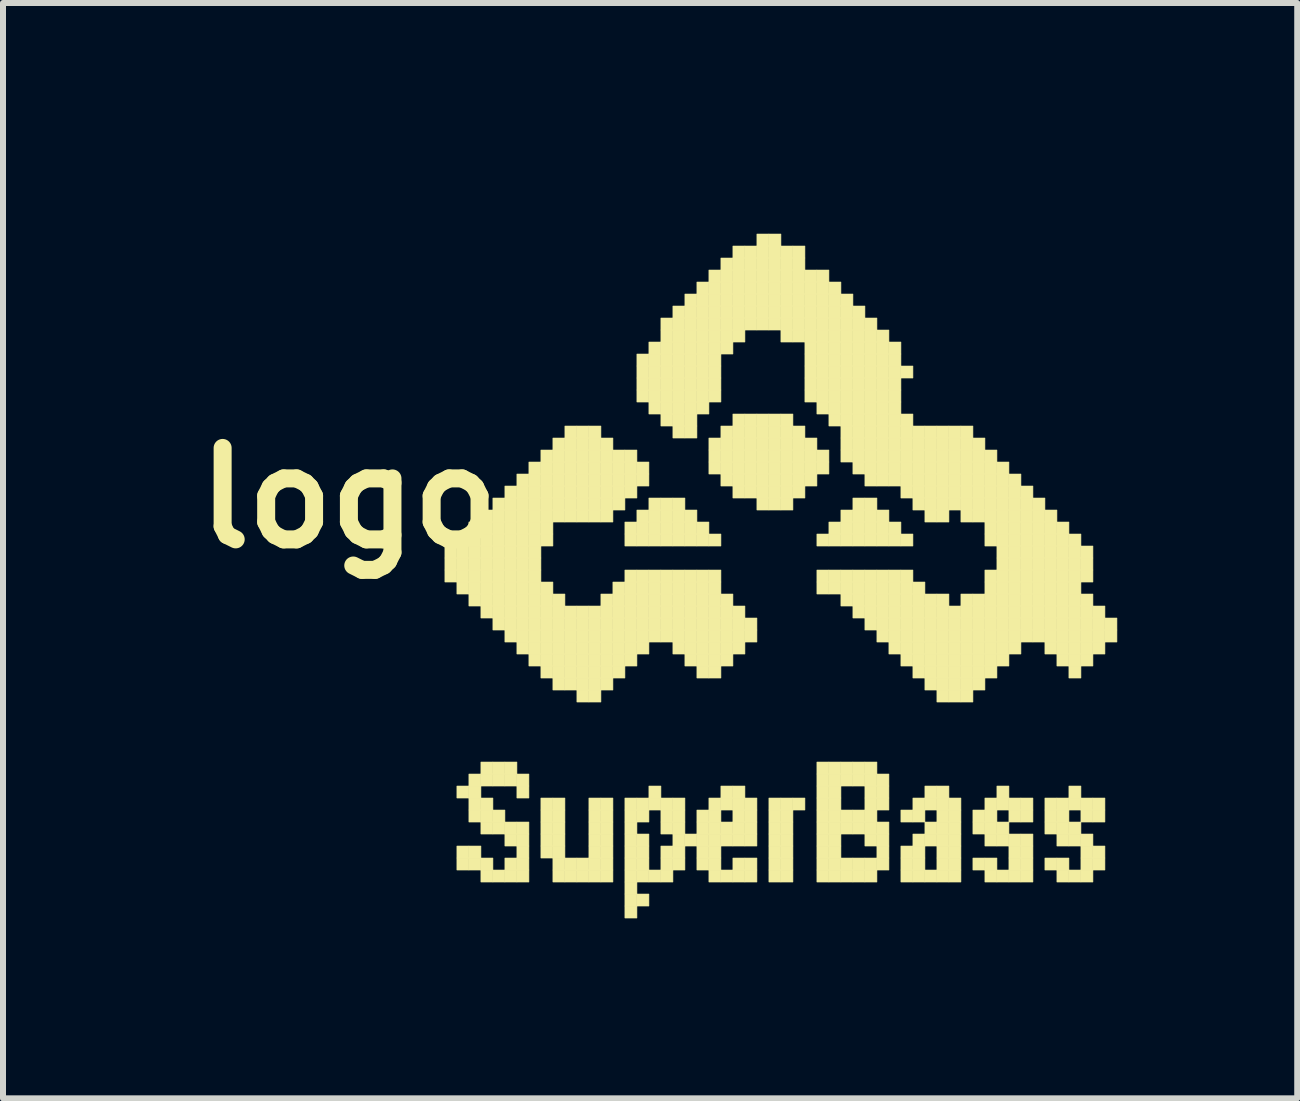
<source format=kicad_pcb>
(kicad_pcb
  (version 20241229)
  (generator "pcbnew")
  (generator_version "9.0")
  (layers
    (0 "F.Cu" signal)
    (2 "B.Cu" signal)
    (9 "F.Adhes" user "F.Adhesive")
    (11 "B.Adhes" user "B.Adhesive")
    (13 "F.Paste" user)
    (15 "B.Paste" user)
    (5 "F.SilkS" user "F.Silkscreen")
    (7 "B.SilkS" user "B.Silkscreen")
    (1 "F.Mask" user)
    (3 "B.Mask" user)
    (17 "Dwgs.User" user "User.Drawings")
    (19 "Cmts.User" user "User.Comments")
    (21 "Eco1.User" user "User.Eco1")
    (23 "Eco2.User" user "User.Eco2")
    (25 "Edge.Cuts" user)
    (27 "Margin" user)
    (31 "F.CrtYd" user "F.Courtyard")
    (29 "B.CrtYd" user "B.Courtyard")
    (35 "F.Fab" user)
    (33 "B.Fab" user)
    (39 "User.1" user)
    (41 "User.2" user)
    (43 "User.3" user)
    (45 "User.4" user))
  (footprint "logo"
    (layer "F.Cu")
    (at 2.765 0.25)
    (property "Reference" "logo" (at 0 5 0) (layer "F.SilkS") (effects (font (size 1.524 1.524) (thickness 0.3))))
    (attr through_hole)
    (fp_poly (pts (xy 1.6 5.8) (xy 1.8 5.8) (xy 1.8 6) (xy 1.6 6) (xy 1.6 5.8)) (stroke (width 0.01) (type solid)) (fill yes) (layer "F.SilkS"))
    (fp_poly (pts (xy 1.6 6) (xy 1.8 6) (xy 1.8 6.2) (xy 1.6 6.2) (xy 1.6 6)) (stroke (width 0.01) (type solid)) (fill yes) (layer "F.SilkS"))
    (fp_poly (pts (xy 1.6 6.2) (xy 1.8 6.2) (xy 1.8 6.4) (xy 1.6 6.4) (xy 1.6 6.2)) (stroke (width 0.01) (type solid)) (fill yes) (layer "F.SilkS"))
    (fp_poly (pts (xy 1.8 5.6) (xy 2 5.6) (xy 2 5.8) (xy 1.8 5.8) (xy 1.8 5.6)) (stroke (width 0.01) (type solid)) (fill yes) (layer "F.SilkS"))
    (fp_poly (pts (xy 1.8 5.8) (xy 2 5.8) (xy 2 6) (xy 1.8 6) (xy 1.8 5.8)) (stroke (width 0.01) (type solid)) (fill yes) (layer "F.SilkS"))
    (fp_poly (pts (xy 1.8 6) (xy 2 6) (xy 2 6.2) (xy 1.8 6.2) (xy 1.8 6)) (stroke (width 0.01) (type solid)) (fill yes) (layer "F.SilkS"))
    (fp_poly (pts (xy 1.8 6.2) (xy 2 6.2) (xy 2 6.4) (xy 1.8 6.4) (xy 1.8 6.2)) (stroke (width 0.01) (type solid)) (fill yes) (layer "F.SilkS"))
    (fp_poly (pts (xy 1.8 6.4) (xy 2 6.4) (xy 2 6.6) (xy 1.8 6.6) (xy 1.8 6.4)) (stroke (width 0.01) (type solid)) (fill yes) (layer "F.SilkS"))
    (fp_poly (pts (xy 1.8 9.8) (xy 2 9.8) (xy 2 10) (xy 1.8 10) (xy 1.8 9.8)) (stroke (width 0.01) (type solid)) (fill yes) (layer "F.SilkS"))
    (fp_poly (pts (xy 1.8 10.8) (xy 2 10.8) (xy 2 11) (xy 1.8 11) (xy 1.8 10.8)) (stroke (width 0.01) (type solid)) (fill yes) (layer "F.SilkS"))
    (fp_poly (pts (xy 1.8 11) (xy 2 11) (xy 2 11.2) (xy 1.8 11.2) (xy 1.8 11)) (stroke (width 0.01) (type solid)) (fill yes) (layer "F.SilkS"))
    (fp_poly (pts (xy 2 5.4) (xy 2.2 5.4) (xy 2.2 5.6) (xy 2 5.6) (xy 2 5.4)) (stroke (width 0.01) (type solid)) (fill yes) (layer "F.SilkS"))
    (fp_poly (pts (xy 2 5.6) (xy 2.2 5.6) (xy 2.2 5.8) (xy 2 5.8) (xy 2 5.6)) (stroke (width 0.01) (type solid)) (fill yes) (layer "F.SilkS"))
    (fp_poly (pts (xy 2 5.8) (xy 2.2 5.8) (xy 2.2 6) (xy 2 6) (xy 2 5.8)) (stroke (width 0.01) (type solid)) (fill yes) (layer "F.SilkS"))
    (fp_poly (pts (xy 2 6) (xy 2.2 6) (xy 2.2 6.2) (xy 2 6.2) (xy 2 6)) (stroke (width 0.01) (type solid)) (fill yes) (layer "F.SilkS"))
    (fp_poly (pts (xy 2 6.2) (xy 2.2 6.2) (xy 2.2 6.4) (xy 2 6.4) (xy 2 6.2)) (stroke (width 0.01) (type solid)) (fill yes) (layer "F.SilkS"))
    (fp_poly (pts (xy 2 6.4) (xy 2.2 6.4) (xy 2.2 6.6) (xy 2 6.6) (xy 2 6.4)) (stroke (width 0.01) (type solid)) (fill yes) (layer "F.SilkS"))
    (fp_poly (pts (xy 2 6.6) (xy 2.2 6.6) (xy 2.2 6.8) (xy 2 6.8) (xy 2 6.6)) (stroke (width 0.01) (type solid)) (fill yes) (layer "F.SilkS"))
    (fp_poly (pts (xy 2 9.6) (xy 2.2 9.6) (xy 2.2 9.8) (xy 2 9.8) (xy 2 9.6)) (stroke (width 0.01) (type solid)) (fill yes) (layer "F.SilkS"))
    (fp_poly (pts (xy 2 9.8) (xy 2.2 9.8) (xy 2.2 10) (xy 2 10) (xy 2 9.8)) (stroke (width 0.01) (type solid)) (fill yes) (layer "F.SilkS"))
    (fp_poly (pts (xy 2 10) (xy 2.2 10) (xy 2.2 10.2) (xy 2 10.2) (xy 2 10)) (stroke (width 0.01) (type solid)) (fill yes) (layer "F.SilkS"))
    (fp_poly (pts (xy 2 10.2) (xy 2.2 10.2) (xy 2.2 10.4) (xy 2 10.4) (xy 2 10.2)) (stroke (width 0.01) (type solid)) (fill yes) (layer "F.SilkS"))
    (fp_poly (pts (xy 2 10.8) (xy 2.2 10.8) (xy 2.2 11) (xy 2 11) (xy 2 10.8)) (stroke (width 0.01) (type solid)) (fill yes) (layer "F.SilkS"))
    (fp_poly (pts (xy 2 11) (xy 2.2 11) (xy 2.2 11.2) (xy 2 11.2) (xy 2 11)) (stroke (width 0.01) (type solid)) (fill yes) (layer "F.SilkS"))
    (fp_poly (pts (xy 2.2 5.2) (xy 2.4 5.2) (xy 2.4 5.4) (xy 2.2 5.4) (xy 2.2 5.2)) (stroke (width 0.01) (type solid)) (fill yes) (layer "F.SilkS"))
    (fp_poly (pts (xy 2.2 5.4) (xy 2.4 5.4) (xy 2.4 5.6) (xy 2.2 5.6) (xy 2.2 5.4)) (stroke (width 0.01) (type solid)) (fill yes) (layer "F.SilkS"))
    (fp_poly (pts (xy 2.2 5.6) (xy 2.4 5.6) (xy 2.4 5.8) (xy 2.2 5.8) (xy 2.2 5.6)) (stroke (width 0.01) (type solid)) (fill yes) (layer "F.SilkS"))
    (fp_poly (pts (xy 2.2 5.8) (xy 2.4 5.8) (xy 2.4 6) (xy 2.2 6) (xy 2.2 5.8)) (stroke (width 0.01) (type solid)) (fill yes) (layer "F.SilkS"))
    (fp_poly (pts (xy 2.2 6) (xy 2.4 6) (xy 2.4 6.2) (xy 2.2 6.2) (xy 2.2 6)) (stroke (width 0.01) (type solid)) (fill yes) (layer "F.SilkS"))
    (fp_poly (pts (xy 2.2 6.2) (xy 2.4 6.2) (xy 2.4 6.4) (xy 2.2 6.4) (xy 2.2 6.2)) (stroke (width 0.01) (type solid)) (fill yes) (layer "F.SilkS"))
    (fp_poly (pts (xy 2.2 6.4) (xy 2.4 6.4) (xy 2.4 6.6) (xy 2.2 6.6) (xy 2.2 6.4)) (stroke (width 0.01) (type solid)) (fill yes) (layer "F.SilkS"))
    (fp_poly (pts (xy 2.2 6.6) (xy 2.4 6.6) (xy 2.4 6.8) (xy 2.2 6.8) (xy 2.2 6.6)) (stroke (width 0.01) (type solid)) (fill yes) (layer "F.SilkS"))
    (fp_poly (pts (xy 2.2 6.8) (xy 2.4 6.8) (xy 2.4 7) (xy 2.2 7) (xy 2.2 6.8)) (stroke (width 0.01) (type solid)) (fill yes) (layer "F.SilkS"))
    (fp_poly (pts (xy 2.2 9.4) (xy 2.4 9.4) (xy 2.4 9.6) (xy 2.2 9.6) (xy 2.2 9.4)) (stroke (width 0.01) (type solid)) (fill yes) (layer "F.SilkS"))
    (fp_poly (pts (xy 2.2 9.6) (xy 2.4 9.6) (xy 2.4 9.8) (xy 2.2 9.8) (xy 2.2 9.6)) (stroke (width 0.01) (type solid)) (fill yes) (layer "F.SilkS"))
    (fp_poly (pts (xy 2.2 10) (xy 2.4 10) (xy 2.4 10.2) (xy 2.2 10.2) (xy 2.2 10)) (stroke (width 0.01) (type solid)) (fill yes) (layer "F.SilkS"))
    (fp_poly (pts (xy 2.2 10.2) (xy 2.4 10.2) (xy 2.4 10.4) (xy 2.2 10.4) (xy 2.2 10.2)) (stroke (width 0.01) (type solid)) (fill yes) (layer "F.SilkS"))
    (fp_poly (pts (xy 2.2 10.4) (xy 2.4 10.4) (xy 2.4 10.6) (xy 2.2 10.6) (xy 2.2 10.4)) (stroke (width 0.01) (type solid)) (fill yes) (layer "F.SilkS"))
    (fp_poly (pts (xy 2.2 11) (xy 2.4 11) (xy 2.4 11.2) (xy 2.2 11.2) (xy 2.2 11)) (stroke (width 0.01) (type solid)) (fill yes) (layer "F.SilkS"))
    (fp_poly (pts (xy 2.2 11.2) (xy 2.4 11.2) (xy 2.4 11.4) (xy 2.2 11.4) (xy 2.2 11.2)) (stroke (width 0.01) (type solid)) (fill yes) (layer "F.SilkS"))
    (fp_poly (pts (xy 2.4 5) (xy 2.6 5) (xy 2.6 5.2) (xy 2.4 5.2) (xy 2.4 5)) (stroke (width 0.01) (type solid)) (fill yes) (layer "F.SilkS"))
    (fp_poly (pts (xy 2.4 5.2) (xy 2.6 5.2) (xy 2.6 5.4) (xy 2.4 5.4) (xy 2.4 5.2)) (stroke (width 0.01) (type solid)) (fill yes) (layer "F.SilkS"))
    (fp_poly (pts (xy 2.4 5.4) (xy 2.6 5.4) (xy 2.6 5.6) (xy 2.4 5.6) (xy 2.4 5.4)) (stroke (width 0.01) (type solid)) (fill yes) (layer "F.SilkS"))
    (fp_poly (pts (xy 2.4 5.6) (xy 2.6 5.6) (xy 2.6 5.8) (xy 2.4 5.8) (xy 2.4 5.6)) (stroke (width 0.01) (type solid)) (fill yes) (layer "F.SilkS"))
    (fp_poly (pts (xy 2.4 5.8) (xy 2.6 5.8) (xy 2.6 6) (xy 2.4 6) (xy 2.4 5.8)) (stroke (width 0.01) (type solid)) (fill yes) (layer "F.SilkS"))
    (fp_poly (pts (xy 2.4 6) (xy 2.6 6) (xy 2.6 6.2) (xy 2.4 6.2) (xy 2.4 6)) (stroke (width 0.01) (type solid)) (fill yes) (layer "F.SilkS"))
    (fp_poly (pts (xy 2.4 6.2) (xy 2.6 6.2) (xy 2.6 6.4) (xy 2.4 6.4) (xy 2.4 6.2)) (stroke (width 0.01) (type solid)) (fill yes) (layer "F.SilkS"))
    (fp_poly (pts (xy 2.4 6.4) (xy 2.6 6.4) (xy 2.6 6.6) (xy 2.4 6.6) (xy 2.4 6.4)) (stroke (width 0.01) (type solid)) (fill yes) (layer "F.SilkS"))
    (fp_poly (pts (xy 2.4 6.6) (xy 2.6 6.6) (xy 2.6 6.8) (xy 2.4 6.8) (xy 2.4 6.6)) (stroke (width 0.01) (type solid)) (fill yes) (layer "F.SilkS"))
    (fp_poly (pts (xy 2.4 6.8) (xy 2.6 6.8) (xy 2.6 7) (xy 2.4 7) (xy 2.4 6.8)) (stroke (width 0.01) (type solid)) (fill yes) (layer "F.SilkS"))
    (fp_poly (pts (xy 2.4 7) (xy 2.6 7) (xy 2.6 7.2) (xy 2.4 7.2) (xy 2.4 7)) (stroke (width 0.01) (type solid)) (fill yes) (layer "F.SilkS"))
    (fp_poly (pts (xy 2.4 9.4) (xy 2.6 9.4) (xy 2.6 9.6) (xy 2.4 9.6) (xy 2.4 9.4)) (stroke (width 0.01) (type solid)) (fill yes) (layer "F.SilkS"))
    (fp_poly (pts (xy 2.4 9.6) (xy 2.6 9.6) (xy 2.6 9.8) (xy 2.4 9.8) (xy 2.4 9.6)) (stroke (width 0.01) (type solid)) (fill yes) (layer "F.SilkS"))
    (fp_poly (pts (xy 2.4 10.2) (xy 2.6 10.2) (xy 2.6 10.4) (xy 2.4 10.4) (xy 2.4 10.2)) (stroke (width 0.01) (type solid)) (fill yes) (layer "F.SilkS"))
    (fp_poly (pts (xy 2.4 10.4) (xy 2.6 10.4) (xy 2.6 10.6) (xy 2.4 10.6) (xy 2.4 10.4)) (stroke (width 0.01) (type solid)) (fill yes) (layer "F.SilkS"))
    (fp_poly (pts (xy 2.4 11.2) (xy 2.6 11.2) (xy 2.6 11.4) (xy 2.4 11.4) (xy 2.4 11.2)) (stroke (width 0.01) (type solid)) (fill yes) (layer "F.SilkS"))
    (fp_poly (pts (xy 2.6 4.8) (xy 2.8 4.8) (xy 2.8 5) (xy 2.6 5) (xy 2.6 4.8)) (stroke (width 0.01) (type solid)) (fill yes) (layer "F.SilkS"))
    (fp_poly (pts (xy 2.6 5) (xy 2.8 5) (xy 2.8 5.2) (xy 2.6 5.2) (xy 2.6 5)) (stroke (width 0.01) (type solid)) (fill yes) (layer "F.SilkS"))
    (fp_poly (pts (xy 2.6 5.2) (xy 2.8 5.2) (xy 2.8 5.4) (xy 2.6 5.4) (xy 2.6 5.2)) (stroke (width 0.01) (type solid)) (fill yes) (layer "F.SilkS"))
    (fp_poly (pts (xy 2.6 5.4) (xy 2.8 5.4) (xy 2.8 5.6) (xy 2.6 5.6) (xy 2.6 5.4)) (stroke (width 0.01) (type solid)) (fill yes) (layer "F.SilkS"))
    (fp_poly (pts (xy 2.6 5.6) (xy 2.8 5.6) (xy 2.8 5.8) (xy 2.6 5.8) (xy 2.6 5.6)) (stroke (width 0.01) (type solid)) (fill yes) (layer "F.SilkS"))
    (fp_poly (pts (xy 2.6 5.8) (xy 2.8 5.8) (xy 2.8 6) (xy 2.6 6) (xy 2.6 5.8)) (stroke (width 0.01) (type solid)) (fill yes) (layer "F.SilkS"))
    (fp_poly (pts (xy 2.6 6) (xy 2.8 6) (xy 2.8 6.2) (xy 2.6 6.2) (xy 2.6 6)) (stroke (width 0.01) (type solid)) (fill yes) (layer "F.SilkS"))
    (fp_poly (pts (xy 2.6 6.2) (xy 2.8 6.2) (xy 2.8 6.4) (xy 2.6 6.4) (xy 2.6 6.2)) (stroke (width 0.01) (type solid)) (fill yes) (layer "F.SilkS"))
    (fp_poly (pts (xy 2.6 6.4) (xy 2.8 6.4) (xy 2.8 6.6) (xy 2.6 6.6) (xy 2.6 6.4)) (stroke (width 0.01) (type solid)) (fill yes) (layer "F.SilkS"))
    (fp_poly (pts (xy 2.6 6.6) (xy 2.8 6.6) (xy 2.8 6.8) (xy 2.6 6.8) (xy 2.6 6.6)) (stroke (width 0.01) (type solid)) (fill yes) (layer "F.SilkS"))
    (fp_poly (pts (xy 2.6 6.8) (xy 2.8 6.8) (xy 2.8 7) (xy 2.6 7) (xy 2.6 6.8)) (stroke (width 0.01) (type solid)) (fill yes) (layer "F.SilkS"))
    (fp_poly (pts (xy 2.6 7) (xy 2.8 7) (xy 2.8 7.2) (xy 2.6 7.2) (xy 2.6 7)) (stroke (width 0.01) (type solid)) (fill yes) (layer "F.SilkS"))
    (fp_poly (pts (xy 2.6 7.2) (xy 2.8 7.2) (xy 2.8 7.4) (xy 2.6 7.4) (xy 2.6 7.2)) (stroke (width 0.01) (type solid)) (fill yes) (layer "F.SilkS"))
    (fp_poly (pts (xy 2.6 9.4) (xy 2.8 9.4) (xy 2.8 9.6) (xy 2.6 9.6) (xy 2.6 9.4)) (stroke (width 0.01) (type solid)) (fill yes) (layer "F.SilkS"))
    (fp_poly (pts (xy 2.6 9.6) (xy 2.8 9.6) (xy 2.8 9.8) (xy 2.6 9.8) (xy 2.6 9.6)) (stroke (width 0.01) (type solid)) (fill yes) (layer "F.SilkS"))
    (fp_poly (pts (xy 2.6 10.4) (xy 2.8 10.4) (xy 2.8 10.6) (xy 2.6 10.6) (xy 2.6 10.4)) (stroke (width 0.01) (type solid)) (fill yes) (layer "F.SilkS"))
    (fp_poly (pts (xy 2.6 10.6) (xy 2.8 10.6) (xy 2.8 10.8) (xy 2.6 10.8) (xy 2.6 10.6)) (stroke (width 0.01) (type solid)) (fill yes) (layer "F.SilkS"))
    (fp_poly (pts (xy 2.6 11) (xy 2.8 11) (xy 2.8 11.2) (xy 2.6 11.2) (xy 2.6 11)) (stroke (width 0.01) (type solid)) (fill yes) (layer "F.SilkS"))
    (fp_poly (pts (xy 2.6 11.2) (xy 2.8 11.2) (xy 2.8 11.4) (xy 2.6 11.4) (xy 2.6 11.2)) (stroke (width 0.01) (type solid)) (fill yes) (layer "F.SilkS"))
    (fp_poly (pts (xy 2.8 4.6) (xy 3 4.6) (xy 3 4.8) (xy 2.8 4.8) (xy 2.8 4.6)) (stroke (width 0.01) (type solid)) (fill yes) (layer "F.SilkS"))
    (fp_poly (pts (xy 2.8 4.8) (xy 3 4.8) (xy 3 5) (xy 2.8 5) (xy 2.8 4.8)) (stroke (width 0.01) (type solid)) (fill yes) (layer "F.SilkS"))
    (fp_poly (pts (xy 2.8 5) (xy 3 5) (xy 3 5.2) (xy 2.8 5.2) (xy 2.8 5)) (stroke (width 0.01) (type solid)) (fill yes) (layer "F.SilkS"))
    (fp_poly (pts (xy 2.8 5.2) (xy 3 5.2) (xy 3 5.4) (xy 2.8 5.4) (xy 2.8 5.2)) (stroke (width 0.01) (type solid)) (fill yes) (layer "F.SilkS"))
    (fp_poly (pts (xy 2.8 5.4) (xy 3 5.4) (xy 3 5.6) (xy 2.8 5.6) (xy 2.8 5.4)) (stroke (width 0.01) (type solid)) (fill yes) (layer "F.SilkS"))
    (fp_poly (pts (xy 2.8 5.6) (xy 3 5.6) (xy 3 5.8) (xy 2.8 5.8) (xy 2.8 5.6)) (stroke (width 0.01) (type solid)) (fill yes) (layer "F.SilkS"))
    (fp_poly (pts (xy 2.8 5.8) (xy 3 5.8) (xy 3 6) (xy 2.8 6) (xy 2.8 5.8)) (stroke (width 0.01) (type solid)) (fill yes) (layer "F.SilkS"))
    (fp_poly (pts (xy 2.8 6) (xy 3 6) (xy 3 6.2) (xy 2.8 6.2) (xy 2.8 6)) (stroke (width 0.01) (type solid)) (fill yes) (layer "F.SilkS"))
    (fp_poly (pts (xy 2.8 6.2) (xy 3 6.2) (xy 3 6.4) (xy 2.8 6.4) (xy 2.8 6.2)) (stroke (width 0.01) (type solid)) (fill yes) (layer "F.SilkS"))
    (fp_poly (pts (xy 2.8 6.4) (xy 3 6.4) (xy 3 6.6) (xy 2.8 6.6) (xy 2.8 6.4)) (stroke (width 0.01) (type solid)) (fill yes) (layer "F.SilkS"))
    (fp_poly (pts (xy 2.8 6.6) (xy 3 6.6) (xy 3 6.8) (xy 2.8 6.8) (xy 2.8 6.6)) (stroke (width 0.01) (type solid)) (fill yes) (layer "F.SilkS"))
    (fp_poly (pts (xy 2.8 6.8) (xy 3 6.8) (xy 3 7) (xy 2.8 7) (xy 2.8 6.8)) (stroke (width 0.01) (type solid)) (fill yes) (layer "F.SilkS"))
    (fp_poly (pts (xy 2.8 7) (xy 3 7) (xy 3 7.2) (xy 2.8 7.2) (xy 2.8 7)) (stroke (width 0.01) (type solid)) (fill yes) (layer "F.SilkS"))
    (fp_poly (pts (xy 2.8 7.2) (xy 3 7.2) (xy 3 7.4) (xy 2.8 7.4) (xy 2.8 7.2)) (stroke (width 0.01) (type solid)) (fill yes) (layer "F.SilkS"))
    (fp_poly (pts (xy 2.8 7.4) (xy 3 7.4) (xy 3 7.6) (xy 2.8 7.6) (xy 2.8 7.4)) (stroke (width 0.01) (type solid)) (fill yes) (layer "F.SilkS"))
    (fp_poly (pts (xy 2.8 9.6) (xy 3 9.6) (xy 3 9.8) (xy 2.8 9.8) (xy 2.8 9.6)) (stroke (width 0.01) (type solid)) (fill yes) (layer "F.SilkS"))
    (fp_poly (pts (xy 2.8 9.8) (xy 3 9.8) (xy 3 10) (xy 2.8 10) (xy 2.8 9.8)) (stroke (width 0.01) (type solid)) (fill yes) (layer "F.SilkS"))
    (fp_poly (pts (xy 2.8 10.4) (xy 3 10.4) (xy 3 10.6) (xy 2.8 10.6) (xy 2.8 10.4)) (stroke (width 0.01) (type solid)) (fill yes) (layer "F.SilkS"))
    (fp_poly (pts (xy 2.8 10.6) (xy 3 10.6) (xy 3 10.8) (xy 2.8 10.8) (xy 2.8 10.6)) (stroke (width 0.01) (type solid)) (fill yes) (layer "F.SilkS"))
    (fp_poly (pts (xy 2.8 10.8) (xy 3 10.8) (xy 3 11) (xy 2.8 11) (xy 2.8 10.8)) (stroke (width 0.01) (type solid)) (fill yes) (layer "F.SilkS"))
    (fp_poly (pts (xy 2.8 11) (xy 3 11) (xy 3 11.2) (xy 2.8 11.2) (xy 2.8 11)) (stroke (width 0.01) (type solid)) (fill yes) (layer "F.SilkS"))
    (fp_poly (pts (xy 2.8 11.2) (xy 3 11.2) (xy 3 11.4) (xy 2.8 11.4) (xy 2.8 11.2)) (stroke (width 0.01) (type solid)) (fill yes) (layer "F.SilkS"))
    (fp_poly (pts (xy 3 4.4) (xy 3.2 4.4) (xy 3.2 4.6) (xy 3 4.6) (xy 3 4.4)) (stroke (width 0.01) (type solid)) (fill yes) (layer "F.SilkS"))
    (fp_poly (pts (xy 3 4.6) (xy 3.2 4.6) (xy 3.2 4.8) (xy 3 4.8) (xy 3 4.6)) (stroke (width 0.01) (type solid)) (fill yes) (layer "F.SilkS"))
    (fp_poly (pts (xy 3 4.8) (xy 3.2 4.8) (xy 3.2 5) (xy 3 5) (xy 3 4.8)) (stroke (width 0.01) (type solid)) (fill yes) (layer "F.SilkS"))
    (fp_poly (pts (xy 3 5) (xy 3.2 5) (xy 3.2 5.2) (xy 3 5.2) (xy 3 5)) (stroke (width 0.01) (type solid)) (fill yes) (layer "F.SilkS"))
    (fp_poly (pts (xy 3 5.2) (xy 3.2 5.2) (xy 3.2 5.4) (xy 3 5.4) (xy 3 5.2)) (stroke (width 0.01) (type solid)) (fill yes) (layer "F.SilkS"))
    (fp_poly (pts (xy 3 5.4) (xy 3.2 5.4) (xy 3.2 5.6) (xy 3 5.6) (xy 3 5.4)) (stroke (width 0.01) (type solid)) (fill yes) (layer "F.SilkS"))
    (fp_poly (pts (xy 3 5.6) (xy 3.2 5.6) (xy 3.2 5.8) (xy 3 5.8) (xy 3 5.6)) (stroke (width 0.01) (type solid)) (fill yes) (layer "F.SilkS"))
    (fp_poly (pts (xy 3 5.8) (xy 3.2 5.8) (xy 3.2 6) (xy 3 6) (xy 3 5.8)) (stroke (width 0.01) (type solid)) (fill yes) (layer "F.SilkS"))
    (fp_poly (pts (xy 3 6) (xy 3.2 6) (xy 3.2 6.2) (xy 3 6.2) (xy 3 6)) (stroke (width 0.01) (type solid)) (fill yes) (layer "F.SilkS"))
    (fp_poly (pts (xy 3 6.2) (xy 3.2 6.2) (xy 3.2 6.4) (xy 3 6.4) (xy 3 6.2)) (stroke (width 0.01) (type solid)) (fill yes) (layer "F.SilkS"))
    (fp_poly (pts (xy 3 6.4) (xy 3.2 6.4) (xy 3.2 6.6) (xy 3 6.6) (xy 3 6.4)) (stroke (width 0.01) (type solid)) (fill yes) (layer "F.SilkS"))
    (fp_poly (pts (xy 3 6.6) (xy 3.2 6.6) (xy 3.2 6.8) (xy 3 6.8) (xy 3 6.6)) (stroke (width 0.01) (type solid)) (fill yes) (layer "F.SilkS"))
    (fp_poly (pts (xy 3 6.8) (xy 3.2 6.8) (xy 3.2 7) (xy 3 7) (xy 3 6.8)) (stroke (width 0.01) (type solid)) (fill yes) (layer "F.SilkS"))
    (fp_poly (pts (xy 3 7) (xy 3.2 7) (xy 3.2 7.2) (xy 3 7.2) (xy 3 7)) (stroke (width 0.01) (type solid)) (fill yes) (layer "F.SilkS"))
    (fp_poly (pts (xy 3 7.2) (xy 3.2 7.2) (xy 3.2 7.4) (xy 3 7.4) (xy 3 7.2)) (stroke (width 0.01) (type solid)) (fill yes) (layer "F.SilkS"))
    (fp_poly (pts (xy 3 7.4) (xy 3.2 7.4) (xy 3.2 7.6) (xy 3 7.6) (xy 3 7.4)) (stroke (width 0.01) (type solid)) (fill yes) (layer "F.SilkS"))
    (fp_poly (pts (xy 3 7.6) (xy 3.2 7.6) (xy 3.2 7.8) (xy 3 7.8) (xy 3 7.6)) (stroke (width 0.01) (type solid)) (fill yes) (layer "F.SilkS"))
    (fp_poly (pts (xy 3.2 4.2) (xy 3.4 4.2) (xy 3.4 4.4) (xy 3.2 4.4) (xy 3.2 4.2)) (stroke (width 0.01) (type solid)) (fill yes) (layer "F.SilkS"))
    (fp_poly (pts (xy 3.2 4.4) (xy 3.4 4.4) (xy 3.4 4.6) (xy 3.2 4.6) (xy 3.2 4.4)) (stroke (width 0.01) (type solid)) (fill yes) (layer "F.SilkS"))
    (fp_poly (pts (xy 3.2 4.6) (xy 3.4 4.6) (xy 3.4 4.8) (xy 3.2 4.8) (xy 3.2 4.6)) (stroke (width 0.01) (type solid)) (fill yes) (layer "F.SilkS"))
    (fp_poly (pts (xy 3.2 4.8) (xy 3.4 4.8) (xy 3.4 5) (xy 3.2 5) (xy 3.2 4.8)) (stroke (width 0.01) (type solid)) (fill yes) (layer "F.SilkS"))
    (fp_poly (pts (xy 3.2 5) (xy 3.4 5) (xy 3.4 5.2) (xy 3.2 5.2) (xy 3.2 5)) (stroke (width 0.01) (type solid)) (fill yes) (layer "F.SilkS"))
    (fp_poly (pts (xy 3.2 5.2) (xy 3.4 5.2) (xy 3.4 5.4) (xy 3.2 5.4) (xy 3.2 5.2)) (stroke (width 0.01) (type solid)) (fill yes) (layer "F.SilkS"))
    (fp_poly (pts (xy 3.2 5.4) (xy 3.4 5.4) (xy 3.4 5.6) (xy 3.2 5.6) (xy 3.2 5.4)) (stroke (width 0.01) (type solid)) (fill yes) (layer "F.SilkS"))
    (fp_poly (pts (xy 3.2 5.6) (xy 3.4 5.6) (xy 3.4 5.8) (xy 3.2 5.8) (xy 3.2 5.6)) (stroke (width 0.01) (type solid)) (fill yes) (layer "F.SilkS"))
    (fp_poly (pts (xy 3.2 6.4) (xy 3.4 6.4) (xy 3.4 6.6) (xy 3.2 6.6) (xy 3.2 6.4)) (stroke (width 0.01) (type solid)) (fill yes) (layer "F.SilkS"))
    (fp_poly (pts (xy 3.2 6.6) (xy 3.4 6.6) (xy 3.4 6.8) (xy 3.2 6.8) (xy 3.2 6.6)) (stroke (width 0.01) (type solid)) (fill yes) (layer "F.SilkS"))
    (fp_poly (pts (xy 3.2 6.8) (xy 3.4 6.8) (xy 3.4 7) (xy 3.2 7) (xy 3.2 6.8)) (stroke (width 0.01) (type solid)) (fill yes) (layer "F.SilkS"))
    (fp_poly (pts (xy 3.2 7) (xy 3.4 7) (xy 3.4 7.2) (xy 3.2 7.2) (xy 3.2 7)) (stroke (width 0.01) (type solid)) (fill yes) (layer "F.SilkS"))
    (fp_poly (pts (xy 3.2 7.2) (xy 3.4 7.2) (xy 3.4 7.4) (xy 3.2 7.4) (xy 3.2 7.2)) (stroke (width 0.01) (type solid)) (fill yes) (layer "F.SilkS"))
    (fp_poly (pts (xy 3.2 7.4) (xy 3.4 7.4) (xy 3.4 7.6) (xy 3.2 7.6) (xy 3.2 7.4)) (stroke (width 0.01) (type solid)) (fill yes) (layer "F.SilkS"))
    (fp_poly (pts (xy 3.2 7.6) (xy 3.4 7.6) (xy 3.4 7.8) (xy 3.2 7.8) (xy 3.2 7.6)) (stroke (width 0.01) (type solid)) (fill yes) (layer "F.SilkS"))
    (fp_poly (pts (xy 3.2 7.8) (xy 3.4 7.8) (xy 3.4 8) (xy 3.2 8) (xy 3.2 7.8)) (stroke (width 0.01) (type solid)) (fill yes) (layer "F.SilkS"))
    (fp_poly (pts (xy 3.2 10) (xy 3.4 10) (xy 3.4 10.2) (xy 3.2 10.2) (xy 3.2 10)) (stroke (width 0.01) (type solid)) (fill yes) (layer "F.SilkS"))
    (fp_poly (pts (xy 3.2 10.2) (xy 3.4 10.2) (xy 3.4 10.4) (xy 3.2 10.4) (xy 3.2 10.2)) (stroke (width 0.01) (type solid)) (fill yes) (layer "F.SilkS"))
    (fp_poly (pts (xy 3.2 10.4) (xy 3.4 10.4) (xy 3.4 10.6) (xy 3.2 10.6) (xy 3.2 10.4)) (stroke (width 0.01) (type solid)) (fill yes) (layer "F.SilkS"))
    (fp_poly (pts (xy 3.2 10.6) (xy 3.4 10.6) (xy 3.4 10.8) (xy 3.2 10.8) (xy 3.2 10.6)) (stroke (width 0.01) (type solid)) (fill yes) (layer "F.SilkS"))
    (fp_poly (pts (xy 3.2 10.8) (xy 3.4 10.8) (xy 3.4 11) (xy 3.2 11) (xy 3.2 10.8)) (stroke (width 0.01) (type solid)) (fill yes) (layer "F.SilkS"))
    (fp_poly (pts (xy 3.4 4) (xy 3.6 4) (xy 3.6 4.2) (xy 3.4 4.2) (xy 3.4 4)) (stroke (width 0.01) (type solid)) (fill yes) (layer "F.SilkS"))
    (fp_poly (pts (xy 3.4 4.2) (xy 3.6 4.2) (xy 3.6 4.4) (xy 3.4 4.4) (xy 3.4 4.2)) (stroke (width 0.01) (type solid)) (fill yes) (layer "F.SilkS"))
    (fp_poly (pts (xy 3.4 4.4) (xy 3.6 4.4) (xy 3.6 4.6) (xy 3.4 4.6) (xy 3.4 4.4)) (stroke (width 0.01) (type solid)) (fill yes) (layer "F.SilkS"))
    (fp_poly (pts (xy 3.4 4.6) (xy 3.6 4.6) (xy 3.6 4.8) (xy 3.4 4.8) (xy 3.4 4.6)) (stroke (width 0.01) (type solid)) (fill yes) (layer "F.SilkS"))
    (fp_poly (pts (xy 3.4 4.8) (xy 3.6 4.8) (xy 3.6 5) (xy 3.4 5) (xy 3.4 4.8)) (stroke (width 0.01) (type solid)) (fill yes) (layer "F.SilkS"))
    (fp_poly (pts (xy 3.4 5) (xy 3.6 5) (xy 3.6 5.2) (xy 3.4 5.2) (xy 3.4 5)) (stroke (width 0.01) (type solid)) (fill yes) (layer "F.SilkS"))
    (fp_poly (pts (xy 3.4 5.2) (xy 3.6 5.2) (xy 3.6 5.4) (xy 3.4 5.4) (xy 3.4 5.2)) (stroke (width 0.01) (type solid)) (fill yes) (layer "F.SilkS"))
    (fp_poly (pts (xy 3.4 6.6) (xy 3.6 6.6) (xy 3.6 6.8) (xy 3.4 6.8) (xy 3.4 6.6)) (stroke (width 0.01) (type solid)) (fill yes) (layer "F.SilkS"))
    (fp_poly (pts (xy 3.4 6.8) (xy 3.6 6.8) (xy 3.6 7) (xy 3.4 7) (xy 3.4 6.8)) (stroke (width 0.01) (type solid)) (fill yes) (layer "F.SilkS"))
    (fp_poly (pts (xy 3.4 7) (xy 3.6 7) (xy 3.6 7.2) (xy 3.4 7.2) (xy 3.4 7)) (stroke (width 0.01) (type solid)) (fill yes) (layer "F.SilkS"))
    (fp_poly (pts (xy 3.4 7.2) (xy 3.6 7.2) (xy 3.6 7.4) (xy 3.4 7.4) (xy 3.4 7.2)) (stroke (width 0.01) (type solid)) (fill yes) (layer "F.SilkS"))
    (fp_poly (pts (xy 3.4 7.4) (xy 3.6 7.4) (xy 3.6 7.6) (xy 3.4 7.6) (xy 3.4 7.4)) (stroke (width 0.01) (type solid)) (fill yes) (layer "F.SilkS"))
    (fp_poly (pts (xy 3.4 7.6) (xy 3.6 7.6) (xy 3.6 7.8) (xy 3.4 7.8) (xy 3.4 7.6)) (stroke (width 0.01) (type solid)) (fill yes) (layer "F.SilkS"))
    (fp_poly (pts (xy 3.4 7.8) (xy 3.6 7.8) (xy 3.6 8) (xy 3.4 8) (xy 3.4 7.8)) (stroke (width 0.01) (type solid)) (fill yes) (layer "F.SilkS"))
    (fp_poly (pts (xy 3.4 8) (xy 3.6 8) (xy 3.6 8.2) (xy 3.4 8.2) (xy 3.4 8)) (stroke (width 0.01) (type solid)) (fill yes) (layer "F.SilkS"))
    (fp_poly (pts (xy 3.4 10) (xy 3.6 10) (xy 3.6 10.2) (xy 3.4 10.2) (xy 3.4 10)) (stroke (width 0.01) (type solid)) (fill yes) (layer "F.SilkS"))
    (fp_poly (pts (xy 3.4 10.2) (xy 3.6 10.2) (xy 3.6 10.4) (xy 3.4 10.4) (xy 3.4 10.2)) (stroke (width 0.01) (type solid)) (fill yes) (layer "F.SilkS"))
    (fp_poly (pts (xy 3.4 10.4) (xy 3.6 10.4) (xy 3.6 10.6) (xy 3.4 10.6) (xy 3.4 10.4)) (stroke (width 0.01) (type solid)) (fill yes) (layer "F.SilkS"))
    (fp_poly (pts (xy 3.4 10.6) (xy 3.6 10.6) (xy 3.6 10.8) (xy 3.4 10.8) (xy 3.4 10.6)) (stroke (width 0.01) (type solid)) (fill yes) (layer "F.SilkS"))
    (fp_poly (pts (xy 3.4 10.8) (xy 3.6 10.8) (xy 3.6 11) (xy 3.4 11) (xy 3.4 10.8)) (stroke (width 0.01) (type solid)) (fill yes) (layer "F.SilkS"))
    (fp_poly (pts (xy 3.4 11) (xy 3.6 11) (xy 3.6 11.2) (xy 3.4 11.2) (xy 3.4 11)) (stroke (width 0.01) (type solid)) (fill yes) (layer "F.SilkS"))
    (fp_poly (pts (xy 3.4 11.2) (xy 3.6 11.2) (xy 3.6 11.4) (xy 3.4 11.4) (xy 3.4 11.2)) (stroke (width 0.01) (type solid)) (fill yes) (layer "F.SilkS"))
    (fp_poly (pts (xy 3.6 3.8) (xy 3.8 3.8) (xy 3.8 4) (xy 3.6 4) (xy 3.6 3.8)) (stroke (width 0.01) (type solid)) (fill yes) (layer "F.SilkS"))
    (fp_poly (pts (xy 3.6 4) (xy 3.8 4) (xy 3.8 4.2) (xy 3.6 4.2) (xy 3.6 4)) (stroke (width 0.01) (type solid)) (fill yes) (layer "F.SilkS"))
    (fp_poly (pts (xy 3.6 4.2) (xy 3.8 4.2) (xy 3.8 4.4) (xy 3.6 4.4) (xy 3.6 4.2)) (stroke (width 0.01) (type solid)) (fill yes) (layer "F.SilkS"))
    (fp_poly (pts (xy 3.6 4.4) (xy 3.8 4.4) (xy 3.8 4.6) (xy 3.6 4.6) (xy 3.6 4.4)) (stroke (width 0.01) (type solid)) (fill yes) (layer "F.SilkS"))
    (fp_poly (pts (xy 3.6 4.6) (xy 3.8 4.6) (xy 3.8 4.8) (xy 3.6 4.8) (xy 3.6 4.6)) (stroke (width 0.01) (type solid)) (fill yes) (layer "F.SilkS"))
    (fp_poly (pts (xy 3.6 4.8) (xy 3.8 4.8) (xy 3.8 5) (xy 3.6 5) (xy 3.6 4.8)) (stroke (width 0.01) (type solid)) (fill yes) (layer "F.SilkS"))
    (fp_poly (pts (xy 3.6 5) (xy 3.8 5) (xy 3.8 5.2) (xy 3.6 5.2) (xy 3.6 5)) (stroke (width 0.01) (type solid)) (fill yes) (layer "F.SilkS"))
    (fp_poly (pts (xy 3.6 5.2) (xy 3.8 5.2) (xy 3.8 5.4) (xy 3.6 5.4) (xy 3.6 5.2)) (stroke (width 0.01) (type solid)) (fill yes) (layer "F.SilkS"))
    (fp_poly (pts (xy 3.6 6.8) (xy 3.8 6.8) (xy 3.8 7) (xy 3.6 7) (xy 3.6 6.8)) (stroke (width 0.01) (type solid)) (fill yes) (layer "F.SilkS"))
    (fp_poly (pts (xy 3.6 7) (xy 3.8 7) (xy 3.8 7.2) (xy 3.6 7.2) (xy 3.6 7)) (stroke (width 0.01) (type solid)) (fill yes) (layer "F.SilkS"))
    (fp_poly (pts (xy 3.6 7.2) (xy 3.8 7.2) (xy 3.8 7.4) (xy 3.6 7.4) (xy 3.6 7.2)) (stroke (width 0.01) (type solid)) (fill yes) (layer "F.SilkS"))
    (fp_poly (pts (xy 3.6 7.4) (xy 3.8 7.4) (xy 3.8 7.6) (xy 3.6 7.6) (xy 3.6 7.4)) (stroke (width 0.01) (type solid)) (fill yes) (layer "F.SilkS"))
    (fp_poly (pts (xy 3.6 7.6) (xy 3.8 7.6) (xy 3.8 7.8) (xy 3.6 7.8) (xy 3.6 7.6)) (stroke (width 0.01) (type solid)) (fill yes) (layer "F.SilkS"))
    (fp_poly (pts (xy 3.6 7.8) (xy 3.8 7.8) (xy 3.8 8) (xy 3.6 8) (xy 3.6 7.8)) (stroke (width 0.01) (type solid)) (fill yes) (layer "F.SilkS"))
    (fp_poly (pts (xy 3.6 8) (xy 3.8 8) (xy 3.8 8.2) (xy 3.6 8.2) (xy 3.6 8)) (stroke (width 0.01) (type solid)) (fill yes) (layer "F.SilkS"))
    (fp_poly (pts (xy 3.6 11) (xy 3.8 11) (xy 3.8 11.2) (xy 3.6 11.2) (xy 3.6 11)) (stroke (width 0.01) (type solid)) (fill yes) (layer "F.SilkS"))
    (fp_poly (pts (xy 3.6 11.2) (xy 3.8 11.2) (xy 3.8 11.4) (xy 3.6 11.4) (xy 3.6 11.2)) (stroke (width 0.01) (type solid)) (fill yes) (layer "F.SilkS"))
    (fp_poly (pts (xy 3.8 3.8) (xy 4 3.8) (xy 4 4) (xy 3.8 4) (xy 3.8 3.8)) (stroke (width 0.01) (type solid)) (fill yes) (layer "F.SilkS"))
    (fp_poly (pts (xy 3.8 4) (xy 4 4) (xy 4 4.2) (xy 3.8 4.2) (xy 3.8 4)) (stroke (width 0.01) (type solid)) (fill yes) (layer "F.SilkS"))
    (fp_poly (pts (xy 3.8 4.2) (xy 4 4.2) (xy 4 4.4) (xy 3.8 4.4) (xy 3.8 4.2)) (stroke (width 0.01) (type solid)) (fill yes) (layer "F.SilkS"))
    (fp_poly (pts (xy 3.8 4.4) (xy 4 4.4) (xy 4 4.6) (xy 3.8 4.6) (xy 3.8 4.4)) (stroke (width 0.01) (type solid)) (fill yes) (layer "F.SilkS"))
    (fp_poly (pts (xy 3.8 4.6) (xy 4 4.6) (xy 4 4.8) (xy 3.8 4.8) (xy 3.8 4.6)) (stroke (width 0.01) (type solid)) (fill yes) (layer "F.SilkS"))
    (fp_poly (pts (xy 3.8 4.8) (xy 4 4.8) (xy 4 5) (xy 3.8 5) (xy 3.8 4.8)) (stroke (width 0.01) (type solid)) (fill yes) (layer "F.SilkS"))
    (fp_poly (pts (xy 3.8 5) (xy 4 5) (xy 4 5.2) (xy 3.8 5.2) (xy 3.8 5)) (stroke (width 0.01) (type solid)) (fill yes) (layer "F.SilkS"))
    (fp_poly (pts (xy 3.8 5.2) (xy 4 5.2) (xy 4 5.4) (xy 3.8 5.4) (xy 3.8 5.2)) (stroke (width 0.01) (type solid)) (fill yes) (layer "F.SilkS"))
    (fp_poly (pts (xy 3.8 6.8) (xy 4 6.8) (xy 4 7) (xy 3.8 7) (xy 3.8 6.8)) (stroke (width 0.01) (type solid)) (fill yes) (layer "F.SilkS"))
    (fp_poly (pts (xy 3.8 7) (xy 4 7) (xy 4 7.2) (xy 3.8 7.2) (xy 3.8 7)) (stroke (width 0.01) (type solid)) (fill yes) (layer "F.SilkS"))
    (fp_poly (pts (xy 3.8 7.2) (xy 4 7.2) (xy 4 7.4) (xy 3.8 7.4) (xy 3.8 7.2)) (stroke (width 0.01) (type solid)) (fill yes) (layer "F.SilkS"))
    (fp_poly (pts (xy 3.8 7.4) (xy 4 7.4) (xy 4 7.6) (xy 3.8 7.6) (xy 3.8 7.4)) (stroke (width 0.01) (type solid)) (fill yes) (layer "F.SilkS"))
    (fp_poly (pts (xy 3.8 7.6) (xy 4 7.6) (xy 4 7.8) (xy 3.8 7.8) (xy 3.8 7.6)) (stroke (width 0.01) (type solid)) (fill yes) (layer "F.SilkS"))
    (fp_poly (pts (xy 3.8 7.8) (xy 4 7.8) (xy 4 8) (xy 3.8 8) (xy 3.8 7.8)) (stroke (width 0.01) (type solid)) (fill yes) (layer "F.SilkS"))
    (fp_poly (pts (xy 3.8 8) (xy 4 8) (xy 4 8.2) (xy 3.8 8.2) (xy 3.8 8)) (stroke (width 0.01) (type solid)) (fill yes) (layer "F.SilkS"))
    (fp_poly (pts (xy 3.8 8.2) (xy 4 8.2) (xy 4 8.4) (xy 3.8 8.4) (xy 3.8 8.2)) (stroke (width 0.01) (type solid)) (fill yes) (layer "F.SilkS"))
    (fp_poly (pts (xy 3.8 11) (xy 4 11) (xy 4 11.2) (xy 3.8 11.2) (xy 3.8 11)) (stroke (width 0.01) (type solid)) (fill yes) (layer "F.SilkS"))
    (fp_poly (pts (xy 3.8 11.2) (xy 4 11.2) (xy 4 11.4) (xy 3.8 11.4) (xy 3.8 11.2)) (stroke (width 0.01) (type solid)) (fill yes) (layer "F.SilkS"))
    (fp_poly (pts (xy 4 3.8) (xy 4.2 3.8) (xy 4.2 4) (xy 4 4) (xy 4 3.8)) (stroke (width 0.01) (type solid)) (fill yes) (layer "F.SilkS"))
    (fp_poly (pts (xy 4 4) (xy 4.2 4) (xy 4.2 4.2) (xy 4 4.2) (xy 4 4)) (stroke (width 0.01) (type solid)) (fill yes) (layer "F.SilkS"))
    (fp_poly (pts (xy 4 4.2) (xy 4.2 4.2) (xy 4.2 4.4) (xy 4 4.4) (xy 4 4.2)) (stroke (width 0.01) (type solid)) (fill yes) (layer "F.SilkS"))
    (fp_poly (pts (xy 4 4.4) (xy 4.2 4.4) (xy 4.2 4.6) (xy 4 4.6) (xy 4 4.4)) (stroke (width 0.01) (type solid)) (fill yes) (layer "F.SilkS"))
    (fp_poly (pts (xy 4 4.6) (xy 4.2 4.6) (xy 4.2 4.8) (xy 4 4.8) (xy 4 4.6)) (stroke (width 0.01) (type solid)) (fill yes) (layer "F.SilkS"))
    (fp_poly (pts (xy 4 4.8) (xy 4.2 4.8) (xy 4.2 5) (xy 4 5) (xy 4 4.8)) (stroke (width 0.01) (type solid)) (fill yes) (layer "F.SilkS"))
    (fp_poly (pts (xy 4 5) (xy 4.2 5) (xy 4.2 5.2) (xy 4 5.2) (xy 4 5)) (stroke (width 0.01) (type solid)) (fill yes) (layer "F.SilkS"))
    (fp_poly (pts (xy 4 5.2) (xy 4.2 5.2) (xy 4.2 5.4) (xy 4 5.4) (xy 4 5.2)) (stroke (width 0.01) (type solid)) (fill yes) (layer "F.SilkS"))
    (fp_poly (pts (xy 4 6.8) (xy 4.2 6.8) (xy 4.2 7) (xy 4 7) (xy 4 6.8)) (stroke (width 0.01) (type solid)) (fill yes) (layer "F.SilkS"))
    (fp_poly (pts (xy 4 7) (xy 4.2 7) (xy 4.2 7.2) (xy 4 7.2) (xy 4 7)) (stroke (width 0.01) (type solid)) (fill yes) (layer "F.SilkS"))
    (fp_poly (pts (xy 4 7.2) (xy 4.2 7.2) (xy 4.2 7.4) (xy 4 7.4) (xy 4 7.2)) (stroke (width 0.01) (type solid)) (fill yes) (layer "F.SilkS"))
    (fp_poly (pts (xy 4 7.4) (xy 4.2 7.4) (xy 4.2 7.6) (xy 4 7.6) (xy 4 7.4)) (stroke (width 0.01) (type solid)) (fill yes) (layer "F.SilkS"))
    (fp_poly (pts (xy 4 7.6) (xy 4.2 7.6) (xy 4.2 7.8) (xy 4 7.8) (xy 4 7.6)) (stroke (width 0.01) (type solid)) (fill yes) (layer "F.SilkS"))
    (fp_poly (pts (xy 4 7.8) (xy 4.2 7.8) (xy 4.2 8) (xy 4 8) (xy 4 7.8)) (stroke (width 0.01) (type solid)) (fill yes) (layer "F.SilkS"))
    (fp_poly (pts (xy 4 8) (xy 4.2 8) (xy 4.2 8.2) (xy 4 8.2) (xy 4 8)) (stroke (width 0.01) (type solid)) (fill yes) (layer "F.SilkS"))
    (fp_poly (pts (xy 4 8.2) (xy 4.2 8.2) (xy 4.2 8.4) (xy 4 8.4) (xy 4 8.2)) (stroke (width 0.01) (type solid)) (fill yes) (layer "F.SilkS"))
    (fp_poly (pts (xy 4 10) (xy 4.2 10) (xy 4.2 10.2) (xy 4 10.2) (xy 4 10)) (stroke (width 0.01) (type solid)) (fill yes) (layer "F.SilkS"))
    (fp_poly (pts (xy 4 10.2) (xy 4.2 10.2) (xy 4.2 10.4) (xy 4 10.4) (xy 4 10.2)) (stroke (width 0.01) (type solid)) (fill yes) (layer "F.SilkS"))
    (fp_poly (pts (xy 4 10.4) (xy 4.2 10.4) (xy 4.2 10.6) (xy 4 10.6) (xy 4 10.4)) (stroke (width 0.01) (type solid)) (fill yes) (layer "F.SilkS"))
    (fp_poly (pts (xy 4 10.6) (xy 4.2 10.6) (xy 4.2 10.8) (xy 4 10.8) (xy 4 10.6)) (stroke (width 0.01) (type solid)) (fill yes) (layer "F.SilkS"))
    (fp_poly (pts (xy 4 10.8) (xy 4.2 10.8) (xy 4.2 11) (xy 4 11) (xy 4 10.8)) (stroke (width 0.01) (type solid)) (fill yes) (layer "F.SilkS"))
    (fp_poly (pts (xy 4 11) (xy 4.2 11) (xy 4.2 11.2) (xy 4 11.2) (xy 4 11)) (stroke (width 0.01) (type solid)) (fill yes) (layer "F.SilkS"))
    (fp_poly (pts (xy 4 11.2) (xy 4.2 11.2) (xy 4.2 11.4) (xy 4 11.4) (xy 4 11.2)) (stroke (width 0.01) (type solid)) (fill yes) (layer "F.SilkS"))
    (fp_poly (pts (xy 4.2 4) (xy 4.4 4) (xy 4.4 4.2) (xy 4.2 4.2) (xy 4.2 4)) (stroke (width 0.01) (type solid)) (fill yes) (layer "F.SilkS"))
    (fp_poly (pts (xy 4.2 4.2) (xy 4.4 4.2) (xy 4.4 4.4) (xy 4.2 4.4) (xy 4.2 4.2)) (stroke (width 0.01) (type solid)) (fill yes) (layer "F.SilkS"))
    (fp_poly (pts (xy 4.2 4.4) (xy 4.4 4.4) (xy 4.4 4.6) (xy 4.2 4.6) (xy 4.2 4.4)) (stroke (width 0.01) (type solid)) (fill yes) (layer "F.SilkS"))
    (fp_poly (pts (xy 4.2 4.6) (xy 4.4 4.6) (xy 4.4 4.8) (xy 4.2 4.8) (xy 4.2 4.6)) (stroke (width 0.01) (type solid)) (fill yes) (layer "F.SilkS"))
    (fp_poly (pts (xy 4.2 4.8) (xy 4.4 4.8) (xy 4.4 5) (xy 4.2 5) (xy 4.2 4.8)) (stroke (width 0.01) (type solid)) (fill yes) (layer "F.SilkS"))
    (fp_poly (pts (xy 4.2 5) (xy 4.4 5) (xy 4.4 5.2) (xy 4.2 5.2) (xy 4.2 5)) (stroke (width 0.01) (type solid)) (fill yes) (layer "F.SilkS"))
    (fp_poly (pts (xy 4.2 5.2) (xy 4.4 5.2) (xy 4.4 5.4) (xy 4.2 5.4) (xy 4.2 5.2)) (stroke (width 0.01) (type solid)) (fill yes) (layer "F.SilkS"))
    (fp_poly (pts (xy 4.2 6.6) (xy 4.4 6.6) (xy 4.4 6.8) (xy 4.2 6.8) (xy 4.2 6.6)) (stroke (width 0.01) (type solid)) (fill yes) (layer "F.SilkS"))
    (fp_poly (pts (xy 4.2 6.8) (xy 4.4 6.8) (xy 4.4 7) (xy 4.2 7) (xy 4.2 6.8)) (stroke (width 0.01) (type solid)) (fill yes) (layer "F.SilkS"))
    (fp_poly (pts (xy 4.2 7) (xy 4.4 7) (xy 4.4 7.2) (xy 4.2 7.2) (xy 4.2 7)) (stroke (width 0.01) (type solid)) (fill yes) (layer "F.SilkS"))
    (fp_poly (pts (xy 4.2 7.2) (xy 4.4 7.2) (xy 4.4 7.4) (xy 4.2 7.4) (xy 4.2 7.2)) (stroke (width 0.01) (type solid)) (fill yes) (layer "F.SilkS"))
    (fp_poly (pts (xy 4.2 7.4) (xy 4.4 7.4) (xy 4.4 7.6) (xy 4.2 7.6) (xy 4.2 7.4)) (stroke (width 0.01) (type solid)) (fill yes) (layer "F.SilkS"))
    (fp_poly (pts (xy 4.2 7.6) (xy 4.4 7.6) (xy 4.4 7.8) (xy 4.2 7.8) (xy 4.2 7.6)) (stroke (width 0.01) (type solid)) (fill yes) (layer "F.SilkS"))
    (fp_poly (pts (xy 4.2 7.8) (xy 4.4 7.8) (xy 4.4 8) (xy 4.2 8) (xy 4.2 7.8)) (stroke (width 0.01) (type solid)) (fill yes) (layer "F.SilkS"))
    (fp_poly (pts (xy 4.2 8) (xy 4.4 8) (xy 4.4 8.2) (xy 4.2 8.2) (xy 4.2 8)) (stroke (width 0.01) (type solid)) (fill yes) (layer "F.SilkS"))
    (fp_poly (pts (xy 4.2 10) (xy 4.4 10) (xy 4.4 10.2) (xy 4.2 10.2) (xy 4.2 10)) (stroke (width 0.01) (type solid)) (fill yes) (layer "F.SilkS"))
    (fp_poly (pts (xy 4.2 10.2) (xy 4.4 10.2) (xy 4.4 10.4) (xy 4.2 10.4) (xy 4.2 10.2)) (stroke (width 0.01) (type solid)) (fill yes) (layer "F.SilkS"))
    (fp_poly (pts (xy 4.2 10.4) (xy 4.4 10.4) (xy 4.4 10.6) (xy 4.2 10.6) (xy 4.2 10.4)) (stroke (width 0.01) (type solid)) (fill yes) (layer "F.SilkS"))
    (fp_poly (pts (xy 4.2 10.6) (xy 4.4 10.6) (xy 4.4 10.8) (xy 4.2 10.8) (xy 4.2 10.6)) (stroke (width 0.01) (type solid)) (fill yes) (layer "F.SilkS"))
    (fp_poly (pts (xy 4.2 10.8) (xy 4.4 10.8) (xy 4.4 11) (xy 4.2 11) (xy 4.2 10.8)) (stroke (width 0.01) (type solid)) (fill yes) (layer "F.SilkS"))
    (fp_poly (pts (xy 4.2 11) (xy 4.4 11) (xy 4.4 11.2) (xy 4.2 11.2) (xy 4.2 11)) (stroke (width 0.01) (type solid)) (fill yes) (layer "F.SilkS"))
    (fp_poly (pts (xy 4.2 11.2) (xy 4.4 11.2) (xy 4.4 11.4) (xy 4.2 11.4) (xy 4.2 11.2)) (stroke (width 0.01) (type solid)) (fill yes) (layer "F.SilkS"))
    (fp_poly (pts (xy 4.4 4.2) (xy 4.6 4.2) (xy 4.6 4.4) (xy 4.4 4.4) (xy 4.4 4.2)) (stroke (width 0.01) (type solid)) (fill yes) (layer "F.SilkS"))
    (fp_poly (pts (xy 4.4 4.4) (xy 4.6 4.4) (xy 4.6 4.6) (xy 4.4 4.6) (xy 4.4 4.4)) (stroke (width 0.01) (type solid)) (fill yes) (layer "F.SilkS"))
    (fp_poly (pts (xy 4.4 4.6) (xy 4.6 4.6) (xy 4.6 4.8) (xy 4.4 4.8) (xy 4.4 4.6)) (stroke (width 0.01) (type solid)) (fill yes) (layer "F.SilkS"))
    (fp_poly (pts (xy 4.4 4.8) (xy 4.6 4.8) (xy 4.6 5) (xy 4.4 5) (xy 4.4 4.8)) (stroke (width 0.01) (type solid)) (fill yes) (layer "F.SilkS"))
    (fp_poly (pts (xy 4.4 5) (xy 4.6 5) (xy 4.6 5.2) (xy 4.4 5.2) (xy 4.4 5)) (stroke (width 0.01) (type solid)) (fill yes) (layer "F.SilkS"))
    (fp_poly (pts (xy 4.4 6.4) (xy 4.6 6.4) (xy 4.6 6.6) (xy 4.4 6.6) (xy 4.4 6.4)) (stroke (width 0.01) (type solid)) (fill yes) (layer "F.SilkS"))
    (fp_poly (pts (xy 4.4 6.6) (xy 4.6 6.6) (xy 4.6 6.8) (xy 4.4 6.8) (xy 4.4 6.6)) (stroke (width 0.01) (type solid)) (fill yes) (layer "F.SilkS"))
    (fp_poly (pts (xy 4.4 6.8) (xy 4.6 6.8) (xy 4.6 7) (xy 4.4 7) (xy 4.4 6.8)) (stroke (width 0.01) (type solid)) (fill yes) (layer "F.SilkS"))
    (fp_poly (pts (xy 4.4 7) (xy 4.6 7) (xy 4.6 7.2) (xy 4.4 7.2) (xy 4.4 7)) (stroke (width 0.01) (type solid)) (fill yes) (layer "F.SilkS"))
    (fp_poly (pts (xy 4.4 7.2) (xy 4.6 7.2) (xy 4.6 7.4) (xy 4.4 7.4) (xy 4.4 7.2)) (stroke (width 0.01) (type solid)) (fill yes) (layer "F.SilkS"))
    (fp_poly (pts (xy 4.4 7.4) (xy 4.6 7.4) (xy 4.6 7.6) (xy 4.4 7.6) (xy 4.4 7.4)) (stroke (width 0.01) (type solid)) (fill yes) (layer "F.SilkS"))
    (fp_poly (pts (xy 4.4 7.6) (xy 4.6 7.6) (xy 4.6 7.8) (xy 4.4 7.8) (xy 4.4 7.6)) (stroke (width 0.01) (type solid)) (fill yes) (layer "F.SilkS"))
    (fp_poly (pts (xy 4.4 7.8) (xy 4.6 7.8) (xy 4.6 8) (xy 4.4 8) (xy 4.4 7.8)) (stroke (width 0.01) (type solid)) (fill yes) (layer "F.SilkS"))
    (fp_poly (pts (xy 4.6 4.2) (xy 4.8 4.2) (xy 4.8 4.4) (xy 4.6 4.4) (xy 4.6 4.2)) (stroke (width 0.01) (type solid)) (fill yes) (layer "F.SilkS"))
    (fp_poly (pts (xy 4.6 4.4) (xy 4.8 4.4) (xy 4.8 4.6) (xy 4.6 4.6) (xy 4.6 4.4)) (stroke (width 0.01) (type solid)) (fill yes) (layer "F.SilkS"))
    (fp_poly (pts (xy 4.6 4.6) (xy 4.8 4.6) (xy 4.8 4.8) (xy 4.6 4.8) (xy 4.6 4.6)) (stroke (width 0.01) (type solid)) (fill yes) (layer "F.SilkS"))
    (fp_poly (pts (xy 4.6 4.8) (xy 4.8 4.8) (xy 4.8 5) (xy 4.6 5) (xy 4.6 4.8)) (stroke (width 0.01) (type solid)) (fill yes) (layer "F.SilkS"))
    (fp_poly (pts (xy 4.6 5.4) (xy 4.8 5.4) (xy 4.8 5.6) (xy 4.6 5.6) (xy 4.6 5.4)) (stroke (width 0.01) (type solid)) (fill yes) (layer "F.SilkS"))
    (fp_poly (pts (xy 4.6 5.6) (xy 4.8 5.6) (xy 4.8 5.8) (xy 4.6 5.8) (xy 4.6 5.6)) (stroke (width 0.01) (type solid)) (fill yes) (layer "F.SilkS"))
    (fp_poly (pts (xy 4.6 6.2) (xy 4.8 6.2) (xy 4.8 6.4) (xy 4.6 6.4) (xy 4.6 6.2)) (stroke (width 0.01) (type solid)) (fill yes) (layer "F.SilkS"))
    (fp_poly (pts (xy 4.6 6.4) (xy 4.8 6.4) (xy 4.8 6.6) (xy 4.6 6.6) (xy 4.6 6.4)) (stroke (width 0.01) (type solid)) (fill yes) (layer "F.SilkS"))
    (fp_poly (pts (xy 4.6 6.6) (xy 4.8 6.6) (xy 4.8 6.8) (xy 4.6 6.8) (xy 4.6 6.6)) (stroke (width 0.01) (type solid)) (fill yes) (layer "F.SilkS"))
    (fp_poly (pts (xy 4.6 6.8) (xy 4.8 6.8) (xy 4.8 7) (xy 4.6 7) (xy 4.6 6.8)) (stroke (width 0.01) (type solid)) (fill yes) (layer "F.SilkS"))
    (fp_poly (pts (xy 4.6 7) (xy 4.8 7) (xy 4.8 7.2) (xy 4.6 7.2) (xy 4.6 7)) (stroke (width 0.01) (type solid)) (fill yes) (layer "F.SilkS"))
    (fp_poly (pts (xy 4.6 7.2) (xy 4.8 7.2) (xy 4.8 7.4) (xy 4.6 7.4) (xy 4.6 7.2)) (stroke (width 0.01) (type solid)) (fill yes) (layer "F.SilkS"))
    (fp_poly (pts (xy 4.6 7.4) (xy 4.8 7.4) (xy 4.8 7.6) (xy 4.6 7.6) (xy 4.6 7.4)) (stroke (width 0.01) (type solid)) (fill yes) (layer "F.SilkS"))
    (fp_poly (pts (xy 4.6 7.6) (xy 4.8 7.6) (xy 4.8 7.8) (xy 4.6 7.8) (xy 4.6 7.6)) (stroke (width 0.01) (type solid)) (fill yes) (layer "F.SilkS"))
    (fp_poly (pts (xy 4.6 10) (xy 4.8 10) (xy 4.8 10.2) (xy 4.6 10.2) (xy 4.6 10)) (stroke (width 0.01) (type solid)) (fill yes) (layer "F.SilkS"))
    (fp_poly (pts (xy 4.6 10.2) (xy 4.8 10.2) (xy 4.8 10.4) (xy 4.6 10.4) (xy 4.6 10.2)) (stroke (width 0.01) (type solid)) (fill yes) (layer "F.SilkS"))
    (fp_poly (pts (xy 4.6 10.4) (xy 4.8 10.4) (xy 4.8 10.6) (xy 4.6 10.6) (xy 4.6 10.4)) (stroke (width 0.01) (type solid)) (fill yes) (layer "F.SilkS"))
    (fp_poly (pts (xy 4.6 10.6) (xy 4.8 10.6) (xy 4.8 10.8) (xy 4.6 10.8) (xy 4.6 10.6)) (stroke (width 0.01) (type solid)) (fill yes) (layer "F.SilkS"))
    (fp_poly (pts (xy 4.6 10.8) (xy 4.8 10.8) (xy 4.8 11) (xy 4.6 11) (xy 4.6 10.8)) (stroke (width 0.01) (type solid)) (fill yes) (layer "F.SilkS"))
    (fp_poly (pts (xy 4.6 11) (xy 4.8 11) (xy 4.8 11.2) (xy 4.6 11.2) (xy 4.6 11)) (stroke (width 0.01) (type solid)) (fill yes) (layer "F.SilkS"))
    (fp_poly (pts (xy 4.6 11.2) (xy 4.8 11.2) (xy 4.8 11.4) (xy 4.6 11.4) (xy 4.6 11.2)) (stroke (width 0.01) (type solid)) (fill yes) (layer "F.SilkS"))
    (fp_poly (pts (xy 4.6 11.4) (xy 4.8 11.4) (xy 4.8 11.6) (xy 4.6 11.6) (xy 4.6 11.4)) (stroke (width 0.01) (type solid)) (fill yes) (layer "F.SilkS"))
    (fp_poly (pts (xy 4.6 11.6) (xy 4.8 11.6) (xy 4.8 11.8) (xy 4.6 11.8) (xy 4.6 11.6)) (stroke (width 0.01) (type solid)) (fill yes) (layer "F.SilkS"))
    (fp_poly (pts (xy 4.6 11.8) (xy 4.8 11.8) (xy 4.8 12) (xy 4.6 12) (xy 4.6 11.8)) (stroke (width 0.01) (type solid)) (fill yes) (layer "F.SilkS"))
    (fp_poly (pts (xy 4.8 2.6) (xy 5 2.6) (xy 5 2.8) (xy 4.8 2.8) (xy 4.8 2.6)) (stroke (width 0.01) (type solid)) (fill yes) (layer "F.SilkS"))
    (fp_poly (pts (xy 4.8 2.8) (xy 5 2.8) (xy 5 3) (xy 4.8 3) (xy 4.8 2.8)) (stroke (width 0.01) (type solid)) (fill yes) (layer "F.SilkS"))
    (fp_poly (pts (xy 4.8 3) (xy 5 3) (xy 5 3.2) (xy 4.8 3.2) (xy 4.8 3)) (stroke (width 0.01) (type solid)) (fill yes) (layer "F.SilkS"))
    (fp_poly (pts (xy 4.8 3.2) (xy 5 3.2) (xy 5 3.4) (xy 4.8 3.4) (xy 4.8 3.2)) (stroke (width 0.01) (type solid)) (fill yes) (layer "F.SilkS"))
    (fp_poly (pts (xy 4.8 4.4) (xy 5 4.4) (xy 5 4.6) (xy 4.8 4.6) (xy 4.8 4.4)) (stroke (width 0.01) (type solid)) (fill yes) (layer "F.SilkS"))
    (fp_poly (pts (xy 4.8 4.6) (xy 5 4.6) (xy 5 4.8) (xy 4.8 4.8) (xy 4.8 4.6)) (stroke (width 0.01) (type solid)) (fill yes) (layer "F.SilkS"))
    (fp_poly (pts (xy 4.8 5.2) (xy 5 5.2) (xy 5 5.4) (xy 4.8 5.4) (xy 4.8 5.2)) (stroke (width 0.01) (type solid)) (fill yes) (layer "F.SilkS"))
    (fp_poly (pts (xy 4.8 5.4) (xy 5 5.4) (xy 5 5.6) (xy 4.8 5.6) (xy 4.8 5.4)) (stroke (width 0.01) (type solid)) (fill yes) (layer "F.SilkS"))
    (fp_poly (pts (xy 4.8 5.6) (xy 5 5.6) (xy 5 5.8) (xy 4.8 5.8) (xy 4.8 5.6)) (stroke (width 0.01) (type solid)) (fill yes) (layer "F.SilkS"))
    (fp_poly (pts (xy 4.8 6.2) (xy 5 6.2) (xy 5 6.4) (xy 4.8 6.4) (xy 4.8 6.2)) (stroke (width 0.01) (type solid)) (fill yes) (layer "F.SilkS"))
    (fp_poly (pts (xy 4.8 6.4) (xy 5 6.4) (xy 5 6.6) (xy 4.8 6.6) (xy 4.8 6.4)) (stroke (width 0.01) (type solid)) (fill yes) (layer "F.SilkS"))
    (fp_poly (pts (xy 4.8 6.6) (xy 5 6.6) (xy 5 6.8) (xy 4.8 6.8) (xy 4.8 6.6)) (stroke (width 0.01) (type solid)) (fill yes) (layer "F.SilkS"))
    (fp_poly (pts (xy 4.8 6.8) (xy 5 6.8) (xy 5 7) (xy 4.8 7) (xy 4.8 6.8)) (stroke (width 0.01) (type solid)) (fill yes) (layer "F.SilkS"))
    (fp_poly (pts (xy 4.8 7) (xy 5 7) (xy 5 7.2) (xy 4.8 7.2) (xy 4.8 7)) (stroke (width 0.01) (type solid)) (fill yes) (layer "F.SilkS"))
    (fp_poly (pts (xy 4.8 7.2) (xy 5 7.2) (xy 5 7.4) (xy 4.8 7.4) (xy 4.8 7.2)) (stroke (width 0.01) (type solid)) (fill yes) (layer "F.SilkS"))
    (fp_poly (pts (xy 4.8 7.4) (xy 5 7.4) (xy 5 7.6) (xy 4.8 7.6) (xy 4.8 7.4)) (stroke (width 0.01) (type solid)) (fill yes) (layer "F.SilkS"))
    (fp_poly (pts (xy 4.8 10) (xy 5 10) (xy 5 10.2) (xy 4.8 10.2) (xy 4.8 10)) (stroke (width 0.01) (type solid)) (fill yes) (layer "F.SilkS"))
    (fp_poly (pts (xy 4.8 10.2) (xy 5 10.2) (xy 5 10.4) (xy 4.8 10.4) (xy 4.8 10.2)) (stroke (width 0.01) (type solid)) (fill yes) (layer "F.SilkS"))
    (fp_poly (pts (xy 4.8 10.6) (xy 5 10.6) (xy 5 10.8) (xy 4.8 10.8) (xy 4.8 10.6)) (stroke (width 0.01) (type solid)) (fill yes) (layer "F.SilkS"))
    (fp_poly (pts (xy 4.8 10.8) (xy 5 10.8) (xy 5 11) (xy 4.8 11) (xy 4.8 10.8)) (stroke (width 0.01) (type solid)) (fill yes) (layer "F.SilkS"))
    (fp_poly (pts (xy 4.8 11) (xy 5 11) (xy 5 11.2) (xy 4.8 11.2) (xy 4.8 11)) (stroke (width 0.01) (type solid)) (fill yes) (layer "F.SilkS"))
    (fp_poly (pts (xy 4.8 11.2) (xy 5 11.2) (xy 5 11.4) (xy 4.8 11.4) (xy 4.8 11.2)) (stroke (width 0.01) (type solid)) (fill yes) (layer "F.SilkS"))
    (fp_poly (pts (xy 4.8 11.6) (xy 5 11.6) (xy 5 11.8) (xy 4.8 11.8) (xy 4.8 11.6)) (stroke (width 0.01) (type solid)) (fill yes) (layer "F.SilkS"))
    (fp_poly (pts (xy 5 2.4) (xy 5.2 2.4) (xy 5.2 2.6) (xy 5 2.6) (xy 5 2.4)) (stroke (width 0.01) (type solid)) (fill yes) (layer "F.SilkS"))
    (fp_poly (pts (xy 5 2.6) (xy 5.2 2.6) (xy 5.2 2.8) (xy 5 2.8) (xy 5 2.6)) (stroke (width 0.01) (type solid)) (fill yes) (layer "F.SilkS"))
    (fp_poly (pts (xy 5 2.8) (xy 5.2 2.8) (xy 5.2 3) (xy 5 3) (xy 5 2.8)) (stroke (width 0.01) (type solid)) (fill yes) (layer "F.SilkS"))
    (fp_poly (pts (xy 5 3) (xy 5.2 3) (xy 5.2 3.2) (xy 5 3.2) (xy 5 3)) (stroke (width 0.01) (type solid)) (fill yes) (layer "F.SilkS"))
    (fp_poly (pts (xy 5 3.2) (xy 5.2 3.2) (xy 5.2 3.4) (xy 5 3.4) (xy 5 3.2)) (stroke (width 0.01) (type solid)) (fill yes) (layer "F.SilkS"))
    (fp_poly (pts (xy 5 3.4) (xy 5.2 3.4) (xy 5.2 3.6) (xy 5 3.6) (xy 5 3.4)) (stroke (width 0.01) (type solid)) (fill yes) (layer "F.SilkS"))
    (fp_poly (pts (xy 5 5) (xy 5.2 5) (xy 5.2 5.2) (xy 5 5.2) (xy 5 5)) (stroke (width 0.01) (type solid)) (fill yes) (layer "F.SilkS"))
    (fp_poly (pts (xy 5 5.2) (xy 5.2 5.2) (xy 5.2 5.4) (xy 5 5.4) (xy 5 5.2)) (stroke (width 0.01) (type solid)) (fill yes) (layer "F.SilkS"))
    (fp_poly (pts (xy 5 5.4) (xy 5.2 5.4) (xy 5.2 5.6) (xy 5 5.6) (xy 5 5.4)) (stroke (width 0.01) (type solid)) (fill yes) (layer "F.SilkS"))
    (fp_poly (pts (xy 5 5.6) (xy 5.2 5.6) (xy 5.2 5.8) (xy 5 5.8) (xy 5 5.6)) (stroke (width 0.01) (type solid)) (fill yes) (layer "F.SilkS"))
    (fp_poly (pts (xy 5 6.2) (xy 5.2 6.2) (xy 5.2 6.4) (xy 5 6.4) (xy 5 6.2)) (stroke (width 0.01) (type solid)) (fill yes) (layer "F.SilkS"))
    (fp_poly (pts (xy 5 6.4) (xy 5.2 6.4) (xy 5.2 6.6) (xy 5 6.6) (xy 5 6.4)) (stroke (width 0.01) (type solid)) (fill yes) (layer "F.SilkS"))
    (fp_poly (pts (xy 5 6.6) (xy 5.2 6.6) (xy 5.2 6.8) (xy 5 6.8) (xy 5 6.6)) (stroke (width 0.01) (type solid)) (fill yes) (layer "F.SilkS"))
    (fp_poly (pts (xy 5 6.8) (xy 5.2 6.8) (xy 5.2 7) (xy 5 7) (xy 5 6.8)) (stroke (width 0.01) (type solid)) (fill yes) (layer "F.SilkS"))
    (fp_poly (pts (xy 5 7) (xy 5.2 7) (xy 5.2 7.2) (xy 5 7.2) (xy 5 7)) (stroke (width 0.01) (type solid)) (fill yes) (layer "F.SilkS"))
    (fp_poly (pts (xy 5 7.2) (xy 5.2 7.2) (xy 5.2 7.4) (xy 5 7.4) (xy 5 7.2)) (stroke (width 0.01) (type solid)) (fill yes) (layer "F.SilkS"))
    (fp_poly (pts (xy 5 9.8) (xy 5.2 9.8) (xy 5.2 10) (xy 5 10) (xy 5 9.8)) (stroke (width 0.01) (type solid)) (fill yes) (layer "F.SilkS"))
    (fp_poly (pts (xy 5 10) (xy 5.2 10) (xy 5.2 10.2) (xy 5 10.2) (xy 5 10)) (stroke (width 0.01) (type solid)) (fill yes) (layer "F.SilkS"))
    (fp_poly (pts (xy 5 11.2) (xy 5.2 11.2) (xy 5.2 11.4) (xy 5 11.4) (xy 5 11.2)) (stroke (width 0.01) (type solid)) (fill yes) (layer "F.SilkS"))
    (fp_poly (pts (xy 5.2 2) (xy 5.4 2) (xy 5.4 2.2) (xy 5.2 2.2) (xy 5.2 2)) (stroke (width 0.01) (type solid)) (fill yes) (layer "F.SilkS"))
    (fp_poly (pts (xy 5.2 2.2) (xy 5.4 2.2) (xy 5.4 2.4) (xy 5.2 2.4) (xy 5.2 2.2)) (stroke (width 0.01) (type solid)) (fill yes) (layer "F.SilkS"))
    (fp_poly (pts (xy 5.2 2.4) (xy 5.4 2.4) (xy 5.4 2.6) (xy 5.2 2.6) (xy 5.2 2.4)) (stroke (width 0.01) (type solid)) (fill yes) (layer "F.SilkS"))
    (fp_poly (pts (xy 5.2 2.6) (xy 5.4 2.6) (xy 5.4 2.8) (xy 5.2 2.8) (xy 5.2 2.6)) (stroke (width 0.01) (type solid)) (fill yes) (layer "F.SilkS"))
    (fp_poly (pts (xy 5.2 2.8) (xy 5.4 2.8) (xy 5.4 3) (xy 5.2 3) (xy 5.2 2.8)) (stroke (width 0.01) (type solid)) (fill yes) (layer "F.SilkS"))
    (fp_poly (pts (xy 5.2 3) (xy 5.4 3) (xy 5.4 3.2) (xy 5.2 3.2) (xy 5.2 3)) (stroke (width 0.01) (type solid)) (fill yes) (layer "F.SilkS"))
    (fp_poly (pts (xy 5.2 3.2) (xy 5.4 3.2) (xy 5.4 3.4) (xy 5.2 3.4) (xy 5.2 3.2)) (stroke (width 0.01) (type solid)) (fill yes) (layer "F.SilkS"))
    (fp_poly (pts (xy 5.2 3.4) (xy 5.4 3.4) (xy 5.4 3.6) (xy 5.2 3.6) (xy 5.2 3.4)) (stroke (width 0.01) (type solid)) (fill yes) (layer "F.SilkS"))
    (fp_poly (pts (xy 5.2 3.6) (xy 5.4 3.6) (xy 5.4 3.8) (xy 5.2 3.8) (xy 5.2 3.6)) (stroke (width 0.01) (type solid)) (fill yes) (layer "F.SilkS"))
    (fp_poly (pts (xy 5.2 5) (xy 5.4 5) (xy 5.4 5.2) (xy 5.2 5.2) (xy 5.2 5)) (stroke (width 0.01) (type solid)) (fill yes) (layer "F.SilkS"))
    (fp_poly (pts (xy 5.2 5.2) (xy 5.4 5.2) (xy 5.4 5.4) (xy 5.2 5.4) (xy 5.2 5.2)) (stroke (width 0.01) (type solid)) (fill yes) (layer "F.SilkS"))
    (fp_poly (pts (xy 5.2 5.4) (xy 5.4 5.4) (xy 5.4 5.6) (xy 5.2 5.6) (xy 5.2 5.4)) (stroke (width 0.01) (type solid)) (fill yes) (layer "F.SilkS"))
    (fp_poly (pts (xy 5.2 5.6) (xy 5.4 5.6) (xy 5.4 5.8) (xy 5.2 5.8) (xy 5.2 5.6)) (stroke (width 0.01) (type solid)) (fill yes) (layer "F.SilkS"))
    (fp_poly (pts (xy 5.2 6.2) (xy 5.4 6.2) (xy 5.4 6.4) (xy 5.2 6.4) (xy 5.2 6.2)) (stroke (width 0.01) (type solid)) (fill yes) (layer "F.SilkS"))
    (fp_poly (pts (xy 5.2 6.4) (xy 5.4 6.4) (xy 5.4 6.6) (xy 5.2 6.6) (xy 5.2 6.4)) (stroke (width 0.01) (type solid)) (fill yes) (layer "F.SilkS"))
    (fp_poly (pts (xy 5.2 6.6) (xy 5.4 6.6) (xy 5.4 6.8) (xy 5.2 6.8) (xy 5.2 6.6)) (stroke (width 0.01) (type solid)) (fill yes) (layer "F.SilkS"))
    (fp_poly (pts (xy 5.2 6.8) (xy 5.4 6.8) (xy 5.4 7) (xy 5.2 7) (xy 5.2 6.8)) (stroke (width 0.01) (type solid)) (fill yes) (layer "F.SilkS"))
    (fp_poly (pts (xy 5.2 7) (xy 5.4 7) (xy 5.4 7.2) (xy 5.2 7.2) (xy 5.2 7)) (stroke (width 0.01) (type solid)) (fill yes) (layer "F.SilkS"))
    (fp_poly (pts (xy 5.2 7.2) (xy 5.4 7.2) (xy 5.4 7.4) (xy 5.2 7.4) (xy 5.2 7.2)) (stroke (width 0.01) (type solid)) (fill yes) (layer "F.SilkS"))
    (fp_poly (pts (xy 5.2 10) (xy 5.4 10) (xy 5.4 10.2) (xy 5.2 10.2) (xy 5.2 10)) (stroke (width 0.01) (type solid)) (fill yes) (layer "F.SilkS"))
    (fp_poly (pts (xy 5.2 10.2) (xy 5.4 10.2) (xy 5.4 10.4) (xy 5.2 10.4) (xy 5.2 10.2)) (stroke (width 0.01) (type solid)) (fill yes) (layer "F.SilkS"))
    (fp_poly (pts (xy 5.2 10.4) (xy 5.4 10.4) (xy 5.4 10.6) (xy 5.2 10.6) (xy 5.2 10.4)) (stroke (width 0.01) (type solid)) (fill yes) (layer "F.SilkS"))
    (fp_poly (pts (xy 5.2 10.8) (xy 5.4 10.8) (xy 5.4 11) (xy 5.2 11) (xy 5.2 10.8)) (stroke (width 0.01) (type solid)) (fill yes) (layer "F.SilkS"))
    (fp_poly (pts (xy 5.2 11) (xy 5.4 11) (xy 5.4 11.2) (xy 5.2 11.2) (xy 5.2 11)) (stroke (width 0.01) (type solid)) (fill yes) (layer "F.SilkS"))
    (fp_poly (pts (xy 5.2 11.2) (xy 5.4 11.2) (xy 5.4 11.4) (xy 5.2 11.4) (xy 5.2 11.2)) (stroke (width 0.01) (type solid)) (fill yes) (layer "F.SilkS"))
    (fp_poly (pts (xy 5.4 1.8) (xy 5.6 1.8) (xy 5.6 2) (xy 5.4 2) (xy 5.4 1.8)) (stroke (width 0.01) (type solid)) (fill yes) (layer "F.SilkS"))
    (fp_poly (pts (xy 5.4 2) (xy 5.6 2) (xy 5.6 2.2) (xy 5.4 2.2) (xy 5.4 2)) (stroke (width 0.01) (type solid)) (fill yes) (layer "F.SilkS"))
    (fp_poly (pts (xy 5.4 2.2) (xy 5.6 2.2) (xy 5.6 2.4) (xy 5.4 2.4) (xy 5.4 2.2)) (stroke (width 0.01) (type solid)) (fill yes) (layer "F.SilkS"))
    (fp_poly (pts (xy 5.4 2.4) (xy 5.6 2.4) (xy 5.6 2.6) (xy 5.4 2.6) (xy 5.4 2.4)) (stroke (width 0.01) (type solid)) (fill yes) (layer "F.SilkS"))
    (fp_poly (pts (xy 5.4 2.6) (xy 5.6 2.6) (xy 5.6 2.8) (xy 5.4 2.8) (xy 5.4 2.6)) (stroke (width 0.01) (type solid)) (fill yes) (layer "F.SilkS"))
    (fp_poly (pts (xy 5.4 2.8) (xy 5.6 2.8) (xy 5.6 3) (xy 5.4 3) (xy 5.4 2.8)) (stroke (width 0.01) (type solid)) (fill yes) (layer "F.SilkS"))
    (fp_poly (pts (xy 5.4 3) (xy 5.6 3) (xy 5.6 3.2) (xy 5.4 3.2) (xy 5.4 3)) (stroke (width 0.01) (type solid)) (fill yes) (layer "F.SilkS"))
    (fp_poly (pts (xy 5.4 3.2) (xy 5.6 3.2) (xy 5.6 3.4) (xy 5.4 3.4) (xy 5.4 3.2)) (stroke (width 0.01) (type solid)) (fill yes) (layer "F.SilkS"))
    (fp_poly (pts (xy 5.4 3.4) (xy 5.6 3.4) (xy 5.6 3.6) (xy 5.4 3.6) (xy 5.4 3.4)) (stroke (width 0.01) (type solid)) (fill yes) (layer "F.SilkS"))
    (fp_poly (pts (xy 5.4 3.6) (xy 5.6 3.6) (xy 5.6 3.8) (xy 5.4 3.8) (xy 5.4 3.6)) (stroke (width 0.01) (type solid)) (fill yes) (layer "F.SilkS"))
    (fp_poly (pts (xy 5.4 3.8) (xy 5.6 3.8) (xy 5.6 4) (xy 5.4 4) (xy 5.4 3.8)) (stroke (width 0.01) (type solid)) (fill yes) (layer "F.SilkS"))
    (fp_poly (pts (xy 5.4 5) (xy 5.6 5) (xy 5.6 5.2) (xy 5.4 5.2) (xy 5.4 5)) (stroke (width 0.01) (type solid)) (fill yes) (layer "F.SilkS"))
    (fp_poly (pts (xy 5.4 5.2) (xy 5.6 5.2) (xy 5.6 5.4) (xy 5.4 5.4) (xy 5.4 5.2)) (stroke (width 0.01) (type solid)) (fill yes) (layer "F.SilkS"))
    (fp_poly (pts (xy 5.4 5.4) (xy 5.6 5.4) (xy 5.6 5.6) (xy 5.4 5.6) (xy 5.4 5.4)) (stroke (width 0.01) (type solid)) (fill yes) (layer "F.SilkS"))
    (fp_poly (pts (xy 5.4 5.6) (xy 5.6 5.6) (xy 5.6 5.8) (xy 5.4 5.8) (xy 5.4 5.6)) (stroke (width 0.01) (type solid)) (fill yes) (layer "F.SilkS"))
    (fp_poly (pts (xy 5.4 6.2) (xy 5.6 6.2) (xy 5.6 6.4) (xy 5.4 6.4) (xy 5.4 6.2)) (stroke (width 0.01) (type solid)) (fill yes) (layer "F.SilkS"))
    (fp_poly (pts (xy 5.4 6.4) (xy 5.6 6.4) (xy 5.6 6.6) (xy 5.4 6.6) (xy 5.4 6.4)) (stroke (width 0.01) (type solid)) (fill yes) (layer "F.SilkS"))
    (fp_poly (pts (xy 5.4 6.6) (xy 5.6 6.6) (xy 5.6 6.8) (xy 5.4 6.8) (xy 5.4 6.6)) (stroke (width 0.01) (type solid)) (fill yes) (layer "F.SilkS"))
    (fp_poly (pts (xy 5.4 6.8) (xy 5.6 6.8) (xy 5.6 7) (xy 5.4 7) (xy 5.4 6.8)) (stroke (width 0.01) (type solid)) (fill yes) (layer "F.SilkS"))
    (fp_poly (pts (xy 5.4 7) (xy 5.6 7) (xy 5.6 7.2) (xy 5.4 7.2) (xy 5.4 7)) (stroke (width 0.01) (type solid)) (fill yes) (layer "F.SilkS"))
    (fp_poly (pts (xy 5.4 7.2) (xy 5.6 7.2) (xy 5.6 7.4) (xy 5.4 7.4) (xy 5.4 7.2)) (stroke (width 0.01) (type solid)) (fill yes) (layer "F.SilkS"))
    (fp_poly (pts (xy 5.4 7.4) (xy 5.6 7.4) (xy 5.6 7.6) (xy 5.4 7.6) (xy 5.4 7.4)) (stroke (width 0.01) (type solid)) (fill yes) (layer "F.SilkS"))
    (fp_poly (pts (xy 5.4 10) (xy 5.6 10) (xy 5.6 10.2) (xy 5.4 10.2) (xy 5.4 10)) (stroke (width 0.01) (type solid)) (fill yes) (layer "F.SilkS"))
    (fp_poly (pts (xy 5.4 10.2) (xy 5.6 10.2) (xy 5.6 10.4) (xy 5.4 10.4) (xy 5.4 10.2)) (stroke (width 0.01) (type solid)) (fill yes) (layer "F.SilkS"))
    (fp_poly (pts (xy 5.4 10.4) (xy 5.6 10.4) (xy 5.6 10.6) (xy 5.4 10.6) (xy 5.4 10.4)) (stroke (width 0.01) (type solid)) (fill yes) (layer "F.SilkS"))
    (fp_poly (pts (xy 5.4 10.6) (xy 5.6 10.6) (xy 5.6 10.8) (xy 5.4 10.8) (xy 5.4 10.6)) (stroke (width 0.01) (type solid)) (fill yes) (layer "F.SilkS"))
    (fp_poly (pts (xy 5.4 10.8) (xy 5.6 10.8) (xy 5.6 11) (xy 5.4 11) (xy 5.4 10.8)) (stroke (width 0.01) (type solid)) (fill yes) (layer "F.SilkS"))
    (fp_poly (pts (xy 5.4 11) (xy 5.6 11) (xy 5.6 11.2) (xy 5.4 11.2) (xy 5.4 11)) (stroke (width 0.01) (type solid)) (fill yes) (layer "F.SilkS"))
    (fp_poly (pts (xy 5.6 1.6) (xy 5.8 1.6) (xy 5.8 1.8) (xy 5.6 1.8) (xy 5.6 1.6)) (stroke (width 0.01) (type solid)) (fill yes) (layer "F.SilkS"))
    (fp_poly (pts (xy 5.6 1.8) (xy 5.8 1.8) (xy 5.8 2) (xy 5.6 2) (xy 5.6 1.8)) (stroke (width 0.01) (type solid)) (fill yes) (layer "F.SilkS"))
    (fp_poly (pts (xy 5.6 2) (xy 5.8 2) (xy 5.8 2.2) (xy 5.6 2.2) (xy 5.6 2)) (stroke (width 0.01) (type solid)) (fill yes) (layer "F.SilkS"))
    (fp_poly (pts (xy 5.6 2.2) (xy 5.8 2.2) (xy 5.8 2.4) (xy 5.6 2.4) (xy 5.6 2.2)) (stroke (width 0.01) (type solid)) (fill yes) (layer "F.SilkS"))
    (fp_poly (pts (xy 5.6 2.4) (xy 5.8 2.4) (xy 5.8 2.6) (xy 5.6 2.6) (xy 5.6 2.4)) (stroke (width 0.01) (type solid)) (fill yes) (layer "F.SilkS"))
    (fp_poly (pts (xy 5.6 2.6) (xy 5.8 2.6) (xy 5.8 2.8) (xy 5.6 2.8) (xy 5.6 2.6)) (stroke (width 0.01) (type solid)) (fill yes) (layer "F.SilkS"))
    (fp_poly (pts (xy 5.6 2.8) (xy 5.8 2.8) (xy 5.8 3) (xy 5.6 3) (xy 5.6 2.8)) (stroke (width 0.01) (type solid)) (fill yes) (layer "F.SilkS"))
    (fp_poly (pts (xy 5.6 3) (xy 5.8 3) (xy 5.8 3.2) (xy 5.6 3.2) (xy 5.6 3)) (stroke (width 0.01) (type solid)) (fill yes) (layer "F.SilkS"))
    (fp_poly (pts (xy 5.6 3.2) (xy 5.8 3.2) (xy 5.8 3.4) (xy 5.6 3.4) (xy 5.6 3.2)) (stroke (width 0.01) (type solid)) (fill yes) (layer "F.SilkS"))
    (fp_poly (pts (xy 5.6 3.4) (xy 5.8 3.4) (xy 5.8 3.6) (xy 5.6 3.6) (xy 5.6 3.4)) (stroke (width 0.01) (type solid)) (fill yes) (layer "F.SilkS"))
    (fp_poly (pts (xy 5.6 3.6) (xy 5.8 3.6) (xy 5.8 3.8) (xy 5.6 3.8) (xy 5.6 3.6)) (stroke (width 0.01) (type solid)) (fill yes) (layer "F.SilkS"))
    (fp_poly (pts (xy 5.6 3.8) (xy 5.8 3.8) (xy 5.8 4) (xy 5.6 4) (xy 5.6 3.8)) (stroke (width 0.01) (type solid)) (fill yes) (layer "F.SilkS"))
    (fp_poly (pts (xy 5.6 5.2) (xy 5.8 5.2) (xy 5.8 5.4) (xy 5.6 5.4) (xy 5.6 5.2)) (stroke (width 0.01) (type solid)) (fill yes) (layer "F.SilkS"))
    (fp_poly (pts (xy 5.6 5.4) (xy 5.8 5.4) (xy 5.8 5.6) (xy 5.6 5.6) (xy 5.6 5.4)) (stroke (width 0.01) (type solid)) (fill yes) (layer "F.SilkS"))
    (fp_poly (pts (xy 5.6 5.6) (xy 5.8 5.6) (xy 5.8 5.8) (xy 5.6 5.8) (xy 5.6 5.6)) (stroke (width 0.01) (type solid)) (fill yes) (layer "F.SilkS"))
    (fp_poly (pts (xy 5.6 6.2) (xy 5.8 6.2) (xy 5.8 6.4) (xy 5.6 6.4) (xy 5.6 6.2)) (stroke (width 0.01) (type solid)) (fill yes) (layer "F.SilkS"))
    (fp_poly (pts (xy 5.6 6.4) (xy 5.8 6.4) (xy 5.8 6.6) (xy 5.6 6.6) (xy 5.6 6.4)) (stroke (width 0.01) (type solid)) (fill yes) (layer "F.SilkS"))
    (fp_poly (pts (xy 5.6 6.6) (xy 5.8 6.6) (xy 5.8 6.8) (xy 5.6 6.8) (xy 5.6 6.6)) (stroke (width 0.01) (type solid)) (fill yes) (layer "F.SilkS"))
    (fp_poly (pts (xy 5.6 6.8) (xy 5.8 6.8) (xy 5.8 7) (xy 5.6 7) (xy 5.6 6.8)) (stroke (width 0.01) (type solid)) (fill yes) (layer "F.SilkS"))
    (fp_poly (pts (xy 5.6 7) (xy 5.8 7) (xy 5.8 7.2) (xy 5.6 7.2) (xy 5.6 7)) (stroke (width 0.01) (type solid)) (fill yes) (layer "F.SilkS"))
    (fp_poly (pts (xy 5.6 7.2) (xy 5.8 7.2) (xy 5.8 7.4) (xy 5.6 7.4) (xy 5.6 7.2)) (stroke (width 0.01) (type solid)) (fill yes) (layer "F.SilkS"))
    (fp_poly (pts (xy 5.6 7.4) (xy 5.8 7.4) (xy 5.8 7.6) (xy 5.6 7.6) (xy 5.6 7.4)) (stroke (width 0.01) (type solid)) (fill yes) (layer "F.SilkS"))
    (fp_poly (pts (xy 5.6 7.6) (xy 5.8 7.6) (xy 5.8 7.8) (xy 5.6 7.8) (xy 5.6 7.6)) (stroke (width 0.01) (type solid)) (fill yes) (layer "F.SilkS"))
    (fp_poly (pts (xy 5.6 10.6) (xy 5.8 10.6) (xy 5.8 10.8) (xy 5.6 10.8) (xy 5.6 10.6)) (stroke (width 0.01) (type solid)) (fill yes) (layer "F.SilkS"))
    (fp_poly (pts (xy 5.8 1.4) (xy 6 1.4) (xy 6 1.6) (xy 5.8 1.6) (xy 5.8 1.4)) (stroke (width 0.01) (type solid)) (fill yes) (layer "F.SilkS"))
    (fp_poly (pts (xy 5.8 1.6) (xy 6 1.6) (xy 6 1.8) (xy 5.8 1.8) (xy 5.8 1.6)) (stroke (width 0.01) (type solid)) (fill yes) (layer "F.SilkS"))
    (fp_poly (pts (xy 5.8 1.8) (xy 6 1.8) (xy 6 2) (xy 5.8 2) (xy 5.8 1.8)) (stroke (width 0.01) (type solid)) (fill yes) (layer "F.SilkS"))
    (fp_poly (pts (xy 5.8 2) (xy 6 2) (xy 6 2.2) (xy 5.8 2.2) (xy 5.8 2)) (stroke (width 0.01) (type solid)) (fill yes) (layer "F.SilkS"))
    (fp_poly (pts (xy 5.8 2.2) (xy 6 2.2) (xy 6 2.4) (xy 5.8 2.4) (xy 5.8 2.2)) (stroke (width 0.01) (type solid)) (fill yes) (layer "F.SilkS"))
    (fp_poly (pts (xy 5.8 2.4) (xy 6 2.4) (xy 6 2.6) (xy 5.8 2.6) (xy 5.8 2.4)) (stroke (width 0.01) (type solid)) (fill yes) (layer "F.SilkS"))
    (fp_poly (pts (xy 5.8 2.6) (xy 6 2.6) (xy 6 2.8) (xy 5.8 2.8) (xy 5.8 2.6)) (stroke (width 0.01) (type solid)) (fill yes) (layer "F.SilkS"))
    (fp_poly (pts (xy 5.8 2.8) (xy 6 2.8) (xy 6 3) (xy 5.8 3) (xy 5.8 2.8)) (stroke (width 0.01) (type solid)) (fill yes) (layer "F.SilkS"))
    (fp_poly (pts (xy 5.8 3) (xy 6 3) (xy 6 3.2) (xy 5.8 3.2) (xy 5.8 3)) (stroke (width 0.01) (type solid)) (fill yes) (layer "F.SilkS"))
    (fp_poly (pts (xy 5.8 3.2) (xy 6 3.2) (xy 6 3.4) (xy 5.8 3.4) (xy 5.8 3.2)) (stroke (width 0.01) (type solid)) (fill yes) (layer "F.SilkS"))
    (fp_poly (pts (xy 5.8 3.4) (xy 6 3.4) (xy 6 3.6) (xy 5.8 3.6) (xy 5.8 3.4)) (stroke (width 0.01) (type solid)) (fill yes) (layer "F.SilkS"))
    (fp_poly (pts (xy 5.8 5.4) (xy 6 5.4) (xy 6 5.6) (xy 5.8 5.6) (xy 5.8 5.4)) (stroke (width 0.01) (type solid)) (fill yes) (layer "F.SilkS"))
    (fp_poly (pts (xy 5.8 5.6) (xy 6 5.6) (xy 6 5.8) (xy 5.8 5.8) (xy 5.8 5.6)) (stroke (width 0.01) (type solid)) (fill yes) (layer "F.SilkS"))
    (fp_poly (pts (xy 5.8 6.2) (xy 6 6.2) (xy 6 6.4) (xy 5.8 6.4) (xy 5.8 6.2)) (stroke (width 0.01) (type solid)) (fill yes) (layer "F.SilkS"))
    (fp_poly (pts (xy 5.8 6.4) (xy 6 6.4) (xy 6 6.6) (xy 5.8 6.6) (xy 5.8 6.4)) (stroke (width 0.01) (type solid)) (fill yes) (layer "F.SilkS"))
    (fp_poly (pts (xy 5.8 6.6) (xy 6 6.6) (xy 6 6.8) (xy 5.8 6.8) (xy 5.8 6.6)) (stroke (width 0.01) (type solid)) (fill yes) (layer "F.SilkS"))
    (fp_poly (pts (xy 5.8 6.8) (xy 6 6.8) (xy 6 7) (xy 5.8 7) (xy 5.8 6.8)) (stroke (width 0.01) (type solid)) (fill yes) (layer "F.SilkS"))
    (fp_poly (pts (xy 5.8 7) (xy 6 7) (xy 6 7.2) (xy 5.8 7.2) (xy 5.8 7)) (stroke (width 0.01) (type solid)) (fill yes) (layer "F.SilkS"))
    (fp_poly (pts (xy 5.8 7.2) (xy 6 7.2) (xy 6 7.4) (xy 5.8 7.4) (xy 5.8 7.2)) (stroke (width 0.01) (type solid)) (fill yes) (layer "F.SilkS"))
    (fp_poly (pts (xy 5.8 7.4) (xy 6 7.4) (xy 6 7.6) (xy 5.8 7.6) (xy 5.8 7.4)) (stroke (width 0.01) (type solid)) (fill yes) (layer "F.SilkS"))
    (fp_poly (pts (xy 5.8 7.6) (xy 6 7.6) (xy 6 7.8) (xy 5.8 7.8) (xy 5.8 7.6)) (stroke (width 0.01) (type solid)) (fill yes) (layer "F.SilkS"))
    (fp_poly (pts (xy 5.8 7.8) (xy 6 7.8) (xy 6 8) (xy 5.8 8) (xy 5.8 7.8)) (stroke (width 0.01) (type solid)) (fill yes) (layer "F.SilkS"))
    (fp_poly (pts (xy 5.8 10.2) (xy 6 10.2) (xy 6 10.4) (xy 5.8 10.4) (xy 5.8 10.2)) (stroke (width 0.01) (type solid)) (fill yes) (layer "F.SilkS"))
    (fp_poly (pts (xy 5.8 10.4) (xy 6 10.4) (xy 6 10.6) (xy 5.8 10.6) (xy 5.8 10.4)) (stroke (width 0.01) (type solid)) (fill yes) (layer "F.SilkS"))
    (fp_poly (pts (xy 5.8 10.6) (xy 6 10.6) (xy 6 10.8) (xy 5.8 10.8) (xy 5.8 10.6)) (stroke (width 0.01) (type solid)) (fill yes) (layer "F.SilkS"))
    (fp_poly (pts (xy 5.8 10.8) (xy 6 10.8) (xy 6 11) (xy 5.8 11) (xy 5.8 10.8)) (stroke (width 0.01) (type solid)) (fill yes) (layer "F.SilkS"))
    (fp_poly (pts (xy 5.8 11) (xy 6 11) (xy 6 11.2) (xy 5.8 11.2) (xy 5.8 11)) (stroke (width 0.01) (type solid)) (fill yes) (layer "F.SilkS"))
    (fp_poly (pts (xy 6 1.2) (xy 6.2 1.2) (xy 6.2 1.4) (xy 6 1.4) (xy 6 1.2)) (stroke (width 0.01) (type solid)) (fill yes) (layer "F.SilkS"))
    (fp_poly (pts (xy 6 1.4) (xy 6.2 1.4) (xy 6.2 1.6) (xy 6 1.6) (xy 6 1.4)) (stroke (width 0.01) (type solid)) (fill yes) (layer "F.SilkS"))
    (fp_poly (pts (xy 6 1.6) (xy 6.2 1.6) (xy 6.2 1.8) (xy 6 1.8) (xy 6 1.6)) (stroke (width 0.01) (type solid)) (fill yes) (layer "F.SilkS"))
    (fp_poly (pts (xy 6 1.8) (xy 6.2 1.8) (xy 6.2 2) (xy 6 2) (xy 6 1.8)) (stroke (width 0.01) (type solid)) (fill yes) (layer "F.SilkS"))
    (fp_poly (pts (xy 6 2) (xy 6.2 2) (xy 6.2 2.2) (xy 6 2.2) (xy 6 2)) (stroke (width 0.01) (type solid)) (fill yes) (layer "F.SilkS"))
    (fp_poly (pts (xy 6 2.2) (xy 6.2 2.2) (xy 6.2 2.4) (xy 6 2.4) (xy 6 2.2)) (stroke (width 0.01) (type solid)) (fill yes) (layer "F.SilkS"))
    (fp_poly (pts (xy 6 2.4) (xy 6.2 2.4) (xy 6.2 2.6) (xy 6 2.6) (xy 6 2.4)) (stroke (width 0.01) (type solid)) (fill yes) (layer "F.SilkS"))
    (fp_poly (pts (xy 6 2.6) (xy 6.2 2.6) (xy 6.2 2.8) (xy 6 2.8) (xy 6 2.6)) (stroke (width 0.01) (type solid)) (fill yes) (layer "F.SilkS"))
    (fp_poly (pts (xy 6 2.8) (xy 6.2 2.8) (xy 6.2 3) (xy 6 3) (xy 6 2.8)) (stroke (width 0.01) (type solid)) (fill yes) (layer "F.SilkS"))
    (fp_poly (pts (xy 6 3) (xy 6.2 3) (xy 6.2 3.2) (xy 6 3.2) (xy 6 3)) (stroke (width 0.01) (type solid)) (fill yes) (layer "F.SilkS"))
    (fp_poly (pts (xy 6 3.2) (xy 6.2 3.2) (xy 6.2 3.4) (xy 6 3.4) (xy 6 3.2)) (stroke (width 0.01) (type solid)) (fill yes) (layer "F.SilkS"))
    (fp_poly (pts (xy 6 4) (xy 6.2 4) (xy 6.2 4.2) (xy 6 4.2) (xy 6 4)) (stroke (width 0.01) (type solid)) (fill yes) (layer "F.SilkS"))
    (fp_poly (pts (xy 6 4.2) (xy 6.2 4.2) (xy 6.2 4.4) (xy 6 4.4) (xy 6 4.2)) (stroke (width 0.01) (type solid)) (fill yes) (layer "F.SilkS"))
    (fp_poly (pts (xy 6 4.4) (xy 6.2 4.4) (xy 6.2 4.6) (xy 6 4.6) (xy 6 4.4)) (stroke (width 0.01) (type solid)) (fill yes) (layer "F.SilkS"))
    (fp_poly (pts (xy 6 5.6) (xy 6.2 5.6) (xy 6.2 5.8) (xy 6 5.8) (xy 6 5.6)) (stroke (width 0.01) (type solid)) (fill yes) (layer "F.SilkS"))
    (fp_poly (pts (xy 6 6.2) (xy 6.2 6.2) (xy 6.2 6.4) (xy 6 6.4) (xy 6 6.2)) (stroke (width 0.01) (type solid)) (fill yes) (layer "F.SilkS"))
    (fp_poly (pts (xy 6 6.4) (xy 6.2 6.4) (xy 6.2 6.6) (xy 6 6.6) (xy 6 6.4)) (stroke (width 0.01) (type solid)) (fill yes) (layer "F.SilkS"))
    (fp_poly (pts (xy 6 6.6) (xy 6.2 6.6) (xy 6.2 6.8) (xy 6 6.8) (xy 6 6.6)) (stroke (width 0.01) (type solid)) (fill yes) (layer "F.SilkS"))
    (fp_poly (pts (xy 6 6.8) (xy 6.2 6.8) (xy 6.2 7) (xy 6 7) (xy 6 6.8)) (stroke (width 0.01) (type solid)) (fill yes) (layer "F.SilkS"))
    (fp_poly (pts (xy 6 7) (xy 6.2 7) (xy 6.2 7.2) (xy 6 7.2) (xy 6 7)) (stroke (width 0.01) (type solid)) (fill yes) (layer "F.SilkS"))
    (fp_poly (pts (xy 6 7.2) (xy 6.2 7.2) (xy 6.2 7.4) (xy 6 7.4) (xy 6 7.2)) (stroke (width 0.01) (type solid)) (fill yes) (layer "F.SilkS"))
    (fp_poly (pts (xy 6 7.4) (xy 6.2 7.4) (xy 6.2 7.6) (xy 6 7.6) (xy 6 7.4)) (stroke (width 0.01) (type solid)) (fill yes) (layer "F.SilkS"))
    (fp_poly (pts (xy 6 7.6) (xy 6.2 7.6) (xy 6.2 7.8) (xy 6 7.8) (xy 6 7.6)) (stroke (width 0.01) (type solid)) (fill yes) (layer "F.SilkS"))
    (fp_poly (pts (xy 6 7.8) (xy 6.2 7.8) (xy 6.2 8) (xy 6 8) (xy 6 7.8)) (stroke (width 0.01) (type solid)) (fill yes) (layer "F.SilkS"))
    (fp_poly (pts (xy 6 10) (xy 6.2 10) (xy 6.2 10.2) (xy 6 10.2) (xy 6 10)) (stroke (width 0.01) (type solid)) (fill yes) (layer "F.SilkS"))
    (fp_poly (pts (xy 6 10.2) (xy 6.2 10.2) (xy 6.2 10.4) (xy 6 10.4) (xy 6 10.2)) (stroke (width 0.01) (type solid)) (fill yes) (layer "F.SilkS"))
    (fp_poly (pts (xy 6 10.4) (xy 6.2 10.4) (xy 6.2 10.6) (xy 6 10.6) (xy 6 10.4)) (stroke (width 0.01) (type solid)) (fill yes) (layer "F.SilkS"))
    (fp_poly (pts (xy 6 10.6) (xy 6.2 10.6) (xy 6.2 10.8) (xy 6 10.8) (xy 6 10.6)) (stroke (width 0.01) (type solid)) (fill yes) (layer "F.SilkS"))
    (fp_poly (pts (xy 6 10.8) (xy 6.2 10.8) (xy 6.2 11) (xy 6 11) (xy 6 10.8)) (stroke (width 0.01) (type solid)) (fill yes) (layer "F.SilkS"))
    (fp_poly (pts (xy 6 11) (xy 6.2 11) (xy 6.2 11.2) (xy 6 11.2) (xy 6 11)) (stroke (width 0.01) (type solid)) (fill yes) (layer "F.SilkS"))
    (fp_poly (pts (xy 6 11.2) (xy 6.2 11.2) (xy 6.2 11.4) (xy 6 11.4) (xy 6 11.2)) (stroke (width 0.01) (type solid)) (fill yes) (layer "F.SilkS"))
    (fp_poly (pts (xy 6.2 1) (xy 6.4 1) (xy 6.4 1.2) (xy 6.2 1.2) (xy 6.2 1)) (stroke (width 0.01) (type solid)) (fill yes) (layer "F.SilkS"))
    (fp_poly (pts (xy 6.2 1.2) (xy 6.4 1.2) (xy 6.4 1.4) (xy 6.2 1.4) (xy 6.2 1.2)) (stroke (width 0.01) (type solid)) (fill yes) (layer "F.SilkS"))
    (fp_poly (pts (xy 6.2 1.4) (xy 6.4 1.4) (xy 6.4 1.6) (xy 6.2 1.6) (xy 6.2 1.4)) (stroke (width 0.01) (type solid)) (fill yes) (layer "F.SilkS"))
    (fp_poly (pts (xy 6.2 1.6) (xy 6.4 1.6) (xy 6.4 1.8) (xy 6.2 1.8) (xy 6.2 1.6)) (stroke (width 0.01) (type solid)) (fill yes) (layer "F.SilkS"))
    (fp_poly (pts (xy 6.2 1.8) (xy 6.4 1.8) (xy 6.4 2) (xy 6.2 2) (xy 6.2 1.8)) (stroke (width 0.01) (type solid)) (fill yes) (layer "F.SilkS"))
    (fp_poly (pts (xy 6.2 2) (xy 6.4 2) (xy 6.4 2.2) (xy 6.2 2.2) (xy 6.2 2)) (stroke (width 0.01) (type solid)) (fill yes) (layer "F.SilkS"))
    (fp_poly (pts (xy 6.2 2.2) (xy 6.4 2.2) (xy 6.4 2.4) (xy 6.2 2.4) (xy 6.2 2.2)) (stroke (width 0.01) (type solid)) (fill yes) (layer "F.SilkS"))
    (fp_poly (pts (xy 6.2 2.4) (xy 6.4 2.4) (xy 6.4 2.6) (xy 6.2 2.6) (xy 6.2 2.4)) (stroke (width 0.01) (type solid)) (fill yes) (layer "F.SilkS"))
    (fp_poly (pts (xy 6.2 3.8) (xy 6.4 3.8) (xy 6.4 4) (xy 6.2 4) (xy 6.2 3.8)) (stroke (width 0.01) (type solid)) (fill yes) (layer "F.SilkS"))
    (fp_poly (pts (xy 6.2 4) (xy 6.4 4) (xy 6.4 4.2) (xy 6.2 4.2) (xy 6.2 4)) (stroke (width 0.01) (type solid)) (fill yes) (layer "F.SilkS"))
    (fp_poly (pts (xy 6.2 4.2) (xy 6.4 4.2) (xy 6.4 4.4) (xy 6.2 4.4) (xy 6.2 4.2)) (stroke (width 0.01) (type solid)) (fill yes) (layer "F.SilkS"))
    (fp_poly (pts (xy 6.2 4.4) (xy 6.4 4.4) (xy 6.4 4.6) (xy 6.2 4.6) (xy 6.2 4.4)) (stroke (width 0.01) (type solid)) (fill yes) (layer "F.SilkS"))
    (fp_poly (pts (xy 6.2 4.6) (xy 6.4 4.6) (xy 6.4 4.8) (xy 6.2 4.8) (xy 6.2 4.6)) (stroke (width 0.01) (type solid)) (fill yes) (layer "F.SilkS"))
    (fp_poly (pts (xy 6.2 6.6) (xy 6.4 6.6) (xy 6.4 6.8) (xy 6.2 6.8) (xy 6.2 6.6)) (stroke (width 0.01) (type solid)) (fill yes) (layer "F.SilkS"))
    (fp_poly (pts (xy 6.2 6.8) (xy 6.4 6.8) (xy 6.4 7) (xy 6.2 7) (xy 6.2 6.8)) (stroke (width 0.01) (type solid)) (fill yes) (layer "F.SilkS"))
    (fp_poly (pts (xy 6.2 7) (xy 6.4 7) (xy 6.4 7.2) (xy 6.2 7.2) (xy 6.2 7)) (stroke (width 0.01) (type solid)) (fill yes) (layer "F.SilkS"))
    (fp_poly (pts (xy 6.2 7.2) (xy 6.4 7.2) (xy 6.4 7.4) (xy 6.2 7.4) (xy 6.2 7.2)) (stroke (width 0.01) (type solid)) (fill yes) (layer "F.SilkS"))
    (fp_poly (pts (xy 6.2 7.4) (xy 6.4 7.4) (xy 6.4 7.6) (xy 6.2 7.6) (xy 6.2 7.4)) (stroke (width 0.01) (type solid)) (fill yes) (layer "F.SilkS"))
    (fp_poly (pts (xy 6.2 7.6) (xy 6.4 7.6) (xy 6.4 7.8) (xy 6.2 7.8) (xy 6.2 7.6)) (stroke (width 0.01) (type solid)) (fill yes) (layer "F.SilkS"))
    (fp_poly (pts (xy 6.2 9.8) (xy 6.4 9.8) (xy 6.4 10) (xy 6.2 10) (xy 6.2 9.8)) (stroke (width 0.01) (type solid)) (fill yes) (layer "F.SilkS"))
    (fp_poly (pts (xy 6.2 10) (xy 6.4 10) (xy 6.4 10.2) (xy 6.2 10.2) (xy 6.2 10)) (stroke (width 0.01) (type solid)) (fill yes) (layer "F.SilkS"))
    (fp_poly (pts (xy 6.2 10.4) (xy 6.4 10.4) (xy 6.4 10.6) (xy 6.2 10.6) (xy 6.2 10.4)) (stroke (width 0.01) (type solid)) (fill yes) (layer "F.SilkS"))
    (fp_poly (pts (xy 6.2 10.6) (xy 6.4 10.6) (xy 6.4 10.8) (xy 6.2 10.8) (xy 6.2 10.6)) (stroke (width 0.01) (type solid)) (fill yes) (layer "F.SilkS"))
    (fp_poly (pts (xy 6.2 11.2) (xy 6.4 11.2) (xy 6.4 11.4) (xy 6.2 11.4) (xy 6.2 11.2)) (stroke (width 0.01) (type solid)) (fill yes) (layer "F.SilkS"))
    (fp_poly (pts (xy 6.4 0.8) (xy 6.6 0.8) (xy 6.6 1) (xy 6.4 1) (xy 6.4 0.8)) (stroke (width 0.01) (type solid)) (fill yes) (layer "F.SilkS"))
    (fp_poly (pts (xy 6.4 1) (xy 6.6 1) (xy 6.6 1.2) (xy 6.4 1.2) (xy 6.4 1)) (stroke (width 0.01) (type solid)) (fill yes) (layer "F.SilkS"))
    (fp_poly (pts (xy 6.4 1.2) (xy 6.6 1.2) (xy 6.6 1.4) (xy 6.4 1.4) (xy 6.4 1.2)) (stroke (width 0.01) (type solid)) (fill yes) (layer "F.SilkS"))
    (fp_poly (pts (xy 6.4 1.4) (xy 6.6 1.4) (xy 6.6 1.6) (xy 6.4 1.6) (xy 6.4 1.4)) (stroke (width 0.01) (type solid)) (fill yes) (layer "F.SilkS"))
    (fp_poly (pts (xy 6.4 1.6) (xy 6.6 1.6) (xy 6.6 1.8) (xy 6.4 1.8) (xy 6.4 1.6)) (stroke (width 0.01) (type solid)) (fill yes) (layer "F.SilkS"))
    (fp_poly (pts (xy 6.4 1.8) (xy 6.6 1.8) (xy 6.6 2) (xy 6.4 2) (xy 6.4 1.8)) (stroke (width 0.01) (type solid)) (fill yes) (layer "F.SilkS"))
    (fp_poly (pts (xy 6.4 2) (xy 6.6 2) (xy 6.6 2.2) (xy 6.4 2.2) (xy 6.4 2)) (stroke (width 0.01) (type solid)) (fill yes) (layer "F.SilkS"))
    (fp_poly (pts (xy 6.4 2.2) (xy 6.6 2.2) (xy 6.6 2.4) (xy 6.4 2.4) (xy 6.4 2.2)) (stroke (width 0.01) (type solid)) (fill yes) (layer "F.SilkS"))
    (fp_poly (pts (xy 6.4 3.6) (xy 6.6 3.6) (xy 6.6 3.8) (xy 6.4 3.8) (xy 6.4 3.6)) (stroke (width 0.01) (type solid)) (fill yes) (layer "F.SilkS"))
    (fp_poly (pts (xy 6.4 3.8) (xy 6.6 3.8) (xy 6.6 4) (xy 6.4 4) (xy 6.4 3.8)) (stroke (width 0.01) (type solid)) (fill yes) (layer "F.SilkS"))
    (fp_poly (pts (xy 6.4 4) (xy 6.6 4) (xy 6.6 4.2) (xy 6.4 4.2) (xy 6.4 4)) (stroke (width 0.01) (type solid)) (fill yes) (layer "F.SilkS"))
    (fp_poly (pts (xy 6.4 4.2) (xy 6.6 4.2) (xy 6.6 4.4) (xy 6.4 4.4) (xy 6.4 4.2)) (stroke (width 0.01) (type solid)) (fill yes) (layer "F.SilkS"))
    (fp_poly (pts (xy 6.4 4.4) (xy 6.6 4.4) (xy 6.6 4.6) (xy 6.4 4.6) (xy 6.4 4.4)) (stroke (width 0.01) (type solid)) (fill yes) (layer "F.SilkS"))
    (fp_poly (pts (xy 6.4 4.6) (xy 6.6 4.6) (xy 6.6 4.8) (xy 6.4 4.8) (xy 6.4 4.6)) (stroke (width 0.01) (type solid)) (fill yes) (layer "F.SilkS"))
    (fp_poly (pts (xy 6.4 4.8) (xy 6.6 4.8) (xy 6.6 5) (xy 6.4 5) (xy 6.4 4.8)) (stroke (width 0.01) (type solid)) (fill yes) (layer "F.SilkS"))
    (fp_poly (pts (xy 6.4 6.8) (xy 6.6 6.8) (xy 6.6 7) (xy 6.4 7) (xy 6.4 6.8)) (stroke (width 0.01) (type solid)) (fill yes) (layer "F.SilkS"))
    (fp_poly (pts (xy 6.4 7) (xy 6.6 7) (xy 6.6 7.2) (xy 6.4 7.2) (xy 6.4 7)) (stroke (width 0.01) (type solid)) (fill yes) (layer "F.SilkS"))
    (fp_poly (pts (xy 6.4 7.2) (xy 6.6 7.2) (xy 6.6 7.4) (xy 6.4 7.4) (xy 6.4 7.2)) (stroke (width 0.01) (type solid)) (fill yes) (layer "F.SilkS"))
    (fp_poly (pts (xy 6.4 7.4) (xy 6.6 7.4) (xy 6.6 7.6) (xy 6.4 7.6) (xy 6.4 7.4)) (stroke (width 0.01) (type solid)) (fill yes) (layer "F.SilkS"))
    (fp_poly (pts (xy 6.4 9.8) (xy 6.6 9.8) (xy 6.6 10) (xy 6.4 10) (xy 6.4 9.8)) (stroke (width 0.01) (type solid)) (fill yes) (layer "F.SilkS"))
    (fp_poly (pts (xy 6.4 10) (xy 6.6 10) (xy 6.6 10.2) (xy 6.4 10.2) (xy 6.4 10)) (stroke (width 0.01) (type solid)) (fill yes) (layer "F.SilkS"))
    (fp_poly (pts (xy 6.4 10.2) (xy 6.6 10.2) (xy 6.6 10.4) (xy 6.4 10.4) (xy 6.4 10.2)) (stroke (width 0.01) (type solid)) (fill yes) (layer "F.SilkS"))
    (fp_poly (pts (xy 6.4 10.4) (xy 6.6 10.4) (xy 6.6 10.6) (xy 6.4 10.6) (xy 6.4 10.4)) (stroke (width 0.01) (type solid)) (fill yes) (layer "F.SilkS"))
    (fp_poly (pts (xy 6.4 10.6) (xy 6.6 10.6) (xy 6.6 10.8) (xy 6.4 10.8) (xy 6.4 10.6)) (stroke (width 0.01) (type solid)) (fill yes) (layer "F.SilkS"))
    (fp_poly (pts (xy 6.4 11) (xy 6.6 11) (xy 6.6 11.2) (xy 6.4 11.2) (xy 6.4 11)) (stroke (width 0.01) (type solid)) (fill yes) (layer "F.SilkS"))
    (fp_poly (pts (xy 6.4 11.2) (xy 6.6 11.2) (xy 6.6 11.4) (xy 6.4 11.4) (xy 6.4 11.2)) (stroke (width 0.01) (type solid)) (fill yes) (layer "F.SilkS"))
    (fp_poly (pts (xy 6.6 0.8) (xy 6.8 0.8) (xy 6.8 1) (xy 6.6 1) (xy 6.6 0.8)) (stroke (width 0.01) (type solid)) (fill yes) (layer "F.SilkS"))
    (fp_poly (pts (xy 6.6 1) (xy 6.8 1) (xy 6.8 1.2) (xy 6.6 1.2) (xy 6.6 1)) (stroke (width 0.01) (type solid)) (fill yes) (layer "F.SilkS"))
    (fp_poly (pts (xy 6.6 1.2) (xy 6.8 1.2) (xy 6.8 1.4) (xy 6.6 1.4) (xy 6.6 1.2)) (stroke (width 0.01) (type solid)) (fill yes) (layer "F.SilkS"))
    (fp_poly (pts (xy 6.6 1.4) (xy 6.8 1.4) (xy 6.8 1.6) (xy 6.6 1.6) (xy 6.6 1.4)) (stroke (width 0.01) (type solid)) (fill yes) (layer "F.SilkS"))
    (fp_poly (pts (xy 6.6 1.6) (xy 6.8 1.6) (xy 6.8 1.8) (xy 6.6 1.8) (xy 6.6 1.6)) (stroke (width 0.01) (type solid)) (fill yes) (layer "F.SilkS"))
    (fp_poly (pts (xy 6.6 1.8) (xy 6.8 1.8) (xy 6.8 2) (xy 6.6 2) (xy 6.6 1.8)) (stroke (width 0.01) (type solid)) (fill yes) (layer "F.SilkS"))
    (fp_poly (pts (xy 6.6 2) (xy 6.8 2) (xy 6.8 2.2) (xy 6.6 2.2) (xy 6.6 2)) (stroke (width 0.01) (type solid)) (fill yes) (layer "F.SilkS"))
    (fp_poly (pts (xy 6.6 3.6) (xy 6.8 3.6) (xy 6.8 3.8) (xy 6.6 3.8) (xy 6.6 3.6)) (stroke (width 0.01) (type solid)) (fill yes) (layer "F.SilkS"))
    (fp_poly (pts (xy 6.6 3.8) (xy 6.8 3.8) (xy 6.8 4) (xy 6.6 4) (xy 6.6 3.8)) (stroke (width 0.01) (type solid)) (fill yes) (layer "F.SilkS"))
    (fp_poly (pts (xy 6.6 4) (xy 6.8 4) (xy 6.8 4.2) (xy 6.6 4.2) (xy 6.6 4)) (stroke (width 0.01) (type solid)) (fill yes) (layer "F.SilkS"))
    (fp_poly (pts (xy 6.6 4.2) (xy 6.8 4.2) (xy 6.8 4.4) (xy 6.6 4.4) (xy 6.6 4.2)) (stroke (width 0.01) (type solid)) (fill yes) (layer "F.SilkS"))
    (fp_poly (pts (xy 6.6 4.4) (xy 6.8 4.4) (xy 6.8 4.6) (xy 6.6 4.6) (xy 6.6 4.4)) (stroke (width 0.01) (type solid)) (fill yes) (layer "F.SilkS"))
    (fp_poly (pts (xy 6.6 4.6) (xy 6.8 4.6) (xy 6.8 4.8) (xy 6.6 4.8) (xy 6.6 4.6)) (stroke (width 0.01) (type solid)) (fill yes) (layer "F.SilkS"))
    (fp_poly (pts (xy 6.6 4.8) (xy 6.8 4.8) (xy 6.8 5) (xy 6.6 5) (xy 6.6 4.8)) (stroke (width 0.01) (type solid)) (fill yes) (layer "F.SilkS"))
    (fp_poly (pts (xy 6.6 7) (xy 6.8 7) (xy 6.8 7.2) (xy 6.6 7.2) (xy 6.6 7)) (stroke (width 0.01) (type solid)) (fill yes) (layer "F.SilkS"))
    (fp_poly (pts (xy 6.6 7.2) (xy 6.8 7.2) (xy 6.8 7.4) (xy 6.6 7.4) (xy 6.6 7.2)) (stroke (width 0.01) (type solid)) (fill yes) (layer "F.SilkS"))
    (fp_poly (pts (xy 6.6 10) (xy 6.8 10) (xy 6.8 10.2) (xy 6.6 10.2) (xy 6.6 10)) (stroke (width 0.01) (type solid)) (fill yes) (layer "F.SilkS"))
    (fp_poly (pts (xy 6.6 10.2) (xy 6.8 10.2) (xy 6.8 10.4) (xy 6.6 10.4) (xy 6.6 10.2)) (stroke (width 0.01) (type solid)) (fill yes) (layer "F.SilkS"))
    (fp_poly (pts (xy 6.6 10.4) (xy 6.8 10.4) (xy 6.8 10.6) (xy 6.6 10.6) (xy 6.6 10.4)) (stroke (width 0.01) (type solid)) (fill yes) (layer "F.SilkS"))
    (fp_poly (pts (xy 6.6 10.6) (xy 6.8 10.6) (xy 6.8 10.8) (xy 6.6 10.8) (xy 6.6 10.6)) (stroke (width 0.01) (type solid)) (fill yes) (layer "F.SilkS"))
    (fp_poly (pts (xy 6.6 11) (xy 6.8 11) (xy 6.8 11.2) (xy 6.6 11.2) (xy 6.6 11)) (stroke (width 0.01) (type solid)) (fill yes) (layer "F.SilkS"))
    (fp_poly (pts (xy 6.6 11.2) (xy 6.8 11.2) (xy 6.8 11.4) (xy 6.6 11.4) (xy 6.6 11.2)) (stroke (width 0.01) (type solid)) (fill yes) (layer "F.SilkS"))
    (fp_poly (pts (xy 6.8 0.6) (xy 7 0.6) (xy 7 0.8) (xy 6.8 0.8) (xy 6.8 0.6)) (stroke (width 0.01) (type solid)) (fill yes) (layer "F.SilkS"))
    (fp_poly (pts (xy 6.8 0.8) (xy 7 0.8) (xy 7 1) (xy 6.8 1) (xy 6.8 0.8)) (stroke (width 0.01) (type solid)) (fill yes) (layer "F.SilkS"))
    (fp_poly (pts (xy 6.8 1) (xy 7 1) (xy 7 1.2) (xy 6.8 1.2) (xy 6.8 1)) (stroke (width 0.01) (type solid)) (fill yes) (layer "F.SilkS"))
    (fp_poly (pts (xy 6.8 1.2) (xy 7 1.2) (xy 7 1.4) (xy 6.8 1.4) (xy 6.8 1.2)) (stroke (width 0.01) (type solid)) (fill yes) (layer "F.SilkS"))
    (fp_poly (pts (xy 6.8 1.4) (xy 7 1.4) (xy 7 1.6) (xy 6.8 1.6) (xy 6.8 1.4)) (stroke (width 0.01) (type solid)) (fill yes) (layer "F.SilkS"))
    (fp_poly (pts (xy 6.8 1.6) (xy 7 1.6) (xy 7 1.8) (xy 6.8 1.8) (xy 6.8 1.6)) (stroke (width 0.01) (type solid)) (fill yes) (layer "F.SilkS"))
    (fp_poly (pts (xy 6.8 1.8) (xy 7 1.8) (xy 7 2) (xy 6.8 2) (xy 6.8 1.8)) (stroke (width 0.01) (type solid)) (fill yes) (layer "F.SilkS"))
    (fp_poly (pts (xy 6.8 2) (xy 7 2) (xy 7 2.2) (xy 6.8 2.2) (xy 6.8 2)) (stroke (width 0.01) (type solid)) (fill yes) (layer "F.SilkS"))
    (fp_poly (pts (xy 6.8 3.6) (xy 7 3.6) (xy 7 3.8) (xy 6.8 3.8) (xy 6.8 3.6)) (stroke (width 0.01) (type solid)) (fill yes) (layer "F.SilkS"))
    (fp_poly (pts (xy 6.8 3.8) (xy 7 3.8) (xy 7 4) (xy 6.8 4) (xy 6.8 3.8)) (stroke (width 0.01) (type solid)) (fill yes) (layer "F.SilkS"))
    (fp_poly (pts (xy 6.8 4) (xy 7 4) (xy 7 4.2) (xy 6.8 4.2) (xy 6.8 4)) (stroke (width 0.01) (type solid)) (fill yes) (layer "F.SilkS"))
    (fp_poly (pts (xy 6.8 4.2) (xy 7 4.2) (xy 7 4.4) (xy 6.8 4.4) (xy 6.8 4.2)) (stroke (width 0.01) (type solid)) (fill yes) (layer "F.SilkS"))
    (fp_poly (pts (xy 6.8 4.4) (xy 7 4.4) (xy 7 4.6) (xy 6.8 4.6) (xy 6.8 4.4)) (stroke (width 0.01) (type solid)) (fill yes) (layer "F.SilkS"))
    (fp_poly (pts (xy 6.8 4.6) (xy 7 4.6) (xy 7 4.8) (xy 6.8 4.8) (xy 6.8 4.6)) (stroke (width 0.01) (type solid)) (fill yes) (layer "F.SilkS"))
    (fp_poly (pts (xy 6.8 4.8) (xy 7 4.8) (xy 7 5) (xy 6.8 5) (xy 6.8 4.8)) (stroke (width 0.01) (type solid)) (fill yes) (layer "F.SilkS"))
    (fp_poly (pts (xy 6.8 5) (xy 7 5) (xy 7 5.2) (xy 6.8 5.2) (xy 6.8 5)) (stroke (width 0.01) (type solid)) (fill yes) (layer "F.SilkS"))
    (fp_poly (pts (xy 7 0.6) (xy 7.2 0.6) (xy 7.2 0.8) (xy 7 0.8) (xy 7 0.6)) (stroke (width 0.01) (type solid)) (fill yes) (layer "F.SilkS"))
    (fp_poly (pts (xy 7 0.8) (xy 7.2 0.8) (xy 7.2 1) (xy 7 1) (xy 7 0.8)) (stroke (width 0.01) (type solid)) (fill yes) (layer "F.SilkS"))
    (fp_poly (pts (xy 7 1) (xy 7.2 1) (xy 7.2 1.2) (xy 7 1.2) (xy 7 1)) (stroke (width 0.01) (type solid)) (fill yes) (layer "F.SilkS"))
    (fp_poly (pts (xy 7 1.2) (xy 7.2 1.2) (xy 7.2 1.4) (xy 7 1.4) (xy 7 1.2)) (stroke (width 0.01) (type solid)) (fill yes) (layer "F.SilkS"))
    (fp_poly (pts (xy 7 1.4) (xy 7.2 1.4) (xy 7.2 1.6) (xy 7 1.6) (xy 7 1.4)) (stroke (width 0.01) (type solid)) (fill yes) (layer "F.SilkS"))
    (fp_poly (pts (xy 7 1.6) (xy 7.2 1.6) (xy 7.2 1.8) (xy 7 1.8) (xy 7 1.6)) (stroke (width 0.01) (type solid)) (fill yes) (layer "F.SilkS"))
    (fp_poly (pts (xy 7 1.8) (xy 7.2 1.8) (xy 7.2 2) (xy 7 2) (xy 7 1.8)) (stroke (width 0.01) (type solid)) (fill yes) (layer "F.SilkS"))
    (fp_poly (pts (xy 7 2) (xy 7.2 2) (xy 7.2 2.2) (xy 7 2.2) (xy 7 2)) (stroke (width 0.01) (type solid)) (fill yes) (layer "F.SilkS"))
    (fp_poly (pts (xy 7 3.6) (xy 7.2 3.6) (xy 7.2 3.8) (xy 7 3.8) (xy 7 3.6)) (stroke (width 0.01) (type solid)) (fill yes) (layer "F.SilkS"))
    (fp_poly (pts (xy 7 3.8) (xy 7.2 3.8) (xy 7.2 4) (xy 7 4) (xy 7 3.8)) (stroke (width 0.01) (type solid)) (fill yes) (layer "F.SilkS"))
    (fp_poly (pts (xy 7 4) (xy 7.2 4) (xy 7.2 4.2) (xy 7 4.2) (xy 7 4)) (stroke (width 0.01) (type solid)) (fill yes) (layer "F.SilkS"))
    (fp_poly (pts (xy 7 4.2) (xy 7.2 4.2) (xy 7.2 4.4) (xy 7 4.4) (xy 7 4.2)) (stroke (width 0.01) (type solid)) (fill yes) (layer "F.SilkS"))
    (fp_poly (pts (xy 7 4.4) (xy 7.2 4.4) (xy 7.2 4.6) (xy 7 4.6) (xy 7 4.4)) (stroke (width 0.01) (type solid)) (fill yes) (layer "F.SilkS"))
    (fp_poly (pts (xy 7 4.6) (xy 7.2 4.6) (xy 7.2 4.8) (xy 7 4.8) (xy 7 4.6)) (stroke (width 0.01) (type solid)) (fill yes) (layer "F.SilkS"))
    (fp_poly (pts (xy 7 4.8) (xy 7.2 4.8) (xy 7.2 5) (xy 7 5) (xy 7 4.8)) (stroke (width 0.01) (type solid)) (fill yes) (layer "F.SilkS"))
    (fp_poly (pts (xy 7 5) (xy 7.2 5) (xy 7.2 5.2) (xy 7 5.2) (xy 7 5)) (stroke (width 0.01) (type solid)) (fill yes) (layer "F.SilkS"))
    (fp_poly (pts (xy 7 10) (xy 7.2 10) (xy 7.2 10.2) (xy 7 10.2) (xy 7 10)) (stroke (width 0.01) (type solid)) (fill yes) (layer "F.SilkS"))
    (fp_poly (pts (xy 7 10.2) (xy 7.2 10.2) (xy 7.2 10.4) (xy 7 10.4) (xy 7 10.2)) (stroke (width 0.01) (type solid)) (fill yes) (layer "F.SilkS"))
    (fp_poly (pts (xy 7 10.4) (xy 7.2 10.4) (xy 7.2 10.6) (xy 7 10.6) (xy 7 10.4)) (stroke (width 0.01) (type solid)) (fill yes) (layer "F.SilkS"))
    (fp_poly (pts (xy 7 10.6) (xy 7.2 10.6) (xy 7.2 10.8) (xy 7 10.8) (xy 7 10.6)) (stroke (width 0.01) (type solid)) (fill yes) (layer "F.SilkS"))
    (fp_poly (pts (xy 7 10.8) (xy 7.2 10.8) (xy 7.2 11) (xy 7 11) (xy 7 10.8)) (stroke (width 0.01) (type solid)) (fill yes) (layer "F.SilkS"))
    (fp_poly (pts (xy 7 11) (xy 7.2 11) (xy 7.2 11.2) (xy 7 11.2) (xy 7 11)) (stroke (width 0.01) (type solid)) (fill yes) (layer "F.SilkS"))
    (fp_poly (pts (xy 7 11.2) (xy 7.2 11.2) (xy 7.2 11.4) (xy 7 11.4) (xy 7 11.2)) (stroke (width 0.01) (type solid)) (fill yes) (layer "F.SilkS"))
    (fp_poly (pts (xy 7.2 0.8) (xy 7.4 0.8) (xy 7.4 1) (xy 7.2 1) (xy 7.2 0.8)) (stroke (width 0.01) (type solid)) (fill yes) (layer "F.SilkS"))
    (fp_poly (pts (xy 7.2 1) (xy 7.4 1) (xy 7.4 1.2) (xy 7.2 1.2) (xy 7.2 1)) (stroke (width 0.01) (type solid)) (fill yes) (layer "F.SilkS"))
    (fp_poly (pts (xy 7.2 1.2) (xy 7.4 1.2) (xy 7.4 1.4) (xy 7.2 1.4) (xy 7.2 1.2)) (stroke (width 0.01) (type solid)) (fill yes) (layer "F.SilkS"))
    (fp_poly (pts (xy 7.2 1.4) (xy 7.4 1.4) (xy 7.4 1.6) (xy 7.2 1.6) (xy 7.2 1.4)) (stroke (width 0.01) (type solid)) (fill yes) (layer "F.SilkS"))
    (fp_poly (pts (xy 7.2 1.6) (xy 7.4 1.6) (xy 7.4 1.8) (xy 7.2 1.8) (xy 7.2 1.6)) (stroke (width 0.01) (type solid)) (fill yes) (layer "F.SilkS"))
    (fp_poly (pts (xy 7.2 1.8) (xy 7.4 1.8) (xy 7.4 2) (xy 7.2 2) (xy 7.2 1.8)) (stroke (width 0.01) (type solid)) (fill yes) (layer "F.SilkS"))
    (fp_poly (pts (xy 7.2 2) (xy 7.4 2) (xy 7.4 2.2) (xy 7.2 2.2) (xy 7.2 2)) (stroke (width 0.01) (type solid)) (fill yes) (layer "F.SilkS"))
    (fp_poly (pts (xy 7.2 2.2) (xy 7.4 2.2) (xy 7.4 2.4) (xy 7.2 2.4) (xy 7.2 2.2)) (stroke (width 0.01) (type solid)) (fill yes) (layer "F.SilkS"))
    (fp_poly (pts (xy 7.2 3.6) (xy 7.4 3.6) (xy 7.4 3.8) (xy 7.2 3.8) (xy 7.2 3.6)) (stroke (width 0.01) (type solid)) (fill yes) (layer "F.SilkS"))
    (fp_poly (pts (xy 7.2 3.8) (xy 7.4 3.8) (xy 7.4 4) (xy 7.2 4) (xy 7.2 3.8)) (stroke (width 0.01) (type solid)) (fill yes) (layer "F.SilkS"))
    (fp_poly (pts (xy 7.2 4) (xy 7.4 4) (xy 7.4 4.2) (xy 7.2 4.2) (xy 7.2 4)) (stroke (width 0.01) (type solid)) (fill yes) (layer "F.SilkS"))
    (fp_poly (pts (xy 7.2 4.2) (xy 7.4 4.2) (xy 7.4 4.4) (xy 7.2 4.4) (xy 7.2 4.2)) (stroke (width 0.01) (type solid)) (fill yes) (layer "F.SilkS"))
    (fp_poly (pts (xy 7.2 4.4) (xy 7.4 4.4) (xy 7.4 4.6) (xy 7.2 4.6) (xy 7.2 4.4)) (stroke (width 0.01) (type solid)) (fill yes) (layer "F.SilkS"))
    (fp_poly (pts (xy 7.2 4.6) (xy 7.4 4.6) (xy 7.4 4.8) (xy 7.2 4.8) (xy 7.2 4.6)) (stroke (width 0.01) (type solid)) (fill yes) (layer "F.SilkS"))
    (fp_poly (pts (xy 7.2 4.8) (xy 7.4 4.8) (xy 7.4 5) (xy 7.2 5) (xy 7.2 4.8)) (stroke (width 0.01) (type solid)) (fill yes) (layer "F.SilkS"))
    (fp_poly (pts (xy 7.2 5) (xy 7.4 5) (xy 7.4 5.2) (xy 7.2 5.2) (xy 7.2 5)) (stroke (width 0.01) (type solid)) (fill yes) (layer "F.SilkS"))
    (fp_poly (pts (xy 7.2 10) (xy 7.4 10) (xy 7.4 10.2) (xy 7.2 10.2) (xy 7.2 10)) (stroke (width 0.01) (type solid)) (fill yes) (layer "F.SilkS"))
    (fp_poly (pts (xy 7.2 10.2) (xy 7.4 10.2) (xy 7.4 10.4) (xy 7.2 10.4) (xy 7.2 10.2)) (stroke (width 0.01) (type solid)) (fill yes) (layer "F.SilkS"))
    (fp_poly (pts (xy 7.2 10.4) (xy 7.4 10.4) (xy 7.4 10.6) (xy 7.2 10.6) (xy 7.2 10.4)) (stroke (width 0.01) (type solid)) (fill yes) (layer "F.SilkS"))
    (fp_poly (pts (xy 7.2 10.6) (xy 7.4 10.6) (xy 7.4 10.8) (xy 7.2 10.8) (xy 7.2 10.6)) (stroke (width 0.01) (type solid)) (fill yes) (layer "F.SilkS"))
    (fp_poly (pts (xy 7.2 10.8) (xy 7.4 10.8) (xy 7.4 11) (xy 7.2 11) (xy 7.2 10.8)) (stroke (width 0.01) (type solid)) (fill yes) (layer "F.SilkS"))
    (fp_poly (pts (xy 7.2 11) (xy 7.4 11) (xy 7.4 11.2) (xy 7.2 11.2) (xy 7.2 11)) (stroke (width 0.01) (type solid)) (fill yes) (layer "F.SilkS"))
    (fp_poly (pts (xy 7.2 11.2) (xy 7.4 11.2) (xy 7.4 11.4) (xy 7.2 11.4) (xy 7.2 11.2)) (stroke (width 0.01) (type solid)) (fill yes) (layer "F.SilkS"))
    (fp_poly (pts (xy 7.4 0.8) (xy 7.6 0.8) (xy 7.6 1) (xy 7.4 1) (xy 7.4 0.8)) (stroke (width 0.01) (type solid)) (fill yes) (layer "F.SilkS"))
    (fp_poly (pts (xy 7.4 1) (xy 7.6 1) (xy 7.6 1.2) (xy 7.4 1.2) (xy 7.4 1)) (stroke (width 0.01) (type solid)) (fill yes) (layer "F.SilkS"))
    (fp_poly (pts (xy 7.4 1.2) (xy 7.6 1.2) (xy 7.6 1.4) (xy 7.4 1.4) (xy 7.4 1.2)) (stroke (width 0.01) (type solid)) (fill yes) (layer "F.SilkS"))
    (fp_poly (pts (xy 7.4 1.4) (xy 7.6 1.4) (xy 7.6 1.6) (xy 7.4 1.6) (xy 7.4 1.4)) (stroke (width 0.01) (type solid)) (fill yes) (layer "F.SilkS"))
    (fp_poly (pts (xy 7.4 1.6) (xy 7.6 1.6) (xy 7.6 1.8) (xy 7.4 1.8) (xy 7.4 1.6)) (stroke (width 0.01) (type solid)) (fill yes) (layer "F.SilkS"))
    (fp_poly (pts (xy 7.4 1.8) (xy 7.6 1.8) (xy 7.6 2) (xy 7.4 2) (xy 7.4 1.8)) (stroke (width 0.01) (type solid)) (fill yes) (layer "F.SilkS"))
    (fp_poly (pts (xy 7.4 2) (xy 7.6 2) (xy 7.6 2.2) (xy 7.4 2.2) (xy 7.4 2)) (stroke (width 0.01) (type solid)) (fill yes) (layer "F.SilkS"))
    (fp_poly (pts (xy 7.4 2.2) (xy 7.6 2.2) (xy 7.6 2.4) (xy 7.4 2.4) (xy 7.4 2.2)) (stroke (width 0.01) (type solid)) (fill yes) (layer "F.SilkS"))
    (fp_poly (pts (xy 7.4 3.8) (xy 7.6 3.8) (xy 7.6 4) (xy 7.4 4) (xy 7.4 3.8)) (stroke (width 0.01) (type solid)) (fill yes) (layer "F.SilkS"))
    (fp_poly (pts (xy 7.4 4) (xy 7.6 4) (xy 7.6 4.2) (xy 7.4 4.2) (xy 7.4 4)) (stroke (width 0.01) (type solid)) (fill yes) (layer "F.SilkS"))
    (fp_poly (pts (xy 7.4 4.2) (xy 7.6 4.2) (xy 7.6 4.4) (xy 7.4 4.4) (xy 7.4 4.2)) (stroke (width 0.01) (type solid)) (fill yes) (layer "F.SilkS"))
    (fp_poly (pts (xy 7.4 4.4) (xy 7.6 4.4) (xy 7.6 4.6) (xy 7.4 4.6) (xy 7.4 4.4)) (stroke (width 0.01) (type solid)) (fill yes) (layer "F.SilkS"))
    (fp_poly (pts (xy 7.4 4.6) (xy 7.6 4.6) (xy 7.6 4.8) (xy 7.4 4.8) (xy 7.4 4.6)) (stroke (width 0.01) (type solid)) (fill yes) (layer "F.SilkS"))
    (fp_poly (pts (xy 7.4 4.8) (xy 7.6 4.8) (xy 7.6 5) (xy 7.4 5) (xy 7.4 4.8)) (stroke (width 0.01) (type solid)) (fill yes) (layer "F.SilkS"))
    (fp_poly (pts (xy 7.4 10) (xy 7.6 10) (xy 7.6 10.2) (xy 7.4 10.2) (xy 7.4 10)) (stroke (width 0.01) (type solid)) (fill yes) (layer "F.SilkS"))
    (fp_poly (pts (xy 7.6 1.2) (xy 7.8 1.2) (xy 7.8 1.4) (xy 7.6 1.4) (xy 7.6 1.2)) (stroke (width 0.01) (type solid)) (fill yes) (layer "F.SilkS"))
    (fp_poly (pts (xy 7.6 1.4) (xy 7.8 1.4) (xy 7.8 1.6) (xy 7.6 1.6) (xy 7.6 1.4)) (stroke (width 0.01) (type solid)) (fill yes) (layer "F.SilkS"))
    (fp_poly (pts (xy 7.6 1.6) (xy 7.8 1.6) (xy 7.8 1.8) (xy 7.6 1.8) (xy 7.6 1.6)) (stroke (width 0.01) (type solid)) (fill yes) (layer "F.SilkS"))
    (fp_poly (pts (xy 7.6 1.8) (xy 7.8 1.8) (xy 7.8 2) (xy 7.6 2) (xy 7.6 1.8)) (stroke (width 0.01) (type solid)) (fill yes) (layer "F.SilkS"))
    (fp_poly (pts (xy 7.6 2) (xy 7.8 2) (xy 7.8 2.2) (xy 7.6 2.2) (xy 7.6 2)) (stroke (width 0.01) (type solid)) (fill yes) (layer "F.SilkS"))
    (fp_poly (pts (xy 7.6 2.2) (xy 7.8 2.2) (xy 7.8 2.4) (xy 7.6 2.4) (xy 7.6 2.2)) (stroke (width 0.01) (type solid)) (fill yes) (layer "F.SilkS"))
    (fp_poly (pts (xy 7.6 2.4) (xy 7.8 2.4) (xy 7.8 2.6) (xy 7.6 2.6) (xy 7.6 2.4)) (stroke (width 0.01) (type solid)) (fill yes) (layer "F.SilkS"))
    (fp_poly (pts (xy 7.6 2.6) (xy 7.8 2.6) (xy 7.8 2.8) (xy 7.6 2.8) (xy 7.6 2.6)) (stroke (width 0.01) (type solid)) (fill yes) (layer "F.SilkS"))
    (fp_poly (pts (xy 7.6 2.8) (xy 7.8 2.8) (xy 7.8 3) (xy 7.6 3) (xy 7.6 2.8)) (stroke (width 0.01) (type solid)) (fill yes) (layer "F.SilkS"))
    (fp_poly (pts (xy 7.6 3) (xy 7.8 3) (xy 7.8 3.2) (xy 7.6 3.2) (xy 7.6 3)) (stroke (width 0.01) (type solid)) (fill yes) (layer "F.SilkS"))
    (fp_poly (pts (xy 7.6 3.2) (xy 7.8 3.2) (xy 7.8 3.4) (xy 7.6 3.4) (xy 7.6 3.2)) (stroke (width 0.01) (type solid)) (fill yes) (layer "F.SilkS"))
    (fp_poly (pts (xy 7.6 4) (xy 7.8 4) (xy 7.8 4.2) (xy 7.6 4.2) (xy 7.6 4)) (stroke (width 0.01) (type solid)) (fill yes) (layer "F.SilkS"))
    (fp_poly (pts (xy 7.6 4.2) (xy 7.8 4.2) (xy 7.8 4.4) (xy 7.6 4.4) (xy 7.6 4.2)) (stroke (width 0.01) (type solid)) (fill yes) (layer "F.SilkS"))
    (fp_poly (pts (xy 7.6 4.4) (xy 7.8 4.4) (xy 7.8 4.6) (xy 7.6 4.6) (xy 7.6 4.4)) (stroke (width 0.01) (type solid)) (fill yes) (layer "F.SilkS"))
    (fp_poly (pts (xy 7.6 4.6) (xy 7.8 4.6) (xy 7.8 4.8) (xy 7.6 4.8) (xy 7.6 4.6)) (stroke (width 0.01) (type solid)) (fill yes) (layer "F.SilkS"))
    (fp_poly (pts (xy 7.8 1.2) (xy 8 1.2) (xy 8 1.4) (xy 7.8 1.4) (xy 7.8 1.2)) (stroke (width 0.01) (type solid)) (fill yes) (layer "F.SilkS"))
    (fp_poly (pts (xy 7.8 1.4) (xy 8 1.4) (xy 8 1.6) (xy 7.8 1.6) (xy 7.8 1.4)) (stroke (width 0.01) (type solid)) (fill yes) (layer "F.SilkS"))
    (fp_poly (pts (xy 7.8 1.6) (xy 8 1.6) (xy 8 1.8) (xy 7.8 1.8) (xy 7.8 1.6)) (stroke (width 0.01) (type solid)) (fill yes) (layer "F.SilkS"))
    (fp_poly (pts (xy 7.8 1.8) (xy 8 1.8) (xy 8 2) (xy 7.8 2) (xy 7.8 1.8)) (stroke (width 0.01) (type solid)) (fill yes) (layer "F.SilkS"))
    (fp_poly (pts (xy 7.8 2) (xy 8 2) (xy 8 2.2) (xy 7.8 2.2) (xy 7.8 2)) (stroke (width 0.01) (type solid)) (fill yes) (layer "F.SilkS"))
    (fp_poly (pts (xy 7.8 2.2) (xy 8 2.2) (xy 8 2.4) (xy 7.8 2.4) (xy 7.8 2.2)) (stroke (width 0.01) (type solid)) (fill yes) (layer "F.SilkS"))
    (fp_poly (pts (xy 7.8 2.4) (xy 8 2.4) (xy 8 2.6) (xy 7.8 2.6) (xy 7.8 2.4)) (stroke (width 0.01) (type solid)) (fill yes) (layer "F.SilkS"))
    (fp_poly (pts (xy 7.8 2.6) (xy 8 2.6) (xy 8 2.8) (xy 7.8 2.8) (xy 7.8 2.6)) (stroke (width 0.01) (type solid)) (fill yes) (layer "F.SilkS"))
    (fp_poly (pts (xy 7.8 2.8) (xy 8 2.8) (xy 8 3) (xy 7.8 3) (xy 7.8 2.8)) (stroke (width 0.01) (type solid)) (fill yes) (layer "F.SilkS"))
    (fp_poly (pts (xy 7.8 3) (xy 8 3) (xy 8 3.2) (xy 7.8 3.2) (xy 7.8 3)) (stroke (width 0.01) (type solid)) (fill yes) (layer "F.SilkS"))
    (fp_poly (pts (xy 7.8 3.2) (xy 8 3.2) (xy 8 3.4) (xy 7.8 3.4) (xy 7.8 3.2)) (stroke (width 0.01) (type solid)) (fill yes) (layer "F.SilkS"))
    (fp_poly (pts (xy 7.8 3.4) (xy 8 3.4) (xy 8 3.6) (xy 7.8 3.6) (xy 7.8 3.4)) (stroke (width 0.01) (type solid)) (fill yes) (layer "F.SilkS"))
    (fp_poly (pts (xy 7.8 4.2) (xy 8 4.2) (xy 8 4.4) (xy 7.8 4.4) (xy 7.8 4.2)) (stroke (width 0.01) (type solid)) (fill yes) (layer "F.SilkS"))
    (fp_poly (pts (xy 7.8 4.4) (xy 8 4.4) (xy 8 4.6) (xy 7.8 4.6) (xy 7.8 4.4)) (stroke (width 0.01) (type solid)) (fill yes) (layer "F.SilkS"))
    (fp_poly (pts (xy 7.8 5.6) (xy 8 5.6) (xy 8 5.8) (xy 7.8 5.8) (xy 7.8 5.6)) (stroke (width 0.01) (type solid)) (fill yes) (layer "F.SilkS"))
    (fp_poly (pts (xy 7.8 6.2) (xy 8 6.2) (xy 8 6.4) (xy 7.8 6.4) (xy 7.8 6.2)) (stroke (width 0.01) (type solid)) (fill yes) (layer "F.SilkS"))
    (fp_poly (pts (xy 7.8 6.4) (xy 8 6.4) (xy 8 6.6) (xy 7.8 6.6) (xy 7.8 6.4)) (stroke (width 0.01) (type solid)) (fill yes) (layer "F.SilkS"))
    (fp_poly (pts (xy 7.8 9.4) (xy 8 9.4) (xy 8 9.6) (xy 7.8 9.6) (xy 7.8 9.4)) (stroke (width 0.01) (type solid)) (fill yes) (layer "F.SilkS"))
    (fp_poly (pts (xy 7.8 9.6) (xy 8 9.6) (xy 8 9.8) (xy 7.8 9.8) (xy 7.8 9.6)) (stroke (width 0.01) (type solid)) (fill yes) (layer "F.SilkS"))
    (fp_poly (pts (xy 7.8 9.8) (xy 8 9.8) (xy 8 10) (xy 7.8 10) (xy 7.8 9.8)) (stroke (width 0.01) (type solid)) (fill yes) (layer "F.SilkS"))
    (fp_poly (pts (xy 7.8 10) (xy 8 10) (xy 8 10.2) (xy 7.8 10.2) (xy 7.8 10)) (stroke (width 0.01) (type solid)) (fill yes) (layer "F.SilkS"))
    (fp_poly (pts (xy 7.8 10.2) (xy 8 10.2) (xy 8 10.4) (xy 7.8 10.4) (xy 7.8 10.2)) (stroke (width 0.01) (type solid)) (fill yes) (layer "F.SilkS"))
    (fp_poly (pts (xy 7.8 10.4) (xy 8 10.4) (xy 8 10.6) (xy 7.8 10.6) (xy 7.8 10.4)) (stroke (width 0.01) (type solid)) (fill yes) (layer "F.SilkS"))
    (fp_poly (pts (xy 7.8 10.6) (xy 8 10.6) (xy 8 10.8) (xy 7.8 10.8) (xy 7.8 10.6)) (stroke (width 0.01) (type solid)) (fill yes) (layer "F.SilkS"))
    (fp_poly (pts (xy 7.8 10.8) (xy 8 10.8) (xy 8 11) (xy 7.8 11) (xy 7.8 10.8)) (stroke (width 0.01) (type solid)) (fill yes) (layer "F.SilkS"))
    (fp_poly (pts (xy 7.8 11) (xy 8 11) (xy 8 11.2) (xy 7.8 11.2) (xy 7.8 11)) (stroke (width 0.01) (type solid)) (fill yes) (layer "F.SilkS"))
    (fp_poly (pts (xy 7.8 11.2) (xy 8 11.2) (xy 8 11.4) (xy 7.8 11.4) (xy 7.8 11.2)) (stroke (width 0.01) (type solid)) (fill yes) (layer "F.SilkS"))
    (fp_poly (pts (xy 8 1.4) (xy 8.2 1.4) (xy 8.2 1.6) (xy 8 1.6) (xy 8 1.4)) (stroke (width 0.01) (type solid)) (fill yes) (layer "F.SilkS"))
    (fp_poly (pts (xy 8 1.6) (xy 8.2 1.6) (xy 8.2 1.8) (xy 8 1.8) (xy 8 1.6)) (stroke (width 0.01) (type solid)) (fill yes) (layer "F.SilkS"))
    (fp_poly (pts (xy 8 1.8) (xy 8.2 1.8) (xy 8.2 2) (xy 8 2) (xy 8 1.8)) (stroke (width 0.01) (type solid)) (fill yes) (layer "F.SilkS"))
    (fp_poly (pts (xy 8 2) (xy 8.2 2) (xy 8.2 2.2) (xy 8 2.2) (xy 8 2)) (stroke (width 0.01) (type solid)) (fill yes) (layer "F.SilkS"))
    (fp_poly (pts (xy 8 2.2) (xy 8.2 2.2) (xy 8.2 2.4) (xy 8 2.4) (xy 8 2.2)) (stroke (width 0.01) (type solid)) (fill yes) (layer "F.SilkS"))
    (fp_poly (pts (xy 8 2.4) (xy 8.2 2.4) (xy 8.2 2.6) (xy 8 2.6) (xy 8 2.4)) (stroke (width 0.01) (type solid)) (fill yes) (layer "F.SilkS"))
    (fp_poly (pts (xy 8 2.6) (xy 8.2 2.6) (xy 8.2 2.8) (xy 8 2.8) (xy 8 2.6)) (stroke (width 0.01) (type solid)) (fill yes) (layer "F.SilkS"))
    (fp_poly (pts (xy 8 2.8) (xy 8.2 2.8) (xy 8.2 3) (xy 8 3) (xy 8 2.8)) (stroke (width 0.01) (type solid)) (fill yes) (layer "F.SilkS"))
    (fp_poly (pts (xy 8 3) (xy 8.2 3) (xy 8.2 3.2) (xy 8 3.2) (xy 8 3)) (stroke (width 0.01) (type solid)) (fill yes) (layer "F.SilkS"))
    (fp_poly (pts (xy 8 3.2) (xy 8.2 3.2) (xy 8.2 3.4) (xy 8 3.4) (xy 8 3.2)) (stroke (width 0.01) (type solid)) (fill yes) (layer "F.SilkS"))
    (fp_poly (pts (xy 8 3.4) (xy 8.2 3.4) (xy 8.2 3.6) (xy 8 3.6) (xy 8 3.4)) (stroke (width 0.01) (type solid)) (fill yes) (layer "F.SilkS"))
    (fp_poly (pts (xy 8 3.6) (xy 8.2 3.6) (xy 8.2 3.8) (xy 8 3.8) (xy 8 3.6)) (stroke (width 0.01) (type solid)) (fill yes) (layer "F.SilkS"))
    (fp_poly (pts (xy 8 5.4) (xy 8.2 5.4) (xy 8.2 5.6) (xy 8 5.6) (xy 8 5.4)) (stroke (width 0.01) (type solid)) (fill yes) (layer "F.SilkS"))
    (fp_poly (pts (xy 8 5.6) (xy 8.2 5.6) (xy 8.2 5.8) (xy 8 5.8) (xy 8 5.6)) (stroke (width 0.01) (type solid)) (fill yes) (layer "F.SilkS"))
    (fp_poly (pts (xy 8 6.2) (xy 8.2 6.2) (xy 8.2 6.4) (xy 8 6.4) (xy 8 6.2)) (stroke (width 0.01) (type solid)) (fill yes) (layer "F.SilkS"))
    (fp_poly (pts (xy 8 6.4) (xy 8.2 6.4) (xy 8.2 6.6) (xy 8 6.6) (xy 8 6.4)) (stroke (width 0.01) (type solid)) (fill yes) (layer "F.SilkS"))
    (fp_poly (pts (xy 8 9.4) (xy 8.2 9.4) (xy 8.2 9.6) (xy 8 9.6) (xy 8 9.4)) (stroke (width 0.01) (type solid)) (fill yes) (layer "F.SilkS"))
    (fp_poly (pts (xy 8 9.6) (xy 8.2 9.6) (xy 8.2 9.8) (xy 8 9.8) (xy 8 9.6)) (stroke (width 0.01) (type solid)) (fill yes) (layer "F.SilkS"))
    (fp_poly (pts (xy 8 9.8) (xy 8.2 9.8) (xy 8.2 10) (xy 8 10) (xy 8 9.8)) (stroke (width 0.01) (type solid)) (fill yes) (layer "F.SilkS"))
    (fp_poly (pts (xy 8 10) (xy 8.2 10) (xy 8.2 10.2) (xy 8 10.2) (xy 8 10)) (stroke (width 0.01) (type solid)) (fill yes) (layer "F.SilkS"))
    (fp_poly (pts (xy 8 10.2) (xy 8.2 10.2) (xy 8.2 10.4) (xy 8 10.4) (xy 8 10.2)) (stroke (width 0.01) (type solid)) (fill yes) (layer "F.SilkS"))
    (fp_poly (pts (xy 8 10.4) (xy 8.2 10.4) (xy 8.2 10.6) (xy 8 10.6) (xy 8 10.4)) (stroke (width 0.01) (type solid)) (fill yes) (layer "F.SilkS"))
    (fp_poly (pts (xy 8 10.6) (xy 8.2 10.6) (xy 8.2 10.8) (xy 8 10.8) (xy 8 10.6)) (stroke (width 0.01) (type solid)) (fill yes) (layer "F.SilkS"))
    (fp_poly (pts (xy 8 10.8) (xy 8.2 10.8) (xy 8.2 11) (xy 8 11) (xy 8 10.8)) (stroke (width 0.01) (type solid)) (fill yes) (layer "F.SilkS"))
    (fp_poly (pts (xy 8 11) (xy 8.2 11) (xy 8.2 11.2) (xy 8 11.2) (xy 8 11)) (stroke (width 0.01) (type solid)) (fill yes) (layer "F.SilkS"))
    (fp_poly (pts (xy 8 11.2) (xy 8.2 11.2) (xy 8.2 11.4) (xy 8 11.4) (xy 8 11.2)) (stroke (width 0.01) (type solid)) (fill yes) (layer "F.SilkS"))
    (fp_poly (pts (xy 8.2 1.6) (xy 8.4 1.6) (xy 8.4 1.8) (xy 8.2 1.8) (xy 8.2 1.6)) (stroke (width 0.01) (type solid)) (fill yes) (layer "F.SilkS"))
    (fp_poly (pts (xy 8.2 1.8) (xy 8.4 1.8) (xy 8.4 2) (xy 8.2 2) (xy 8.2 1.8)) (stroke (width 0.01) (type solid)) (fill yes) (layer "F.SilkS"))
    (fp_poly (pts (xy 8.2 2) (xy 8.4 2) (xy 8.4 2.2) (xy 8.2 2.2) (xy 8.2 2)) (stroke (width 0.01) (type solid)) (fill yes) (layer "F.SilkS"))
    (fp_poly (pts (xy 8.2 2.2) (xy 8.4 2.2) (xy 8.4 2.4) (xy 8.2 2.4) (xy 8.2 2.2)) (stroke (width 0.01) (type solid)) (fill yes) (layer "F.SilkS"))
    (fp_poly (pts (xy 8.2 2.4) (xy 8.4 2.4) (xy 8.4 2.6) (xy 8.2 2.6) (xy 8.2 2.4)) (stroke (width 0.01) (type solid)) (fill yes) (layer "F.SilkS"))
    (fp_poly (pts (xy 8.2 2.6) (xy 8.4 2.6) (xy 8.4 2.8) (xy 8.2 2.8) (xy 8.2 2.6)) (stroke (width 0.01) (type solid)) (fill yes) (layer "F.SilkS"))
    (fp_poly (pts (xy 8.2 2.8) (xy 8.4 2.8) (xy 8.4 3) (xy 8.2 3) (xy 8.2 2.8)) (stroke (width 0.01) (type solid)) (fill yes) (layer "F.SilkS"))
    (fp_poly (pts (xy 8.2 3) (xy 8.4 3) (xy 8.4 3.2) (xy 8.2 3.2) (xy 8.2 3)) (stroke (width 0.01) (type solid)) (fill yes) (layer "F.SilkS"))
    (fp_poly (pts (xy 8.2 3.2) (xy 8.4 3.2) (xy 8.4 3.4) (xy 8.2 3.4) (xy 8.2 3.2)) (stroke (width 0.01) (type solid)) (fill yes) (layer "F.SilkS"))
    (fp_poly (pts (xy 8.2 3.4) (xy 8.4 3.4) (xy 8.4 3.6) (xy 8.2 3.6) (xy 8.2 3.4)) (stroke (width 0.01) (type solid)) (fill yes) (layer "F.SilkS"))
    (fp_poly (pts (xy 8.2 3.6) (xy 8.4 3.6) (xy 8.4 3.8) (xy 8.2 3.8) (xy 8.2 3.6)) (stroke (width 0.01) (type solid)) (fill yes) (layer "F.SilkS"))
    (fp_poly (pts (xy 8.2 3.8) (xy 8.4 3.8) (xy 8.4 4) (xy 8.2 4) (xy 8.2 3.8)) (stroke (width 0.01) (type solid)) (fill yes) (layer "F.SilkS"))
    (fp_poly (pts (xy 8.2 4) (xy 8.4 4) (xy 8.4 4.2) (xy 8.2 4.2) (xy 8.2 4)) (stroke (width 0.01) (type solid)) (fill yes) (layer "F.SilkS"))
    (fp_poly (pts (xy 8.2 4.2) (xy 8.4 4.2) (xy 8.4 4.4) (xy 8.2 4.4) (xy 8.2 4.2)) (stroke (width 0.01) (type solid)) (fill yes) (layer "F.SilkS"))
    (fp_poly (pts (xy 8.2 5.2) (xy 8.4 5.2) (xy 8.4 5.4) (xy 8.2 5.4) (xy 8.2 5.2)) (stroke (width 0.01) (type solid)) (fill yes) (layer "F.SilkS"))
    (fp_poly (pts (xy 8.2 5.4) (xy 8.4 5.4) (xy 8.4 5.6) (xy 8.2 5.6) (xy 8.2 5.4)) (stroke (width 0.01) (type solid)) (fill yes) (layer "F.SilkS"))
    (fp_poly (pts (xy 8.2 5.6) (xy 8.4 5.6) (xy 8.4 5.8) (xy 8.2 5.8) (xy 8.2 5.6)) (stroke (width 0.01) (type solid)) (fill yes) (layer "F.SilkS"))
    (fp_poly (pts (xy 8.2 6.2) (xy 8.4 6.2) (xy 8.4 6.4) (xy 8.2 6.4) (xy 8.2 6.2)) (stroke (width 0.01) (type solid)) (fill yes) (layer "F.SilkS"))
    (fp_poly (pts (xy 8.2 6.4) (xy 8.4 6.4) (xy 8.4 6.6) (xy 8.2 6.6) (xy 8.2 6.4)) (stroke (width 0.01) (type solid)) (fill yes) (layer "F.SilkS"))
    (fp_poly (pts (xy 8.2 6.6) (xy 8.4 6.6) (xy 8.4 6.8) (xy 8.2 6.8) (xy 8.2 6.6)) (stroke (width 0.01) (type solid)) (fill yes) (layer "F.SilkS"))
    (fp_poly (pts (xy 8.2 9.4) (xy 8.4 9.4) (xy 8.4 9.6) (xy 8.2 9.6) (xy 8.2 9.4)) (stroke (width 0.01) (type solid)) (fill yes) (layer "F.SilkS"))
    (fp_poly (pts (xy 8.2 9.6) (xy 8.4 9.6) (xy 8.4 9.8) (xy 8.2 9.8) (xy 8.2 9.6)) (stroke (width 0.01) (type solid)) (fill yes) (layer "F.SilkS"))
    (fp_poly (pts (xy 8.2 10.2) (xy 8.4 10.2) (xy 8.4 10.4) (xy 8.2 10.4) (xy 8.2 10.2)) (stroke (width 0.01) (type solid)) (fill yes) (layer "F.SilkS"))
    (fp_poly (pts (xy 8.2 10.4) (xy 8.4 10.4) (xy 8.4 10.6) (xy 8.2 10.6) (xy 8.2 10.4)) (stroke (width 0.01) (type solid)) (fill yes) (layer "F.SilkS"))
    (fp_poly (pts (xy 8.2 11) (xy 8.4 11) (xy 8.4 11.2) (xy 8.2 11.2) (xy 8.2 11)) (stroke (width 0.01) (type solid)) (fill yes) (layer "F.SilkS"))
    (fp_poly (pts (xy 8.2 11.2) (xy 8.4 11.2) (xy 8.4 11.4) (xy 8.2 11.4) (xy 8.2 11.2)) (stroke (width 0.01) (type solid)) (fill yes) (layer "F.SilkS"))
    (fp_poly (pts (xy 8.4 1.8) (xy 8.6 1.8) (xy 8.6 2) (xy 8.4 2) (xy 8.4 1.8)) (stroke (width 0.01) (type solid)) (fill yes) (layer "F.SilkS"))
    (fp_poly (pts (xy 8.4 2) (xy 8.6 2) (xy 8.6 2.2) (xy 8.4 2.2) (xy 8.4 2)) (stroke (width 0.01) (type solid)) (fill yes) (layer "F.SilkS"))
    (fp_poly (pts (xy 8.4 2.2) (xy 8.6 2.2) (xy 8.6 2.4) (xy 8.4 2.4) (xy 8.4 2.2)) (stroke (width 0.01) (type solid)) (fill yes) (layer "F.SilkS"))
    (fp_poly (pts (xy 8.4 2.4) (xy 8.6 2.4) (xy 8.6 2.6) (xy 8.4 2.6) (xy 8.4 2.4)) (stroke (width 0.01) (type solid)) (fill yes) (layer "F.SilkS"))
    (fp_poly (pts (xy 8.4 2.6) (xy 8.6 2.6) (xy 8.6 2.8) (xy 8.4 2.8) (xy 8.4 2.6)) (stroke (width 0.01) (type solid)) (fill yes) (layer "F.SilkS"))
    (fp_poly (pts (xy 8.4 2.8) (xy 8.6 2.8) (xy 8.6 3) (xy 8.4 3) (xy 8.4 2.8)) (stroke (width 0.01) (type solid)) (fill yes) (layer "F.SilkS"))
    (fp_poly (pts (xy 8.4 3) (xy 8.6 3) (xy 8.6 3.2) (xy 8.4 3.2) (xy 8.4 3)) (stroke (width 0.01) (type solid)) (fill yes) (layer "F.SilkS"))
    (fp_poly (pts (xy 8.4 3.2) (xy 8.6 3.2) (xy 8.6 3.4) (xy 8.4 3.4) (xy 8.4 3.2)) (stroke (width 0.01) (type solid)) (fill yes) (layer "F.SilkS"))
    (fp_poly (pts (xy 8.4 3.4) (xy 8.6 3.4) (xy 8.6 3.6) (xy 8.4 3.6) (xy 8.4 3.4)) (stroke (width 0.01) (type solid)) (fill yes) (layer "F.SilkS"))
    (fp_poly (pts (xy 8.4 3.6) (xy 8.6 3.6) (xy 8.6 3.8) (xy 8.4 3.8) (xy 8.4 3.6)) (stroke (width 0.01) (type solid)) (fill yes) (layer "F.SilkS"))
    (fp_poly (pts (xy 8.4 3.8) (xy 8.6 3.8) (xy 8.6 4) (xy 8.4 4) (xy 8.4 3.8)) (stroke (width 0.01) (type solid)) (fill yes) (layer "F.SilkS"))
    (fp_poly (pts (xy 8.4 4) (xy 8.6 4) (xy 8.6 4.2) (xy 8.4 4.2) (xy 8.4 4)) (stroke (width 0.01) (type solid)) (fill yes) (layer "F.SilkS"))
    (fp_poly (pts (xy 8.4 4.2) (xy 8.6 4.2) (xy 8.6 4.4) (xy 8.4 4.4) (xy 8.4 4.2)) (stroke (width 0.01) (type solid)) (fill yes) (layer "F.SilkS"))
    (fp_poly (pts (xy 8.4 4.4) (xy 8.6 4.4) (xy 8.6 4.6) (xy 8.4 4.6) (xy 8.4 4.4)) (stroke (width 0.01) (type solid)) (fill yes) (layer "F.SilkS"))
    (fp_poly (pts (xy 8.4 5) (xy 8.6 5) (xy 8.6 5.2) (xy 8.4 5.2) (xy 8.4 5)) (stroke (width 0.01) (type solid)) (fill yes) (layer "F.SilkS"))
    (fp_poly (pts (xy 8.4 5.2) (xy 8.6 5.2) (xy 8.6 5.4) (xy 8.4 5.4) (xy 8.4 5.2)) (stroke (width 0.01) (type solid)) (fill yes) (layer "F.SilkS"))
    (fp_poly (pts (xy 8.4 5.4) (xy 8.6 5.4) (xy 8.6 5.6) (xy 8.4 5.6) (xy 8.4 5.4)) (stroke (width 0.01) (type solid)) (fill yes) (layer "F.SilkS"))
    (fp_poly (pts (xy 8.4 5.6) (xy 8.6 5.6) (xy 8.6 5.8) (xy 8.4 5.8) (xy 8.4 5.6)) (stroke (width 0.01) (type solid)) (fill yes) (layer "F.SilkS"))
    (fp_poly (pts (xy 8.4 6.2) (xy 8.6 6.2) (xy 8.6 6.4) (xy 8.4 6.4) (xy 8.4 6.2)) (stroke (width 0.01) (type solid)) (fill yes) (layer "F.SilkS"))
    (fp_poly (pts (xy 8.4 6.4) (xy 8.6 6.4) (xy 8.6 6.6) (xy 8.4 6.6) (xy 8.4 6.4)) (stroke (width 0.01) (type solid)) (fill yes) (layer "F.SilkS"))
    (fp_poly (pts (xy 8.4 6.6) (xy 8.6 6.6) (xy 8.6 6.8) (xy 8.4 6.8) (xy 8.4 6.6)) (stroke (width 0.01) (type solid)) (fill yes) (layer "F.SilkS"))
    (fp_poly (pts (xy 8.4 6.8) (xy 8.6 6.8) (xy 8.6 7) (xy 8.4 7) (xy 8.4 6.8)) (stroke (width 0.01) (type solid)) (fill yes) (layer "F.SilkS"))
    (fp_poly (pts (xy 8.4 9.4) (xy 8.6 9.4) (xy 8.6 9.6) (xy 8.4 9.6) (xy 8.4 9.4)) (stroke (width 0.01) (type solid)) (fill yes) (layer "F.SilkS"))
    (fp_poly (pts (xy 8.4 9.6) (xy 8.6 9.6) (xy 8.6 9.8) (xy 8.4 9.8) (xy 8.4 9.6)) (stroke (width 0.01) (type solid)) (fill yes) (layer "F.SilkS"))
    (fp_poly (pts (xy 8.4 10.2) (xy 8.6 10.2) (xy 8.6 10.4) (xy 8.4 10.4) (xy 8.4 10.2)) (stroke (width 0.01) (type solid)) (fill yes) (layer "F.SilkS"))
    (fp_poly (pts (xy 8.4 10.4) (xy 8.6 10.4) (xy 8.6 10.6) (xy 8.4 10.6) (xy 8.4 10.4)) (stroke (width 0.01) (type solid)) (fill yes) (layer "F.SilkS"))
    (fp_poly (pts (xy 8.4 11) (xy 8.6 11) (xy 8.6 11.2) (xy 8.4 11.2) (xy 8.4 11)) (stroke (width 0.01) (type solid)) (fill yes) (layer "F.SilkS"))
    (fp_poly (pts (xy 8.4 11.2) (xy 8.6 11.2) (xy 8.6 11.4) (xy 8.4 11.4) (xy 8.4 11.2)) (stroke (width 0.01) (type solid)) (fill yes) (layer "F.SilkS"))
    (fp_poly (pts (xy 8.6 2) (xy 8.8 2) (xy 8.8 2.2) (xy 8.6 2.2) (xy 8.6 2)) (stroke (width 0.01) (type solid)) (fill yes) (layer "F.SilkS"))
    (fp_poly (pts (xy 8.6 2.2) (xy 8.8 2.2) (xy 8.8 2.4) (xy 8.6 2.4) (xy 8.6 2.2)) (stroke (width 0.01) (type solid)) (fill yes) (layer "F.SilkS"))
    (fp_poly (pts (xy 8.6 2.4) (xy 8.8 2.4) (xy 8.8 2.6) (xy 8.6 2.6) (xy 8.6 2.4)) (stroke (width 0.01) (type solid)) (fill yes) (layer "F.SilkS"))
    (fp_poly (pts (xy 8.6 2.6) (xy 8.8 2.6) (xy 8.8 2.8) (xy 8.6 2.8) (xy 8.6 2.6)) (stroke (width 0.01) (type solid)) (fill yes) (layer "F.SilkS"))
    (fp_poly (pts (xy 8.6 2.8) (xy 8.8 2.8) (xy 8.8 3) (xy 8.6 3) (xy 8.6 2.8)) (stroke (width 0.01) (type solid)) (fill yes) (layer "F.SilkS"))
    (fp_poly (pts (xy 8.6 3) (xy 8.8 3) (xy 8.8 3.2) (xy 8.6 3.2) (xy 8.6 3)) (stroke (width 0.01) (type solid)) (fill yes) (layer "F.SilkS"))
    (fp_poly (pts (xy 8.6 3.2) (xy 8.8 3.2) (xy 8.8 3.4) (xy 8.6 3.4) (xy 8.6 3.2)) (stroke (width 0.01) (type solid)) (fill yes) (layer "F.SilkS"))
    (fp_poly (pts (xy 8.6 3.4) (xy 8.8 3.4) (xy 8.8 3.6) (xy 8.6 3.6) (xy 8.6 3.4)) (stroke (width 0.01) (type solid)) (fill yes) (layer "F.SilkS"))
    (fp_poly (pts (xy 8.6 3.6) (xy 8.8 3.6) (xy 8.8 3.8) (xy 8.6 3.8) (xy 8.6 3.6)) (stroke (width 0.01) (type solid)) (fill yes) (layer "F.SilkS"))
    (fp_poly (pts (xy 8.6 3.8) (xy 8.8 3.8) (xy 8.8 4) (xy 8.6 4) (xy 8.6 3.8)) (stroke (width 0.01) (type solid)) (fill yes) (layer "F.SilkS"))
    (fp_poly (pts (xy 8.6 4) (xy 8.8 4) (xy 8.8 4.2) (xy 8.6 4.2) (xy 8.6 4)) (stroke (width 0.01) (type solid)) (fill yes) (layer "F.SilkS"))
    (fp_poly (pts (xy 8.6 4.2) (xy 8.8 4.2) (xy 8.8 4.4) (xy 8.6 4.4) (xy 8.6 4.2)) (stroke (width 0.01) (type solid)) (fill yes) (layer "F.SilkS"))
    (fp_poly (pts (xy 8.6 4.4) (xy 8.8 4.4) (xy 8.8 4.6) (xy 8.6 4.6) (xy 8.6 4.4)) (stroke (width 0.01) (type solid)) (fill yes) (layer "F.SilkS"))
    (fp_poly (pts (xy 8.6 4.6) (xy 8.8 4.6) (xy 8.8 4.8) (xy 8.6 4.8) (xy 8.6 4.6)) (stroke (width 0.01) (type solid)) (fill yes) (layer "F.SilkS"))
    (fp_poly (pts (xy 8.6 5) (xy 8.8 5) (xy 8.8 5.2) (xy 8.6 5.2) (xy 8.6 5)) (stroke (width 0.01) (type solid)) (fill yes) (layer "F.SilkS"))
    (fp_poly (pts (xy 8.6 5.2) (xy 8.8 5.2) (xy 8.8 5.4) (xy 8.6 5.4) (xy 8.6 5.2)) (stroke (width 0.01) (type solid)) (fill yes) (layer "F.SilkS"))
    (fp_poly (pts (xy 8.6 5.4) (xy 8.8 5.4) (xy 8.8 5.6) (xy 8.6 5.6) (xy 8.6 5.4)) (stroke (width 0.01) (type solid)) (fill yes) (layer "F.SilkS"))
    (fp_poly (pts (xy 8.6 5.6) (xy 8.8 5.6) (xy 8.8 5.8) (xy 8.6 5.8) (xy 8.6 5.6)) (stroke (width 0.01) (type solid)) (fill yes) (layer "F.SilkS"))
    (fp_poly (pts (xy 8.6 6.2) (xy 8.8 6.2) (xy 8.8 6.4) (xy 8.6 6.4) (xy 8.6 6.2)) (stroke (width 0.01) (type solid)) (fill yes) (layer "F.SilkS"))
    (fp_poly (pts (xy 8.6 6.4) (xy 8.8 6.4) (xy 8.8 6.6) (xy 8.6 6.6) (xy 8.6 6.4)) (stroke (width 0.01) (type solid)) (fill yes) (layer "F.SilkS"))
    (fp_poly (pts (xy 8.6 6.6) (xy 8.8 6.6) (xy 8.8 6.8) (xy 8.6 6.8) (xy 8.6 6.6)) (stroke (width 0.01) (type solid)) (fill yes) (layer "F.SilkS"))
    (fp_poly (pts (xy 8.6 6.8) (xy 8.8 6.8) (xy 8.8 7) (xy 8.6 7) (xy 8.6 6.8)) (stroke (width 0.01) (type solid)) (fill yes) (layer "F.SilkS"))
    (fp_poly (pts (xy 8.6 7) (xy 8.8 7) (xy 8.8 7.2) (xy 8.6 7.2) (xy 8.6 7)) (stroke (width 0.01) (type solid)) (fill yes) (layer "F.SilkS"))
    (fp_poly (pts (xy 8.6 9.4) (xy 8.8 9.4) (xy 8.8 9.6) (xy 8.6 9.6) (xy 8.6 9.4)) (stroke (width 0.01) (type solid)) (fill yes) (layer "F.SilkS"))
    (fp_poly (pts (xy 8.6 9.6) (xy 8.8 9.6) (xy 8.8 9.8) (xy 8.6 9.8) (xy 8.6 9.6)) (stroke (width 0.01) (type solid)) (fill yes) (layer "F.SilkS"))
    (fp_poly (pts (xy 8.6 9.8) (xy 8.8 9.8) (xy 8.8 10) (xy 8.6 10) (xy 8.6 9.8)) (stroke (width 0.01) (type solid)) (fill yes) (layer "F.SilkS"))
    (fp_poly (pts (xy 8.6 10) (xy 8.8 10) (xy 8.8 10.2) (xy 8.6 10.2) (xy 8.6 10)) (stroke (width 0.01) (type solid)) (fill yes) (layer "F.SilkS"))
    (fp_poly (pts (xy 8.6 10.2) (xy 8.8 10.2) (xy 8.8 10.4) (xy 8.6 10.4) (xy 8.6 10.2)) (stroke (width 0.01) (type solid)) (fill yes) (layer "F.SilkS"))
    (fp_poly (pts (xy 8.6 10.4) (xy 8.8 10.4) (xy 8.8 10.6) (xy 8.6 10.6) (xy 8.6 10.4)) (stroke (width 0.01) (type solid)) (fill yes) (layer "F.SilkS"))
    (fp_poly (pts (xy 8.6 10.6) (xy 8.8 10.6) (xy 8.8 10.8) (xy 8.6 10.8) (xy 8.6 10.6)) (stroke (width 0.01) (type solid)) (fill yes) (layer "F.SilkS"))
    (fp_poly (pts (xy 8.6 11) (xy 8.8 11) (xy 8.8 11.2) (xy 8.6 11.2) (xy 8.6 11)) (stroke (width 0.01) (type solid)) (fill yes) (layer "F.SilkS"))
    (fp_poly (pts (xy 8.6 11.2) (xy 8.8 11.2) (xy 8.8 11.4) (xy 8.6 11.4) (xy 8.6 11.2)) (stroke (width 0.01) (type solid)) (fill yes) (layer "F.SilkS"))
    (fp_poly (pts (xy 8.8 2.2) (xy 9 2.2) (xy 9 2.4) (xy 8.8 2.4) (xy 8.8 2.2)) (stroke (width 0.01) (type solid)) (fill yes) (layer "F.SilkS"))
    (fp_poly (pts (xy 8.8 2.4) (xy 9 2.4) (xy 9 2.6) (xy 8.8 2.6) (xy 8.8 2.4)) (stroke (width 0.01) (type solid)) (fill yes) (layer "F.SilkS"))
    (fp_poly (pts (xy 8.8 2.6) (xy 9 2.6) (xy 9 2.8) (xy 8.8 2.8) (xy 8.8 2.6)) (stroke (width 0.01) (type solid)) (fill yes) (layer "F.SilkS"))
    (fp_poly (pts (xy 8.8 2.8) (xy 9 2.8) (xy 9 3) (xy 8.8 3) (xy 8.8 2.8)) (stroke (width 0.01) (type solid)) (fill yes) (layer "F.SilkS"))
    (fp_poly (pts (xy 8.8 3) (xy 9 3) (xy 9 3.2) (xy 8.8 3.2) (xy 8.8 3)) (stroke (width 0.01) (type solid)) (fill yes) (layer "F.SilkS"))
    (fp_poly (pts (xy 8.8 3.2) (xy 9 3.2) (xy 9 3.4) (xy 8.8 3.4) (xy 8.8 3.2)) (stroke (width 0.01) (type solid)) (fill yes) (layer "F.SilkS"))
    (fp_poly (pts (xy 8.8 3.4) (xy 9 3.4) (xy 9 3.6) (xy 8.8 3.6) (xy 8.8 3.4)) (stroke (width 0.01) (type solid)) (fill yes) (layer "F.SilkS"))
    (fp_poly (pts (xy 8.8 3.6) (xy 9 3.6) (xy 9 3.8) (xy 8.8 3.8) (xy 8.8 3.6)) (stroke (width 0.01) (type solid)) (fill yes) (layer "F.SilkS"))
    (fp_poly (pts (xy 8.8 3.8) (xy 9 3.8) (xy 9 4) (xy 8.8 4) (xy 8.8 3.8)) (stroke (width 0.01) (type solid)) (fill yes) (layer "F.SilkS"))
    (fp_poly (pts (xy 8.8 4) (xy 9 4) (xy 9 4.2) (xy 8.8 4.2) (xy 8.8 4)) (stroke (width 0.01) (type solid)) (fill yes) (layer "F.SilkS"))
    (fp_poly (pts (xy 8.8 4.2) (xy 9 4.2) (xy 9 4.4) (xy 8.8 4.4) (xy 8.8 4.2)) (stroke (width 0.01) (type solid)) (fill yes) (layer "F.SilkS"))
    (fp_poly (pts (xy 8.8 4.4) (xy 9 4.4) (xy 9 4.6) (xy 8.8 4.6) (xy 8.8 4.4)) (stroke (width 0.01) (type solid)) (fill yes) (layer "F.SilkS"))
    (fp_poly (pts (xy 8.8 4.6) (xy 9 4.6) (xy 9 4.8) (xy 8.8 4.8) (xy 8.8 4.6)) (stroke (width 0.01) (type solid)) (fill yes) (layer "F.SilkS"))
    (fp_poly (pts (xy 8.8 5.2) (xy 9 5.2) (xy 9 5.4) (xy 8.8 5.4) (xy 8.8 5.2)) (stroke (width 0.01) (type solid)) (fill yes) (layer "F.SilkS"))
    (fp_poly (pts (xy 8.8 5.4) (xy 9 5.4) (xy 9 5.6) (xy 8.8 5.6) (xy 8.8 5.4)) (stroke (width 0.01) (type solid)) (fill yes) (layer "F.SilkS"))
    (fp_poly (pts (xy 8.8 5.6) (xy 9 5.6) (xy 9 5.8) (xy 8.8 5.8) (xy 8.8 5.6)) (stroke (width 0.01) (type solid)) (fill yes) (layer "F.SilkS"))
    (fp_poly (pts (xy 8.8 6.2) (xy 9 6.2) (xy 9 6.4) (xy 8.8 6.4) (xy 8.8 6.2)) (stroke (width 0.01) (type solid)) (fill yes) (layer "F.SilkS"))
    (fp_poly (pts (xy 8.8 6.4) (xy 9 6.4) (xy 9 6.6) (xy 8.8 6.6) (xy 8.8 6.4)) (stroke (width 0.01) (type solid)) (fill yes) (layer "F.SilkS"))
    (fp_poly (pts (xy 8.8 6.6) (xy 9 6.6) (xy 9 6.8) (xy 8.8 6.8) (xy 8.8 6.6)) (stroke (width 0.01) (type solid)) (fill yes) (layer "F.SilkS"))
    (fp_poly (pts (xy 8.8 6.8) (xy 9 6.8) (xy 9 7) (xy 8.8 7) (xy 8.8 6.8)) (stroke (width 0.01) (type solid)) (fill yes) (layer "F.SilkS"))
    (fp_poly (pts (xy 8.8 7) (xy 9 7) (xy 9 7.2) (xy 8.8 7.2) (xy 8.8 7)) (stroke (width 0.01) (type solid)) (fill yes) (layer "F.SilkS"))
    (fp_poly (pts (xy 8.8 7.2) (xy 9 7.2) (xy 9 7.4) (xy 8.8 7.4) (xy 8.8 7.2)) (stroke (width 0.01) (type solid)) (fill yes) (layer "F.SilkS"))
    (fp_poly (pts (xy 8.8 9.6) (xy 9 9.6) (xy 9 9.8) (xy 8.8 9.8) (xy 8.8 9.6)) (stroke (width 0.01) (type solid)) (fill yes) (layer "F.SilkS"))
    (fp_poly (pts (xy 8.8 9.8) (xy 9 9.8) (xy 9 10) (xy 8.8 10) (xy 8.8 9.8)) (stroke (width 0.01) (type solid)) (fill yes) (layer "F.SilkS"))
    (fp_poly (pts (xy 8.8 10) (xy 9 10) (xy 9 10.2) (xy 8.8 10.2) (xy 8.8 10)) (stroke (width 0.01) (type solid)) (fill yes) (layer "F.SilkS"))
    (fp_poly (pts (xy 8.8 10.4) (xy 9 10.4) (xy 9 10.6) (xy 8.8 10.6) (xy 8.8 10.4)) (stroke (width 0.01) (type solid)) (fill yes) (layer "F.SilkS"))
    (fp_poly (pts (xy 8.8 10.6) (xy 9 10.6) (xy 9 10.8) (xy 8.8 10.8) (xy 8.8 10.6)) (stroke (width 0.01) (type solid)) (fill yes) (layer "F.SilkS"))
    (fp_poly (pts (xy 8.8 10.8) (xy 9 10.8) (xy 9 11) (xy 8.8 11) (xy 8.8 10.8)) (stroke (width 0.01) (type solid)) (fill yes) (layer "F.SilkS"))
    (fp_poly (pts (xy 8.8 11) (xy 9 11) (xy 9 11.2) (xy 8.8 11.2) (xy 8.8 11)) (stroke (width 0.01) (type solid)) (fill yes) (layer "F.SilkS"))
    (fp_poly (pts (xy 9 2.4) (xy 9.2 2.4) (xy 9.2 2.6) (xy 9 2.6) (xy 9 2.4)) (stroke (width 0.01) (type solid)) (fill yes) (layer "F.SilkS"))
    (fp_poly (pts (xy 9 2.6) (xy 9.2 2.6) (xy 9.2 2.8) (xy 9 2.8) (xy 9 2.6)) (stroke (width 0.01) (type solid)) (fill yes) (layer "F.SilkS"))
    (fp_poly (pts (xy 9 2.8) (xy 9.2 2.8) (xy 9.2 3) (xy 9 3) (xy 9 2.8)) (stroke (width 0.01) (type solid)) (fill yes) (layer "F.SilkS"))
    (fp_poly (pts (xy 9 3) (xy 9.2 3) (xy 9.2 3.2) (xy 9 3.2) (xy 9 3)) (stroke (width 0.01) (type solid)) (fill yes) (layer "F.SilkS"))
    (fp_poly (pts (xy 9 3.2) (xy 9.2 3.2) (xy 9.2 3.4) (xy 9 3.4) (xy 9 3.2)) (stroke (width 0.01) (type solid)) (fill yes) (layer "F.SilkS"))
    (fp_poly (pts (xy 9 3.4) (xy 9.2 3.4) (xy 9.2 3.6) (xy 9 3.6) (xy 9 3.4)) (stroke (width 0.01) (type solid)) (fill yes) (layer "F.SilkS"))
    (fp_poly (pts (xy 9 3.6) (xy 9.2 3.6) (xy 9.2 3.8) (xy 9 3.8) (xy 9 3.6)) (stroke (width 0.01) (type solid)) (fill yes) (layer "F.SilkS"))
    (fp_poly (pts (xy 9 3.8) (xy 9.2 3.8) (xy 9.2 4) (xy 9 4) (xy 9 3.8)) (stroke (width 0.01) (type solid)) (fill yes) (layer "F.SilkS"))
    (fp_poly (pts (xy 9 4) (xy 9.2 4) (xy 9.2 4.2) (xy 9 4.2) (xy 9 4)) (stroke (width 0.01) (type solid)) (fill yes) (layer "F.SilkS"))
    (fp_poly (pts (xy 9 4.2) (xy 9.2 4.2) (xy 9.2 4.4) (xy 9 4.4) (xy 9 4.2)) (stroke (width 0.01) (type solid)) (fill yes) (layer "F.SilkS"))
    (fp_poly (pts (xy 9 4.4) (xy 9.2 4.4) (xy 9.2 4.6) (xy 9 4.6) (xy 9 4.4)) (stroke (width 0.01) (type solid)) (fill yes) (layer "F.SilkS"))
    (fp_poly (pts (xy 9 4.6) (xy 9.2 4.6) (xy 9.2 4.8) (xy 9 4.8) (xy 9 4.6)) (stroke (width 0.01) (type solid)) (fill yes) (layer "F.SilkS"))
    (fp_poly (pts (xy 9 5.4) (xy 9.2 5.4) (xy 9.2 5.6) (xy 9 5.6) (xy 9 5.4)) (stroke (width 0.01) (type solid)) (fill yes) (layer "F.SilkS"))
    (fp_poly (pts (xy 9 5.6) (xy 9.2 5.6) (xy 9.2 5.8) (xy 9 5.8) (xy 9 5.6)) (stroke (width 0.01) (type solid)) (fill yes) (layer "F.SilkS"))
    (fp_poly (pts (xy 9 6.2) (xy 9.2 6.2) (xy 9.2 6.4) (xy 9 6.4) (xy 9 6.2)) (stroke (width 0.01) (type solid)) (fill yes) (layer "F.SilkS"))
    (fp_poly (pts (xy 9 6.4) (xy 9.2 6.4) (xy 9.2 6.6) (xy 9 6.6) (xy 9 6.4)) (stroke (width 0.01) (type solid)) (fill yes) (layer "F.SilkS"))
    (fp_poly (pts (xy 9 6.6) (xy 9.2 6.6) (xy 9.2 6.8) (xy 9 6.8) (xy 9 6.6)) (stroke (width 0.01) (type solid)) (fill yes) (layer "F.SilkS"))
    (fp_poly (pts (xy 9 6.8) (xy 9.2 6.8) (xy 9.2 7) (xy 9 7) (xy 9 6.8)) (stroke (width 0.01) (type solid)) (fill yes) (layer "F.SilkS"))
    (fp_poly (pts (xy 9 7) (xy 9.2 7) (xy 9.2 7.2) (xy 9 7.2) (xy 9 7)) (stroke (width 0.01) (type solid)) (fill yes) (layer "F.SilkS"))
    (fp_poly (pts (xy 9 7.2) (xy 9.2 7.2) (xy 9.2 7.4) (xy 9 7.4) (xy 9 7.2)) (stroke (width 0.01) (type solid)) (fill yes) (layer "F.SilkS"))
    (fp_poly (pts (xy 9 7.4) (xy 9.2 7.4) (xy 9.2 7.6) (xy 9 7.6) (xy 9 7.4)) (stroke (width 0.01) (type solid)) (fill yes) (layer "F.SilkS"))
    (fp_poly (pts (xy 9.2 2.8) (xy 9.4 2.8) (xy 9.4 3) (xy 9.2 3) (xy 9.2 2.8)) (stroke (width 0.01) (type solid)) (fill yes) (layer "F.SilkS"))
    (fp_poly (pts (xy 9.2 3.6) (xy 9.4 3.6) (xy 9.4 3.8) (xy 9.2 3.8) (xy 9.2 3.6)) (stroke (width 0.01) (type solid)) (fill yes) (layer "F.SilkS"))
    (fp_poly (pts (xy 9.2 3.8) (xy 9.4 3.8) (xy 9.4 4) (xy 9.2 4) (xy 9.2 3.8)) (stroke (width 0.01) (type solid)) (fill yes) (layer "F.SilkS"))
    (fp_poly (pts (xy 9.2 4) (xy 9.4 4) (xy 9.4 4.2) (xy 9.2 4.2) (xy 9.2 4)) (stroke (width 0.01) (type solid)) (fill yes) (layer "F.SilkS"))
    (fp_poly (pts (xy 9.2 4.2) (xy 9.4 4.2) (xy 9.4 4.4) (xy 9.2 4.4) (xy 9.2 4.2)) (stroke (width 0.01) (type solid)) (fill yes) (layer "F.SilkS"))
    (fp_poly (pts (xy 9.2 4.4) (xy 9.4 4.4) (xy 9.4 4.6) (xy 9.2 4.6) (xy 9.2 4.4)) (stroke (width 0.01) (type solid)) (fill yes) (layer "F.SilkS"))
    (fp_poly (pts (xy 9.2 4.6) (xy 9.4 4.6) (xy 9.4 4.8) (xy 9.2 4.8) (xy 9.2 4.6)) (stroke (width 0.01) (type solid)) (fill yes) (layer "F.SilkS"))
    (fp_poly (pts (xy 9.2 4.8) (xy 9.4 4.8) (xy 9.4 5) (xy 9.2 5) (xy 9.2 4.8)) (stroke (width 0.01) (type solid)) (fill yes) (layer "F.SilkS"))
    (fp_poly (pts (xy 9.2 5.6) (xy 9.4 5.6) (xy 9.4 5.8) (xy 9.2 5.8) (xy 9.2 5.6)) (stroke (width 0.01) (type solid)) (fill yes) (layer "F.SilkS"))
    (fp_poly (pts (xy 9.2 6.2) (xy 9.4 6.2) (xy 9.4 6.4) (xy 9.2 6.4) (xy 9.2 6.2)) (stroke (width 0.01) (type solid)) (fill yes) (layer "F.SilkS"))
    (fp_poly (pts (xy 9.2 6.4) (xy 9.4 6.4) (xy 9.4 6.6) (xy 9.2 6.6) (xy 9.2 6.4)) (stroke (width 0.01) (type solid)) (fill yes) (layer "F.SilkS"))
    (fp_poly (pts (xy 9.2 6.6) (xy 9.4 6.6) (xy 9.4 6.8) (xy 9.2 6.8) (xy 9.2 6.6)) (stroke (width 0.01) (type solid)) (fill yes) (layer "F.SilkS"))
    (fp_poly (pts (xy 9.2 6.8) (xy 9.4 6.8) (xy 9.4 7) (xy 9.2 7) (xy 9.2 6.8)) (stroke (width 0.01) (type solid)) (fill yes) (layer "F.SilkS"))
    (fp_poly (pts (xy 9.2 7) (xy 9.4 7) (xy 9.4 7.2) (xy 9.2 7.2) (xy 9.2 7)) (stroke (width 0.01) (type solid)) (fill yes) (layer "F.SilkS"))
    (fp_poly (pts (xy 9.2 7.2) (xy 9.4 7.2) (xy 9.4 7.4) (xy 9.2 7.4) (xy 9.2 7.2)) (stroke (width 0.01) (type solid)) (fill yes) (layer "F.SilkS"))
    (fp_poly (pts (xy 9.2 7.4) (xy 9.4 7.4) (xy 9.4 7.6) (xy 9.2 7.6) (xy 9.2 7.4)) (stroke (width 0.01) (type solid)) (fill yes) (layer "F.SilkS"))
    (fp_poly (pts (xy 9.2 7.6) (xy 9.4 7.6) (xy 9.4 7.8) (xy 9.2 7.8) (xy 9.2 7.6)) (stroke (width 0.01) (type solid)) (fill yes) (layer "F.SilkS"))
    (fp_poly (pts (xy 9.2 10.2) (xy 9.4 10.2) (xy 9.4 10.4) (xy 9.2 10.4) (xy 9.2 10.2)) (stroke (width 0.01) (type solid)) (fill yes) (layer "F.SilkS"))
    (fp_poly (pts (xy 9.2 10.8) (xy 9.4 10.8) (xy 9.4 11) (xy 9.2 11) (xy 9.2 10.8)) (stroke (width 0.01) (type solid)) (fill yes) (layer "F.SilkS"))
    (fp_poly (pts (xy 9.2 11) (xy 9.4 11) (xy 9.4 11.2) (xy 9.2 11.2) (xy 9.2 11)) (stroke (width 0.01) (type solid)) (fill yes) (layer "F.SilkS"))
    (fp_poly (pts (xy 9.2 11.2) (xy 9.4 11.2) (xy 9.4 11.4) (xy 9.2 11.4) (xy 9.2 11.2)) (stroke (width 0.01) (type solid)) (fill yes) (layer "F.SilkS"))
    (fp_poly (pts (xy 9.4 3.8) (xy 9.6 3.8) (xy 9.6 4) (xy 9.4 4) (xy 9.4 3.8)) (stroke (width 0.01) (type solid)) (fill yes) (layer "F.SilkS"))
    (fp_poly (pts (xy 9.4 4) (xy 9.6 4) (xy 9.6 4.2) (xy 9.4 4.2) (xy 9.4 4)) (stroke (width 0.01) (type solid)) (fill yes) (layer "F.SilkS"))
    (fp_poly (pts (xy 9.4 4.2) (xy 9.6 4.2) (xy 9.6 4.4) (xy 9.4 4.4) (xy 9.4 4.2)) (stroke (width 0.01) (type solid)) (fill yes) (layer "F.SilkS"))
    (fp_poly (pts (xy 9.4 4.4) (xy 9.6 4.4) (xy 9.6 4.6) (xy 9.4 4.6) (xy 9.4 4.4)) (stroke (width 0.01) (type solid)) (fill yes) (layer "F.SilkS"))
    (fp_poly (pts (xy 9.4 4.6) (xy 9.6 4.6) (xy 9.6 4.8) (xy 9.4 4.8) (xy 9.4 4.6)) (stroke (width 0.01) (type solid)) (fill yes) (layer "F.SilkS"))
    (fp_poly (pts (xy 9.4 4.8) (xy 9.6 4.8) (xy 9.6 5) (xy 9.4 5) (xy 9.4 4.8)) (stroke (width 0.01) (type solid)) (fill yes) (layer "F.SilkS"))
    (fp_poly (pts (xy 9.4 5) (xy 9.6 5) (xy 9.6 5.2) (xy 9.4 5.2) (xy 9.4 5)) (stroke (width 0.01) (type solid)) (fill yes) (layer "F.SilkS"))
    (fp_poly (pts (xy 9.4 6.4) (xy 9.6 6.4) (xy 9.6 6.6) (xy 9.4 6.6) (xy 9.4 6.4)) (stroke (width 0.01) (type solid)) (fill yes) (layer "F.SilkS"))
    (fp_poly (pts (xy 9.4 6.6) (xy 9.6 6.6) (xy 9.6 6.8) (xy 9.4 6.8) (xy 9.4 6.6)) (stroke (width 0.01) (type solid)) (fill yes) (layer "F.SilkS"))
    (fp_poly (pts (xy 9.4 6.8) (xy 9.6 6.8) (xy 9.6 7) (xy 9.4 7) (xy 9.4 6.8)) (stroke (width 0.01) (type solid)) (fill yes) (layer "F.SilkS"))
    (fp_poly (pts (xy 9.4 7) (xy 9.6 7) (xy 9.6 7.2) (xy 9.4 7.2) (xy 9.4 7)) (stroke (width 0.01) (type solid)) (fill yes) (layer "F.SilkS"))
    (fp_poly (pts (xy 9.4 7.2) (xy 9.6 7.2) (xy 9.6 7.4) (xy 9.4 7.4) (xy 9.4 7.2)) (stroke (width 0.01) (type solid)) (fill yes) (layer "F.SilkS"))
    (fp_poly (pts (xy 9.4 7.4) (xy 9.6 7.4) (xy 9.6 7.6) (xy 9.4 7.6) (xy 9.4 7.4)) (stroke (width 0.01) (type solid)) (fill yes) (layer "F.SilkS"))
    (fp_poly (pts (xy 9.4 7.6) (xy 9.6 7.6) (xy 9.6 7.8) (xy 9.4 7.8) (xy 9.4 7.6)) (stroke (width 0.01) (type solid)) (fill yes) (layer "F.SilkS"))
    (fp_poly (pts (xy 9.4 7.8) (xy 9.6 7.8) (xy 9.6 8) (xy 9.4 8) (xy 9.4 7.8)) (stroke (width 0.01) (type solid)) (fill yes) (layer "F.SilkS"))
    (fp_poly (pts (xy 9.4 10) (xy 9.6 10) (xy 9.6 10.2) (xy 9.4 10.2) (xy 9.4 10)) (stroke (width 0.01) (type solid)) (fill yes) (layer "F.SilkS"))
    (fp_poly (pts (xy 9.4 10.2) (xy 9.6 10.2) (xy 9.6 10.4) (xy 9.4 10.4) (xy 9.4 10.2)) (stroke (width 0.01) (type solid)) (fill yes) (layer "F.SilkS"))
    (fp_poly (pts (xy 9.4 10.6) (xy 9.6 10.6) (xy 9.6 10.8) (xy 9.4 10.8) (xy 9.4 10.6)) (stroke (width 0.01) (type solid)) (fill yes) (layer "F.SilkS"))
    (fp_poly (pts (xy 9.4 10.8) (xy 9.6 10.8) (xy 9.6 11) (xy 9.4 11) (xy 9.4 10.8)) (stroke (width 0.01) (type solid)) (fill yes) (layer "F.SilkS"))
    (fp_poly (pts (xy 9.4 11) (xy 9.6 11) (xy 9.6 11.2) (xy 9.4 11.2) (xy 9.4 11)) (stroke (width 0.01) (type solid)) (fill yes) (layer "F.SilkS"))
    (fp_poly (pts (xy 9.4 11.2) (xy 9.6 11.2) (xy 9.6 11.4) (xy 9.4 11.4) (xy 9.4 11.2)) (stroke (width 0.01) (type solid)) (fill yes) (layer "F.SilkS"))
    (fp_poly (pts (xy 9.6 3.8) (xy 9.8 3.8) (xy 9.8 4) (xy 9.6 4) (xy 9.6 3.8)) (stroke (width 0.01) (type solid)) (fill yes) (layer "F.SilkS"))
    (fp_poly (pts (xy 9.6 4) (xy 9.8 4) (xy 9.8 4.2) (xy 9.6 4.2) (xy 9.6 4)) (stroke (width 0.01) (type solid)) (fill yes) (layer "F.SilkS"))
    (fp_poly (pts (xy 9.6 4.2) (xy 9.8 4.2) (xy 9.8 4.4) (xy 9.6 4.4) (xy 9.6 4.2)) (stroke (width 0.01) (type solid)) (fill yes) (layer "F.SilkS"))
    (fp_poly (pts (xy 9.6 4.4) (xy 9.8 4.4) (xy 9.8 4.6) (xy 9.6 4.6) (xy 9.6 4.4)) (stroke (width 0.01) (type solid)) (fill yes) (layer "F.SilkS"))
    (fp_poly (pts (xy 9.6 4.6) (xy 9.8 4.6) (xy 9.8 4.8) (xy 9.6 4.8) (xy 9.6 4.6)) (stroke (width 0.01) (type solid)) (fill yes) (layer "F.SilkS"))
    (fp_poly (pts (xy 9.6 4.8) (xy 9.8 4.8) (xy 9.8 5) (xy 9.6 5) (xy 9.6 4.8)) (stroke (width 0.01) (type solid)) (fill yes) (layer "F.SilkS"))
    (fp_poly (pts (xy 9.6 5) (xy 9.8 5) (xy 9.8 5.2) (xy 9.6 5.2) (xy 9.6 5)) (stroke (width 0.01) (type solid)) (fill yes) (layer "F.SilkS"))
    (fp_poly (pts (xy 9.6 5.2) (xy 9.8 5.2) (xy 9.8 5.4) (xy 9.6 5.4) (xy 9.6 5.2)) (stroke (width 0.01) (type solid)) (fill yes) (layer "F.SilkS"))
    (fp_poly (pts (xy 9.6 6.6) (xy 9.8 6.6) (xy 9.8 6.8) (xy 9.6 6.8) (xy 9.6 6.6)) (stroke (width 0.01) (type solid)) (fill yes) (layer "F.SilkS"))
    (fp_poly (pts (xy 9.6 6.8) (xy 9.8 6.8) (xy 9.8 7) (xy 9.6 7) (xy 9.6 6.8)) (stroke (width 0.01) (type solid)) (fill yes) (layer "F.SilkS"))
    (fp_poly (pts (xy 9.6 7) (xy 9.8 7) (xy 9.8 7.2) (xy 9.6 7.2) (xy 9.6 7)) (stroke (width 0.01) (type solid)) (fill yes) (layer "F.SilkS"))
    (fp_poly (pts (xy 9.6 7.2) (xy 9.8 7.2) (xy 9.8 7.4) (xy 9.6 7.4) (xy 9.6 7.2)) (stroke (width 0.01) (type solid)) (fill yes) (layer "F.SilkS"))
    (fp_poly (pts (xy 9.6 7.4) (xy 9.8 7.4) (xy 9.8 7.6) (xy 9.6 7.6) (xy 9.6 7.4)) (stroke (width 0.01) (type solid)) (fill yes) (layer "F.SilkS"))
    (fp_poly (pts (xy 9.6 7.6) (xy 9.8 7.6) (xy 9.8 7.8) (xy 9.6 7.8) (xy 9.6 7.6)) (stroke (width 0.01) (type solid)) (fill yes) (layer "F.SilkS"))
    (fp_poly (pts (xy 9.6 7.8) (xy 9.8 7.8) (xy 9.8 8) (xy 9.6 8) (xy 9.6 7.8)) (stroke (width 0.01) (type solid)) (fill yes) (layer "F.SilkS"))
    (fp_poly (pts (xy 9.6 8) (xy 9.8 8) (xy 9.8 8.2) (xy 9.6 8.2) (xy 9.6 8)) (stroke (width 0.01) (type solid)) (fill yes) (layer "F.SilkS"))
    (fp_poly (pts (xy 9.6 9.8) (xy 9.8 9.8) (xy 9.8 10) (xy 9.6 10) (xy 9.6 9.8)) (stroke (width 0.01) (type solid)) (fill yes) (layer "F.SilkS"))
    (fp_poly (pts (xy 9.6 10) (xy 9.8 10) (xy 9.8 10.2) (xy 9.6 10.2) (xy 9.6 10)) (stroke (width 0.01) (type solid)) (fill yes) (layer "F.SilkS"))
    (fp_poly (pts (xy 9.6 10.4) (xy 9.8 10.4) (xy 9.8 10.6) (xy 9.6 10.6) (xy 9.6 10.4)) (stroke (width 0.01) (type solid)) (fill yes) (layer "F.SilkS"))
    (fp_poly (pts (xy 9.6 10.6) (xy 9.8 10.6) (xy 9.8 10.8) (xy 9.6 10.8) (xy 9.6 10.6)) (stroke (width 0.01) (type solid)) (fill yes) (layer "F.SilkS"))
    (fp_poly (pts (xy 9.6 11.2) (xy 9.8 11.2) (xy 9.8 11.4) (xy 9.6 11.4) (xy 9.6 11.2)) (stroke (width 0.01) (type solid)) (fill yes) (layer "F.SilkS"))
    (fp_poly (pts (xy 9.8 3.8) (xy 10 3.8) (xy 10 4) (xy 9.8 4) (xy 9.8 3.8)) (stroke (width 0.01) (type solid)) (fill yes) (layer "F.SilkS"))
    (fp_poly (pts (xy 9.8 4) (xy 10 4) (xy 10 4.2) (xy 9.8 4.2) (xy 9.8 4)) (stroke (width 0.01) (type solid)) (fill yes) (layer "F.SilkS"))
    (fp_poly (pts (xy 9.8 4.2) (xy 10 4.2) (xy 10 4.4) (xy 9.8 4.4) (xy 9.8 4.2)) (stroke (width 0.01) (type solid)) (fill yes) (layer "F.SilkS"))
    (fp_poly (pts (xy 9.8 4.4) (xy 10 4.4) (xy 10 4.6) (xy 9.8 4.6) (xy 9.8 4.4)) (stroke (width 0.01) (type solid)) (fill yes) (layer "F.SilkS"))
    (fp_poly (pts (xy 9.8 4.6) (xy 10 4.6) (xy 10 4.8) (xy 9.8 4.8) (xy 9.8 4.6)) (stroke (width 0.01) (type solid)) (fill yes) (layer "F.SilkS"))
    (fp_poly (pts (xy 9.8 4.8) (xy 10 4.8) (xy 10 5) (xy 9.8 5) (xy 9.8 4.8)) (stroke (width 0.01) (type solid)) (fill yes) (layer "F.SilkS"))
    (fp_poly (pts (xy 9.8 5) (xy 10 5) (xy 10 5.2) (xy 9.8 5.2) (xy 9.8 5)) (stroke (width 0.01) (type solid)) (fill yes) (layer "F.SilkS"))
    (fp_poly (pts (xy 9.8 5.2) (xy 10 5.2) (xy 10 5.4) (xy 9.8 5.4) (xy 9.8 5.2)) (stroke (width 0.01) (type solid)) (fill yes) (layer "F.SilkS"))
    (fp_poly (pts (xy 9.8 6.6) (xy 10 6.6) (xy 10 6.8) (xy 9.8 6.8) (xy 9.8 6.6)) (stroke (width 0.01) (type solid)) (fill yes) (layer "F.SilkS"))
    (fp_poly (pts (xy 9.8 6.8) (xy 10 6.8) (xy 10 7) (xy 9.8 7) (xy 9.8 6.8)) (stroke (width 0.01) (type solid)) (fill yes) (layer "F.SilkS"))
    (fp_poly (pts (xy 9.8 7) (xy 10 7) (xy 10 7.2) (xy 9.8 7.2) (xy 9.8 7)) (stroke (width 0.01) (type solid)) (fill yes) (layer "F.SilkS"))
    (fp_poly (pts (xy 9.8 7.2) (xy 10 7.2) (xy 10 7.4) (xy 9.8 7.4) (xy 9.8 7.2)) (stroke (width 0.01) (type solid)) (fill yes) (layer "F.SilkS"))
    (fp_poly (pts (xy 9.8 7.4) (xy 10 7.4) (xy 10 7.6) (xy 9.8 7.6) (xy 9.8 7.4)) (stroke (width 0.01) (type solid)) (fill yes) (layer "F.SilkS"))
    (fp_poly (pts (xy 9.8 7.6) (xy 10 7.6) (xy 10 7.8) (xy 9.8 7.8) (xy 9.8 7.6)) (stroke (width 0.01) (type solid)) (fill yes) (layer "F.SilkS"))
    (fp_poly (pts (xy 9.8 7.8) (xy 10 7.8) (xy 10 8) (xy 9.8 8) (xy 9.8 7.8)) (stroke (width 0.01) (type solid)) (fill yes) (layer "F.SilkS"))
    (fp_poly (pts (xy 9.8 8) (xy 10 8) (xy 10 8.2) (xy 9.8 8.2) (xy 9.8 8)) (stroke (width 0.01) (type solid)) (fill yes) (layer "F.SilkS"))
    (fp_poly (pts (xy 9.8 8.2) (xy 10 8.2) (xy 10 8.4) (xy 9.8 8.4) (xy 9.8 8.2)) (stroke (width 0.01) (type solid)) (fill yes) (layer "F.SilkS"))
    (fp_poly (pts (xy 9.8 9.8) (xy 10 9.8) (xy 10 10) (xy 9.8 10) (xy 9.8 9.8)) (stroke (width 0.01) (type solid)) (fill yes) (layer "F.SilkS"))
    (fp_poly (pts (xy 9.8 10) (xy 10 10) (xy 10 10.2) (xy 9.8 10.2) (xy 9.8 10)) (stroke (width 0.01) (type solid)) (fill yes) (layer "F.SilkS"))
    (fp_poly (pts (xy 9.8 10.2) (xy 10 10.2) (xy 10 10.4) (xy 9.8 10.4) (xy 9.8 10.2)) (stroke (width 0.01) (type solid)) (fill yes) (layer "F.SilkS"))
    (fp_poly (pts (xy 9.8 10.4) (xy 10 10.4) (xy 10 10.6) (xy 9.8 10.6) (xy 9.8 10.4)) (stroke (width 0.01) (type solid)) (fill yes) (layer "F.SilkS"))
    (fp_poly (pts (xy 9.8 10.6) (xy 10 10.6) (xy 10 10.8) (xy 9.8 10.8) (xy 9.8 10.6)) (stroke (width 0.01) (type solid)) (fill yes) (layer "F.SilkS"))
    (fp_poly (pts (xy 9.8 10.8) (xy 10 10.8) (xy 10 11) (xy 9.8 11) (xy 9.8 10.8)) (stroke (width 0.01) (type solid)) (fill yes) (layer "F.SilkS"))
    (fp_poly (pts (xy 9.8 11) (xy 10 11) (xy 10 11.2) (xy 9.8 11.2) (xy 9.8 11)) (stroke (width 0.01) (type solid)) (fill yes) (layer "F.SilkS"))
    (fp_poly (pts (xy 9.8 11.2) (xy 10 11.2) (xy 10 11.4) (xy 9.8 11.4) (xy 9.8 11.2)) (stroke (width 0.01) (type solid)) (fill yes) (layer "F.SilkS"))
    (fp_poly (pts (xy 10 3.8) (xy 10.2 3.8) (xy 10.2 4) (xy 10 4) (xy 10 3.8)) (stroke (width 0.01) (type solid)) (fill yes) (layer "F.SilkS"))
    (fp_poly (pts (xy 10 4) (xy 10.2 4) (xy 10.2 4.2) (xy 10 4.2) (xy 10 4)) (stroke (width 0.01) (type solid)) (fill yes) (layer "F.SilkS"))
    (fp_poly (pts (xy 10 4.2) (xy 10.2 4.2) (xy 10.2 4.4) (xy 10 4.4) (xy 10 4.2)) (stroke (width 0.01) (type solid)) (fill yes) (layer "F.SilkS"))
    (fp_poly (pts (xy 10 4.4) (xy 10.2 4.4) (xy 10.2 4.6) (xy 10 4.6) (xy 10 4.4)) (stroke (width 0.01) (type solid)) (fill yes) (layer "F.SilkS"))
    (fp_poly (pts (xy 10 4.6) (xy 10.2 4.6) (xy 10.2 4.8) (xy 10 4.8) (xy 10 4.6)) (stroke (width 0.01) (type solid)) (fill yes) (layer "F.SilkS"))
    (fp_poly (pts (xy 10 4.8) (xy 10.2 4.8) (xy 10.2 5) (xy 10 5) (xy 10 4.8)) (stroke (width 0.01) (type solid)) (fill yes) (layer "F.SilkS"))
    (fp_poly (pts (xy 10 5) (xy 10.2 5) (xy 10.2 5.2) (xy 10 5.2) (xy 10 5)) (stroke (width 0.01) (type solid)) (fill yes) (layer "F.SilkS"))
    (fp_poly (pts (xy 10 6.8) (xy 10.2 6.8) (xy 10.2 7) (xy 10 7) (xy 10 6.8)) (stroke (width 0.01) (type solid)) (fill yes) (layer "F.SilkS"))
    (fp_poly (pts (xy 10 7) (xy 10.2 7) (xy 10.2 7.2) (xy 10 7.2) (xy 10 7)) (stroke (width 0.01) (type solid)) (fill yes) (layer "F.SilkS"))
    (fp_poly (pts (xy 10 7.2) (xy 10.2 7.2) (xy 10.2 7.4) (xy 10 7.4) (xy 10 7.2)) (stroke (width 0.01) (type solid)) (fill yes) (layer "F.SilkS"))
    (fp_poly (pts (xy 10 7.4) (xy 10.2 7.4) (xy 10.2 7.6) (xy 10 7.6) (xy 10 7.4)) (stroke (width 0.01) (type solid)) (fill yes) (layer "F.SilkS"))
    (fp_poly (pts (xy 10 7.6) (xy 10.2 7.6) (xy 10.2 7.8) (xy 10 7.8) (xy 10 7.6)) (stroke (width 0.01) (type solid)) (fill yes) (layer "F.SilkS"))
    (fp_poly (pts (xy 10 7.8) (xy 10.2 7.8) (xy 10.2 8) (xy 10 8) (xy 10 7.8)) (stroke (width 0.01) (type solid)) (fill yes) (layer "F.SilkS"))
    (fp_poly (pts (xy 10 8) (xy 10.2 8) (xy 10.2 8.2) (xy 10 8.2) (xy 10 8)) (stroke (width 0.01) (type solid)) (fill yes) (layer "F.SilkS"))
    (fp_poly (pts (xy 10 8.2) (xy 10.2 8.2) (xy 10.2 8.4) (xy 10 8.4) (xy 10 8.2)) (stroke (width 0.01) (type solid)) (fill yes) (layer "F.SilkS"))
    (fp_poly (pts (xy 10 10) (xy 10.2 10) (xy 10.2 10.2) (xy 10 10.2) (xy 10 10)) (stroke (width 0.01) (type solid)) (fill yes) (layer "F.SilkS"))
    (fp_poly (pts (xy 10 10.2) (xy 10.2 10.2) (xy 10.2 10.4) (xy 10 10.4) (xy 10 10.2)) (stroke (width 0.01) (type solid)) (fill yes) (layer "F.SilkS"))
    (fp_poly (pts (xy 10 10.4) (xy 10.2 10.4) (xy 10.2 10.6) (xy 10 10.6) (xy 10 10.4)) (stroke (width 0.01) (type solid)) (fill yes) (layer "F.SilkS"))
    (fp_poly (pts (xy 10 10.6) (xy 10.2 10.6) (xy 10.2 10.8) (xy 10 10.8) (xy 10 10.6)) (stroke (width 0.01) (type solid)) (fill yes) (layer "F.SilkS"))
    (fp_poly (pts (xy 10 10.8) (xy 10.2 10.8) (xy 10.2 11) (xy 10 11) (xy 10 10.8)) (stroke (width 0.01) (type solid)) (fill yes) (layer "F.SilkS"))
    (fp_poly (pts (xy 10 11) (xy 10.2 11) (xy 10.2 11.2) (xy 10 11.2) (xy 10 11)) (stroke (width 0.01) (type solid)) (fill yes) (layer "F.SilkS"))
    (fp_poly (pts (xy 10 11.2) (xy 10.2 11.2) (xy 10.2 11.4) (xy 10 11.4) (xy 10 11.2)) (stroke (width 0.01) (type solid)) (fill yes) (layer "F.SilkS"))
    (fp_poly (pts (xy 10.2 3.8) (xy 10.4 3.8) (xy 10.4 4) (xy 10.2 4) (xy 10.2 3.8)) (stroke (width 0.01) (type solid)) (fill yes) (layer "F.SilkS"))
    (fp_poly (pts (xy 10.2 4) (xy 10.4 4) (xy 10.4 4.2) (xy 10.2 4.2) (xy 10.2 4)) (stroke (width 0.01) (type solid)) (fill yes) (layer "F.SilkS"))
    (fp_poly (pts (xy 10.2 4.2) (xy 10.4 4.2) (xy 10.4 4.4) (xy 10.2 4.4) (xy 10.2 4.2)) (stroke (width 0.01) (type solid)) (fill yes) (layer "F.SilkS"))
    (fp_poly (pts (xy 10.2 4.4) (xy 10.4 4.4) (xy 10.4 4.6) (xy 10.2 4.6) (xy 10.2 4.4)) (stroke (width 0.01) (type solid)) (fill yes) (layer "F.SilkS"))
    (fp_poly (pts (xy 10.2 4.6) (xy 10.4 4.6) (xy 10.4 4.8) (xy 10.2 4.8) (xy 10.2 4.6)) (stroke (width 0.01) (type solid)) (fill yes) (layer "F.SilkS"))
    (fp_poly (pts (xy 10.2 4.8) (xy 10.4 4.8) (xy 10.4 5) (xy 10.2 5) (xy 10.2 4.8)) (stroke (width 0.01) (type solid)) (fill yes) (layer "F.SilkS"))
    (fp_poly (pts (xy 10.2 5) (xy 10.4 5) (xy 10.4 5.2) (xy 10.2 5.2) (xy 10.2 5)) (stroke (width 0.01) (type solid)) (fill yes) (layer "F.SilkS"))
    (fp_poly (pts (xy 10.2 5.2) (xy 10.4 5.2) (xy 10.4 5.4) (xy 10.2 5.4) (xy 10.2 5.2)) (stroke (width 0.01) (type solid)) (fill yes) (layer "F.SilkS"))
    (fp_poly (pts (xy 10.2 6.6) (xy 10.4 6.6) (xy 10.4 6.8) (xy 10.2 6.8) (xy 10.2 6.6)) (stroke (width 0.01) (type solid)) (fill yes) (layer "F.SilkS"))
    (fp_poly (pts (xy 10.2 6.8) (xy 10.4 6.8) (xy 10.4 7) (xy 10.2 7) (xy 10.2 6.8)) (stroke (width 0.01) (type solid)) (fill yes) (layer "F.SilkS"))
    (fp_poly (pts (xy 10.2 7) (xy 10.4 7) (xy 10.4 7.2) (xy 10.2 7.2) (xy 10.2 7)) (stroke (width 0.01) (type solid)) (fill yes) (layer "F.SilkS"))
    (fp_poly (pts (xy 10.2 7.2) (xy 10.4 7.2) (xy 10.4 7.4) (xy 10.2 7.4) (xy 10.2 7.2)) (stroke (width 0.01) (type solid)) (fill yes) (layer "F.SilkS"))
    (fp_poly (pts (xy 10.2 7.4) (xy 10.4 7.4) (xy 10.4 7.6) (xy 10.2 7.6) (xy 10.2 7.4)) (stroke (width 0.01) (type solid)) (fill yes) (layer "F.SilkS"))
    (fp_poly (pts (xy 10.2 7.6) (xy 10.4 7.6) (xy 10.4 7.8) (xy 10.2 7.8) (xy 10.2 7.6)) (stroke (width 0.01) (type solid)) (fill yes) (layer "F.SilkS"))
    (fp_poly (pts (xy 10.2 7.8) (xy 10.4 7.8) (xy 10.4 8) (xy 10.2 8) (xy 10.2 7.8)) (stroke (width 0.01) (type solid)) (fill yes) (layer "F.SilkS"))
    (fp_poly (pts (xy 10.2 8) (xy 10.4 8) (xy 10.4 8.2) (xy 10.2 8.2) (xy 10.2 8)) (stroke (width 0.01) (type solid)) (fill yes) (layer "F.SilkS"))
    (fp_poly (pts (xy 10.2 8.2) (xy 10.4 8.2) (xy 10.4 8.4) (xy 10.2 8.4) (xy 10.2 8.2)) (stroke (width 0.01) (type solid)) (fill yes) (layer "F.SilkS"))
    (fp_poly (pts (xy 10.4 4) (xy 10.6 4) (xy 10.6 4.2) (xy 10.4 4.2) (xy 10.4 4)) (stroke (width 0.01) (type solid)) (fill yes) (layer "F.SilkS"))
    (fp_poly (pts (xy 10.4 4.2) (xy 10.6 4.2) (xy 10.6 4.4) (xy 10.4 4.4) (xy 10.4 4.2)) (stroke (width 0.01) (type solid)) (fill yes) (layer "F.SilkS"))
    (fp_poly (pts (xy 10.4 4.4) (xy 10.6 4.4) (xy 10.6 4.6) (xy 10.4 4.6) (xy 10.4 4.4)) (stroke (width 0.01) (type solid)) (fill yes) (layer "F.SilkS"))
    (fp_poly (pts (xy 10.4 4.6) (xy 10.6 4.6) (xy 10.6 4.8) (xy 10.4 4.8) (xy 10.4 4.6)) (stroke (width 0.01) (type solid)) (fill yes) (layer "F.SilkS"))
    (fp_poly (pts (xy 10.4 4.8) (xy 10.6 4.8) (xy 10.6 5) (xy 10.4 5) (xy 10.4 4.8)) (stroke (width 0.01) (type solid)) (fill yes) (layer "F.SilkS"))
    (fp_poly (pts (xy 10.4 5) (xy 10.6 5) (xy 10.6 5.2) (xy 10.4 5.2) (xy 10.4 5)) (stroke (width 0.01) (type solid)) (fill yes) (layer "F.SilkS"))
    (fp_poly (pts (xy 10.4 5.2) (xy 10.6 5.2) (xy 10.6 5.4) (xy 10.4 5.4) (xy 10.4 5.2)) (stroke (width 0.01) (type solid)) (fill yes) (layer "F.SilkS"))
    (fp_poly (pts (xy 10.4 6.6) (xy 10.6 6.6) (xy 10.6 6.8) (xy 10.4 6.8) (xy 10.4 6.6)) (stroke (width 0.01) (type solid)) (fill yes) (layer "F.SilkS"))
    (fp_poly (pts (xy 10.4 6.8) (xy 10.6 6.8) (xy 10.6 7) (xy 10.4 7) (xy 10.4 6.8)) (stroke (width 0.01) (type solid)) (fill yes) (layer "F.SilkS"))
    (fp_poly (pts (xy 10.4 7) (xy 10.6 7) (xy 10.6 7.2) (xy 10.4 7.2) (xy 10.4 7)) (stroke (width 0.01) (type solid)) (fill yes) (layer "F.SilkS"))
    (fp_poly (pts (xy 10.4 7.2) (xy 10.6 7.2) (xy 10.6 7.4) (xy 10.4 7.4) (xy 10.4 7.2)) (stroke (width 0.01) (type solid)) (fill yes) (layer "F.SilkS"))
    (fp_poly (pts (xy 10.4 7.4) (xy 10.6 7.4) (xy 10.6 7.6) (xy 10.4 7.6) (xy 10.4 7.4)) (stroke (width 0.01) (type solid)) (fill yes) (layer "F.SilkS"))
    (fp_poly (pts (xy 10.4 7.6) (xy 10.6 7.6) (xy 10.6 7.8) (xy 10.4 7.8) (xy 10.4 7.6)) (stroke (width 0.01) (type solid)) (fill yes) (layer "F.SilkS"))
    (fp_poly (pts (xy 10.4 7.8) (xy 10.6 7.8) (xy 10.6 8) (xy 10.4 8) (xy 10.4 7.8)) (stroke (width 0.01) (type solid)) (fill yes) (layer "F.SilkS"))
    (fp_poly (pts (xy 10.4 8) (xy 10.6 8) (xy 10.6 8.2) (xy 10.4 8.2) (xy 10.4 8)) (stroke (width 0.01) (type solid)) (fill yes) (layer "F.SilkS"))
    (fp_poly (pts (xy 10.4 10.2) (xy 10.6 10.2) (xy 10.6 10.4) (xy 10.4 10.4) (xy 10.4 10.2)) (stroke (width 0.01) (type solid)) (fill yes) (layer "F.SilkS"))
    (fp_poly (pts (xy 10.4 10.4) (xy 10.6 10.4) (xy 10.6 10.6) (xy 10.4 10.6) (xy 10.4 10.4)) (stroke (width 0.01) (type solid)) (fill yes) (layer "F.SilkS"))
    (fp_poly (pts (xy 10.4 11) (xy 10.6 11) (xy 10.6 11.2) (xy 10.4 11.2) (xy 10.4 11)) (stroke (width 0.01) (type solid)) (fill yes) (layer "F.SilkS"))
    (fp_poly (pts (xy 10.6 4.2) (xy 10.8 4.2) (xy 10.8 4.4) (xy 10.6 4.4) (xy 10.6 4.2)) (stroke (width 0.01) (type solid)) (fill yes) (layer "F.SilkS"))
    (fp_poly (pts (xy 10.6 4.4) (xy 10.8 4.4) (xy 10.8 4.6) (xy 10.6 4.6) (xy 10.6 4.4)) (stroke (width 0.01) (type solid)) (fill yes) (layer "F.SilkS"))
    (fp_poly (pts (xy 10.6 4.6) (xy 10.8 4.6) (xy 10.8 4.8) (xy 10.6 4.8) (xy 10.6 4.6)) (stroke (width 0.01) (type solid)) (fill yes) (layer "F.SilkS"))
    (fp_poly (pts (xy 10.6 4.8) (xy 10.8 4.8) (xy 10.8 5) (xy 10.6 5) (xy 10.6 4.8)) (stroke (width 0.01) (type solid)) (fill yes) (layer "F.SilkS"))
    (fp_poly (pts (xy 10.6 5) (xy 10.8 5) (xy 10.8 5.2) (xy 10.6 5.2) (xy 10.6 5)) (stroke (width 0.01) (type solid)) (fill yes) (layer "F.SilkS"))
    (fp_poly (pts (xy 10.6 5.2) (xy 10.8 5.2) (xy 10.8 5.4) (xy 10.6 5.4) (xy 10.6 5.2)) (stroke (width 0.01) (type solid)) (fill yes) (layer "F.SilkS"))
    (fp_poly (pts (xy 10.6 5.4) (xy 10.8 5.4) (xy 10.8 5.6) (xy 10.6 5.6) (xy 10.6 5.4)) (stroke (width 0.01) (type solid)) (fill yes) (layer "F.SilkS"))
    (fp_poly (pts (xy 10.6 5.6) (xy 10.8 5.6) (xy 10.8 5.8) (xy 10.6 5.8) (xy 10.6 5.6)) (stroke (width 0.01) (type solid)) (fill yes) (layer "F.SilkS"))
    (fp_poly (pts (xy 10.6 6.2) (xy 10.8 6.2) (xy 10.8 6.4) (xy 10.6 6.4) (xy 10.6 6.2)) (stroke (width 0.01) (type solid)) (fill yes) (layer "F.SilkS"))
    (fp_poly (pts (xy 10.6 6.4) (xy 10.8 6.4) (xy 10.8 6.6) (xy 10.6 6.6) (xy 10.6 6.4)) (stroke (width 0.01) (type solid)) (fill yes) (layer "F.SilkS"))
    (fp_poly (pts (xy 10.6 6.6) (xy 10.8 6.6) (xy 10.8 6.8) (xy 10.6 6.8) (xy 10.6 6.6)) (stroke (width 0.01) (type solid)) (fill yes) (layer "F.SilkS"))
    (fp_poly (pts (xy 10.6 6.8) (xy 10.8 6.8) (xy 10.8 7) (xy 10.6 7) (xy 10.6 6.8)) (stroke (width 0.01) (type solid)) (fill yes) (layer "F.SilkS"))
    (fp_poly (pts (xy 10.6 7) (xy 10.8 7) (xy 10.8 7.2) (xy 10.6 7.2) (xy 10.6 7)) (stroke (width 0.01) (type solid)) (fill yes) (layer "F.SilkS"))
    (fp_poly (pts (xy 10.6 7.2) (xy 10.8 7.2) (xy 10.8 7.4) (xy 10.6 7.4) (xy 10.6 7.2)) (stroke (width 0.01) (type solid)) (fill yes) (layer "F.SilkS"))
    (fp_poly (pts (xy 10.6 7.4) (xy 10.8 7.4) (xy 10.8 7.6) (xy 10.6 7.6) (xy 10.6 7.4)) (stroke (width 0.01) (type solid)) (fill yes) (layer "F.SilkS"))
    (fp_poly (pts (xy 10.6 7.6) (xy 10.8 7.6) (xy 10.8 7.8) (xy 10.6 7.8) (xy 10.6 7.6)) (stroke (width 0.01) (type solid)) (fill yes) (layer "F.SilkS"))
    (fp_poly (pts (xy 10.6 7.8) (xy 10.8 7.8) (xy 10.8 8) (xy 10.6 8) (xy 10.6 7.8)) (stroke (width 0.01) (type solid)) (fill yes) (layer "F.SilkS"))
    (fp_poly (pts (xy 10.6 10) (xy 10.8 10) (xy 10.8 10.2) (xy 10.6 10.2) (xy 10.6 10)) (stroke (width 0.01) (type solid)) (fill yes) (layer "F.SilkS"))
    (fp_poly (pts (xy 10.6 10.2) (xy 10.8 10.2) (xy 10.8 10.4) (xy 10.6 10.4) (xy 10.6 10.2)) (stroke (width 0.01) (type solid)) (fill yes) (layer "F.SilkS"))
    (fp_poly (pts (xy 10.6 10.4) (xy 10.8 10.4) (xy 10.8 10.6) (xy 10.6 10.6) (xy 10.6 10.4)) (stroke (width 0.01) (type solid)) (fill yes) (layer "F.SilkS"))
    (fp_poly (pts (xy 10.6 10.6) (xy 10.8 10.6) (xy 10.8 10.8) (xy 10.6 10.8) (xy 10.6 10.6)) (stroke (width 0.01) (type solid)) (fill yes) (layer "F.SilkS"))
    (fp_poly (pts (xy 10.6 11) (xy 10.8 11) (xy 10.8 11.2) (xy 10.6 11.2) (xy 10.6 11)) (stroke (width 0.01) (type solid)) (fill yes) (layer "F.SilkS"))
    (fp_poly (pts (xy 10.6 11.2) (xy 10.8 11.2) (xy 10.8 11.4) (xy 10.6 11.4) (xy 10.6 11.2)) (stroke (width 0.01) (type solid)) (fill yes) (layer "F.SilkS"))
    (fp_poly (pts (xy 10.8 4.4) (xy 11 4.4) (xy 11 4.6) (xy 10.8 4.6) (xy 10.8 4.4)) (stroke (width 0.01) (type solid)) (fill yes) (layer "F.SilkS"))
    (fp_poly (pts (xy 10.8 4.6) (xy 11 4.6) (xy 11 4.8) (xy 10.8 4.8) (xy 10.8 4.6)) (stroke (width 0.01) (type solid)) (fill yes) (layer "F.SilkS"))
    (fp_poly (pts (xy 10.8 4.8) (xy 11 4.8) (xy 11 5) (xy 10.8 5) (xy 10.8 4.8)) (stroke (width 0.01) (type solid)) (fill yes) (layer "F.SilkS"))
    (fp_poly (pts (xy 10.8 5) (xy 11 5) (xy 11 5.2) (xy 10.8 5.2) (xy 10.8 5)) (stroke (width 0.01) (type solid)) (fill yes) (layer "F.SilkS"))
    (fp_poly (pts (xy 10.8 5.2) (xy 11 5.2) (xy 11 5.4) (xy 10.8 5.4) (xy 10.8 5.2)) (stroke (width 0.01) (type solid)) (fill yes) (layer "F.SilkS"))
    (fp_poly (pts (xy 10.8 5.4) (xy 11 5.4) (xy 11 5.6) (xy 10.8 5.6) (xy 10.8 5.4)) (stroke (width 0.01) (type solid)) (fill yes) (layer "F.SilkS"))
    (fp_poly (pts (xy 10.8 5.6) (xy 11 5.6) (xy 11 5.8) (xy 10.8 5.8) (xy 10.8 5.6)) (stroke (width 0.01) (type solid)) (fill yes) (layer "F.SilkS"))
    (fp_poly (pts (xy 10.8 5.8) (xy 11 5.8) (xy 11 6) (xy 10.8 6) (xy 10.8 5.8)) (stroke (width 0.01) (type solid)) (fill yes) (layer "F.SilkS"))
    (fp_poly (pts (xy 10.8 6) (xy 11 6) (xy 11 6.2) (xy 10.8 6.2) (xy 10.8 6)) (stroke (width 0.01) (type solid)) (fill yes) (layer "F.SilkS"))
    (fp_poly (pts (xy 10.8 6.2) (xy 11 6.2) (xy 11 6.4) (xy 10.8 6.4) (xy 10.8 6.2)) (stroke (width 0.01) (type solid)) (fill yes) (layer "F.SilkS"))
    (fp_poly (pts (xy 10.8 6.4) (xy 11 6.4) (xy 11 6.6) (xy 10.8 6.6) (xy 10.8 6.4)) (stroke (width 0.01) (type solid)) (fill yes) (layer "F.SilkS"))
    (fp_poly (pts (xy 10.8 6.6) (xy 11 6.6) (xy 11 6.8) (xy 10.8 6.8) (xy 10.8 6.6)) (stroke (width 0.01) (type solid)) (fill yes) (layer "F.SilkS"))
    (fp_poly (pts (xy 10.8 6.8) (xy 11 6.8) (xy 11 7) (xy 10.8 7) (xy 10.8 6.8)) (stroke (width 0.01) (type solid)) (fill yes) (layer "F.SilkS"))
    (fp_poly (pts (xy 10.8 7) (xy 11 7) (xy 11 7.2) (xy 10.8 7.2) (xy 10.8 7)) (stroke (width 0.01) (type solid)) (fill yes) (layer "F.SilkS"))
    (fp_poly (pts (xy 10.8 7.2) (xy 11 7.2) (xy 11 7.4) (xy 10.8 7.4) (xy 10.8 7.2)) (stroke (width 0.01) (type solid)) (fill yes) (layer "F.SilkS"))
    (fp_poly (pts (xy 10.8 7.4) (xy 11 7.4) (xy 11 7.6) (xy 10.8 7.6) (xy 10.8 7.4)) (stroke (width 0.01) (type solid)) (fill yes) (layer "F.SilkS"))
    (fp_poly (pts (xy 10.8 7.6) (xy 11 7.6) (xy 11 7.8) (xy 10.8 7.8) (xy 10.8 7.6)) (stroke (width 0.01) (type solid)) (fill yes) (layer "F.SilkS"))
    (fp_poly (pts (xy 10.8 9.8) (xy 11 9.8) (xy 11 10) (xy 10.8 10) (xy 10.8 9.8)) (stroke (width 0.01) (type solid)) (fill yes) (layer "F.SilkS"))
    (fp_poly (pts (xy 10.8 10) (xy 11 10) (xy 11 10.2) (xy 10.8 10.2) (xy 10.8 10)) (stroke (width 0.01) (type solid)) (fill yes) (layer "F.SilkS"))
    (fp_poly (pts (xy 10.8 10.4) (xy 11 10.4) (xy 11 10.6) (xy 10.8 10.6) (xy 10.8 10.4)) (stroke (width 0.01) (type solid)) (fill yes) (layer "F.SilkS"))
    (fp_poly (pts (xy 10.8 10.6) (xy 11 10.6) (xy 11 10.8) (xy 10.8 10.8) (xy 10.8 10.6)) (stroke (width 0.01) (type solid)) (fill yes) (layer "F.SilkS"))
    (fp_poly (pts (xy 10.8 11.2) (xy 11 11.2) (xy 11 11.4) (xy 10.8 11.4) (xy 10.8 11.2)) (stroke (width 0.01) (type solid)) (fill yes) (layer "F.SilkS"))
    (fp_poly (pts (xy 11 4.6) (xy 11.2 4.6) (xy 11.2 4.8) (xy 11 4.8) (xy 11 4.6)) (stroke (width 0.01) (type solid)) (fill yes) (layer "F.SilkS"))
    (fp_poly (pts (xy 11 4.8) (xy 11.2 4.8) (xy 11.2 5) (xy 11 5) (xy 11 4.8)) (stroke (width 0.01) (type solid)) (fill yes) (layer "F.SilkS"))
    (fp_poly (pts (xy 11 5) (xy 11.2 5) (xy 11.2 5.2) (xy 11 5.2) (xy 11 5)) (stroke (width 0.01) (type solid)) (fill yes) (layer "F.SilkS"))
    (fp_poly (pts (xy 11 5.2) (xy 11.2 5.2) (xy 11.2 5.4) (xy 11 5.4) (xy 11 5.2)) (stroke (width 0.01) (type solid)) (fill yes) (layer "F.SilkS"))
    (fp_poly (pts (xy 11 5.4) (xy 11.2 5.4) (xy 11.2 5.6) (xy 11 5.6) (xy 11 5.4)) (stroke (width 0.01) (type solid)) (fill yes) (layer "F.SilkS"))
    (fp_poly (pts (xy 11 5.6) (xy 11.2 5.6) (xy 11.2 5.8) (xy 11 5.8) (xy 11 5.6)) (stroke (width 0.01) (type solid)) (fill yes) (layer "F.SilkS"))
    (fp_poly (pts (xy 11 5.8) (xy 11.2 5.8) (xy 11.2 6) (xy 11 6) (xy 11 5.8)) (stroke (width 0.01) (type solid)) (fill yes) (layer "F.SilkS"))
    (fp_poly (pts (xy 11 6) (xy 11.2 6) (xy 11.2 6.2) (xy 11 6.2) (xy 11 6)) (stroke (width 0.01) (type solid)) (fill yes) (layer "F.SilkS"))
    (fp_poly (pts (xy 11 6.2) (xy 11.2 6.2) (xy 11.2 6.4) (xy 11 6.4) (xy 11 6.2)) (stroke (width 0.01) (type solid)) (fill yes) (layer "F.SilkS"))
    (fp_poly (pts (xy 11 6.4) (xy 11.2 6.4) (xy 11.2 6.6) (xy 11 6.6) (xy 11 6.4)) (stroke (width 0.01) (type solid)) (fill yes) (layer "F.SilkS"))
    (fp_poly (pts (xy 11 6.6) (xy 11.2 6.6) (xy 11.2 6.8) (xy 11 6.8) (xy 11 6.6)) (stroke (width 0.01) (type solid)) (fill yes) (layer "F.SilkS"))
    (fp_poly (pts (xy 11 6.8) (xy 11.2 6.8) (xy 11.2 7) (xy 11 7) (xy 11 6.8)) (stroke (width 0.01) (type solid)) (fill yes) (layer "F.SilkS"))
    (fp_poly (pts (xy 11 7) (xy 11.2 7) (xy 11.2 7.2) (xy 11 7.2) (xy 11 7)) (stroke (width 0.01) (type solid)) (fill yes) (layer "F.SilkS"))
    (fp_poly (pts (xy 11 7.2) (xy 11.2 7.2) (xy 11.2 7.4) (xy 11 7.4) (xy 11 7.2)) (stroke (width 0.01) (type solid)) (fill yes) (layer "F.SilkS"))
    (fp_poly (pts (xy 11 7.4) (xy 11.2 7.4) (xy 11.2 7.6) (xy 11 7.6) (xy 11 7.4)) (stroke (width 0.01) (type solid)) (fill yes) (layer "F.SilkS"))
    (fp_poly (pts (xy 11 10) (xy 11.2 10) (xy 11.2 10.2) (xy 11 10.2) (xy 11 10)) (stroke (width 0.01) (type solid)) (fill yes) (layer "F.SilkS"))
    (fp_poly (pts (xy 11 10.2) (xy 11.2 10.2) (xy 11.2 10.4) (xy 11 10.4) (xy 11 10.2)) (stroke (width 0.01) (type solid)) (fill yes) (layer "F.SilkS"))
    (fp_poly (pts (xy 11 10.6) (xy 11.2 10.6) (xy 11.2 10.8) (xy 11 10.8) (xy 11 10.6)) (stroke (width 0.01) (type solid)) (fill yes) (layer "F.SilkS"))
    (fp_poly (pts (xy 11 10.8) (xy 11.2 10.8) (xy 11.2 11) (xy 11 11) (xy 11 10.8)) (stroke (width 0.01) (type solid)) (fill yes) (layer "F.SilkS"))
    (fp_poly (pts (xy 11 11) (xy 11.2 11) (xy 11.2 11.2) (xy 11 11.2) (xy 11 11)) (stroke (width 0.01) (type solid)) (fill yes) (layer "F.SilkS"))
    (fp_poly (pts (xy 11 11.2) (xy 11.2 11.2) (xy 11.2 11.4) (xy 11 11.4) (xy 11 11.2)) (stroke (width 0.01) (type solid)) (fill yes) (layer "F.SilkS"))
    (fp_poly (pts (xy 11.2 4.8) (xy 11.4 4.8) (xy 11.4 5) (xy 11.2 5) (xy 11.2 4.8)) (stroke (width 0.01) (type solid)) (fill yes) (layer "F.SilkS"))
    (fp_poly (pts (xy 11.2 5) (xy 11.4 5) (xy 11.4 5.2) (xy 11.2 5.2) (xy 11.2 5)) (stroke (width 0.01) (type solid)) (fill yes) (layer "F.SilkS"))
    (fp_poly (pts (xy 11.2 5.2) (xy 11.4 5.2) (xy 11.4 5.4) (xy 11.2 5.4) (xy 11.2 5.2)) (stroke (width 0.01) (type solid)) (fill yes) (layer "F.SilkS"))
    (fp_poly (pts (xy 11.2 5.4) (xy 11.4 5.4) (xy 11.4 5.6) (xy 11.2 5.6) (xy 11.2 5.4)) (stroke (width 0.01) (type solid)) (fill yes) (layer "F.SilkS"))
    (fp_poly (pts (xy 11.2 5.6) (xy 11.4 5.6) (xy 11.4 5.8) (xy 11.2 5.8) (xy 11.2 5.6)) (stroke (width 0.01) (type solid)) (fill yes) (layer "F.SilkS"))
    (fp_poly (pts (xy 11.2 5.8) (xy 11.4 5.8) (xy 11.4 6) (xy 11.2 6) (xy 11.2 5.8)) (stroke (width 0.01) (type solid)) (fill yes) (layer "F.SilkS"))
    (fp_poly (pts (xy 11.2 6) (xy 11.4 6) (xy 11.4 6.2) (xy 11.2 6.2) (xy 11.2 6)) (stroke (width 0.01) (type solid)) (fill yes) (layer "F.SilkS"))
    (fp_poly (pts (xy 11.2 6.2) (xy 11.4 6.2) (xy 11.4 6.4) (xy 11.2 6.4) (xy 11.2 6.2)) (stroke (width 0.01) (type solid)) (fill yes) (layer "F.SilkS"))
    (fp_poly (pts (xy 11.2 6.4) (xy 11.4 6.4) (xy 11.4 6.6) (xy 11.2 6.6) (xy 11.2 6.4)) (stroke (width 0.01) (type solid)) (fill yes) (layer "F.SilkS"))
    (fp_poly (pts (xy 11.2 6.6) (xy 11.4 6.6) (xy 11.4 6.8) (xy 11.2 6.8) (xy 11.2 6.6)) (stroke (width 0.01) (type solid)) (fill yes) (layer "F.SilkS"))
    (fp_poly (pts (xy 11.2 6.8) (xy 11.4 6.8) (xy 11.4 7) (xy 11.2 7) (xy 11.2 6.8)) (stroke (width 0.01) (type solid)) (fill yes) (layer "F.SilkS"))
    (fp_poly (pts (xy 11.2 7) (xy 11.4 7) (xy 11.4 7.2) (xy 11.2 7.2) (xy 11.2 7)) (stroke (width 0.01) (type solid)) (fill yes) (layer "F.SilkS"))
    (fp_poly (pts (xy 11.2 7.2) (xy 11.4 7.2) (xy 11.4 7.4) (xy 11.2 7.4) (xy 11.2 7.2)) (stroke (width 0.01) (type solid)) (fill yes) (layer "F.SilkS"))
    (fp_poly (pts (xy 11.2 10) (xy 11.4 10) (xy 11.4 10.2) (xy 11.2 10.2) (xy 11.2 10)) (stroke (width 0.01) (type solid)) (fill yes) (layer "F.SilkS"))
    (fp_poly (pts (xy 11.2 10.2) (xy 11.4 10.2) (xy 11.4 10.4) (xy 11.2 10.4) (xy 11.2 10.2)) (stroke (width 0.01) (type solid)) (fill yes) (layer "F.SilkS"))
    (fp_poly (pts (xy 11.2 10.6) (xy 11.4 10.6) (xy 11.4 10.8) (xy 11.2 10.8) (xy 11.2 10.6)) (stroke (width 0.01) (type solid)) (fill yes) (layer "F.SilkS"))
    (fp_poly (pts (xy 11.2 10.8) (xy 11.4 10.8) (xy 11.4 11) (xy 11.2 11) (xy 11.2 10.8)) (stroke (width 0.01) (type solid)) (fill yes) (layer "F.SilkS"))
    (fp_poly (pts (xy 11.2 11) (xy 11.4 11) (xy 11.4 11.2) (xy 11.2 11.2) (xy 11.2 11)) (stroke (width 0.01) (type solid)) (fill yes) (layer "F.SilkS"))
    (fp_poly (pts (xy 11.2 11.2) (xy 11.4 11.2) (xy 11.4 11.4) (xy 11.2 11.4) (xy 11.2 11.2)) (stroke (width 0.01) (type solid)) (fill yes) (layer "F.SilkS"))
    (fp_poly (pts (xy 11.4 5) (xy 11.6 5) (xy 11.6 5.2) (xy 11.4 5.2) (xy 11.4 5)) (stroke (width 0.01) (type solid)) (fill yes) (layer "F.SilkS"))
    (fp_poly (pts (xy 11.4 5.2) (xy 11.6 5.2) (xy 11.6 5.4) (xy 11.4 5.4) (xy 11.4 5.2)) (stroke (width 0.01) (type solid)) (fill yes) (layer "F.SilkS"))
    (fp_poly (pts (xy 11.4 5.4) (xy 11.6 5.4) (xy 11.6 5.6) (xy 11.4 5.6) (xy 11.4 5.4)) (stroke (width 0.01) (type solid)) (fill yes) (layer "F.SilkS"))
    (fp_poly (pts (xy 11.4 5.6) (xy 11.6 5.6) (xy 11.6 5.8) (xy 11.4 5.8) (xy 11.4 5.6)) (stroke (width 0.01) (type solid)) (fill yes) (layer "F.SilkS"))
    (fp_poly (pts (xy 11.4 5.8) (xy 11.6 5.8) (xy 11.6 6) (xy 11.4 6) (xy 11.4 5.8)) (stroke (width 0.01) (type solid)) (fill yes) (layer "F.SilkS"))
    (fp_poly (pts (xy 11.4 6) (xy 11.6 6) (xy 11.6 6.2) (xy 11.4 6.2) (xy 11.4 6)) (stroke (width 0.01) (type solid)) (fill yes) (layer "F.SilkS"))
    (fp_poly (pts (xy 11.4 6.2) (xy 11.6 6.2) (xy 11.6 6.4) (xy 11.4 6.4) (xy 11.4 6.2)) (stroke (width 0.01) (type solid)) (fill yes) (layer "F.SilkS"))
    (fp_poly (pts (xy 11.4 6.4) (xy 11.6 6.4) (xy 11.6 6.6) (xy 11.4 6.6) (xy 11.4 6.4)) (stroke (width 0.01) (type solid)) (fill yes) (layer "F.SilkS"))
    (fp_poly (pts (xy 11.4 6.6) (xy 11.6 6.6) (xy 11.6 6.8) (xy 11.4 6.8) (xy 11.4 6.6)) (stroke (width 0.01) (type solid)) (fill yes) (layer "F.SilkS"))
    (fp_poly (pts (xy 11.4 6.8) (xy 11.6 6.8) (xy 11.6 7) (xy 11.4 7) (xy 11.4 6.8)) (stroke (width 0.01) (type solid)) (fill yes) (layer "F.SilkS"))
    (fp_poly (pts (xy 11.4 7) (xy 11.6 7) (xy 11.6 7.2) (xy 11.4 7.2) (xy 11.4 7)) (stroke (width 0.01) (type solid)) (fill yes) (layer "F.SilkS"))
    (fp_poly (pts (xy 11.4 7.2) (xy 11.6 7.2) (xy 11.6 7.4) (xy 11.4 7.4) (xy 11.4 7.2)) (stroke (width 0.01) (type solid)) (fill yes) (layer "F.SilkS"))
    (fp_poly (pts (xy 11.6 5.2) (xy 11.8 5.2) (xy 11.8 5.4) (xy 11.6 5.4) (xy 11.6 5.2)) (stroke (width 0.01) (type solid)) (fill yes) (layer "F.SilkS"))
    (fp_poly (pts (xy 11.6 5.4) (xy 11.8 5.4) (xy 11.8 5.6) (xy 11.6 5.6) (xy 11.6 5.4)) (stroke (width 0.01) (type solid)) (fill yes) (layer "F.SilkS"))
    (fp_poly (pts (xy 11.6 5.6) (xy 11.8 5.6) (xy 11.8 5.8) (xy 11.6 5.8) (xy 11.6 5.6)) (stroke (width 0.01) (type solid)) (fill yes) (layer "F.SilkS"))
    (fp_poly (pts (xy 11.6 5.8) (xy 11.8 5.8) (xy 11.8 6) (xy 11.6 6) (xy 11.6 5.8)) (stroke (width 0.01) (type solid)) (fill yes) (layer "F.SilkS"))
    (fp_poly (pts (xy 11.6 6) (xy 11.8 6) (xy 11.8 6.2) (xy 11.6 6.2) (xy 11.6 6)) (stroke (width 0.01) (type solid)) (fill yes) (layer "F.SilkS"))
    (fp_poly (pts (xy 11.6 6.2) (xy 11.8 6.2) (xy 11.8 6.4) (xy 11.6 6.4) (xy 11.6 6.2)) (stroke (width 0.01) (type solid)) (fill yes) (layer "F.SilkS"))
    (fp_poly (pts (xy 11.6 6.4) (xy 11.8 6.4) (xy 11.8 6.6) (xy 11.6 6.6) (xy 11.6 6.4)) (stroke (width 0.01) (type solid)) (fill yes) (layer "F.SilkS"))
    (fp_poly (pts (xy 11.6 6.6) (xy 11.8 6.6) (xy 11.8 6.8) (xy 11.6 6.8) (xy 11.6 6.6)) (stroke (width 0.01) (type solid)) (fill yes) (layer "F.SilkS"))
    (fp_poly (pts (xy 11.6 6.8) (xy 11.8 6.8) (xy 11.8 7) (xy 11.6 7) (xy 11.6 6.8)) (stroke (width 0.01) (type solid)) (fill yes) (layer "F.SilkS"))
    (fp_poly (pts (xy 11.6 7) (xy 11.8 7) (xy 11.8 7.2) (xy 11.6 7.2) (xy 11.6 7)) (stroke (width 0.01) (type solid)) (fill yes) (layer "F.SilkS"))
    (fp_poly (pts (xy 11.6 7.2) (xy 11.8 7.2) (xy 11.8 7.4) (xy 11.6 7.4) (xy 11.6 7.2)) (stroke (width 0.01) (type solid)) (fill yes) (layer "F.SilkS"))
    (fp_poly (pts (xy 11.6 7.4) (xy 11.8 7.4) (xy 11.8 7.6) (xy 11.6 7.6) (xy 11.6 7.4)) (stroke (width 0.01) (type solid)) (fill yes) (layer "F.SilkS"))
    (fp_poly (pts (xy 11.6 10) (xy 11.8 10) (xy 11.8 10.2) (xy 11.6 10.2) (xy 11.6 10)) (stroke (width 0.01) (type solid)) (fill yes) (layer "F.SilkS"))
    (fp_poly (pts (xy 11.6 10.2) (xy 11.8 10.2) (xy 11.8 10.4) (xy 11.6 10.4) (xy 11.6 10.2)) (stroke (width 0.01) (type solid)) (fill yes) (layer "F.SilkS"))
    (fp_poly (pts (xy 11.6 10.4) (xy 11.8 10.4) (xy 11.8 10.6) (xy 11.6 10.6) (xy 11.6 10.4)) (stroke (width 0.01) (type solid)) (fill yes) (layer "F.SilkS"))
    (fp_poly (pts (xy 11.6 11) (xy 11.8 11) (xy 11.8 11.2) (xy 11.6 11.2) (xy 11.6 11)) (stroke (width 0.01) (type solid)) (fill yes) (layer "F.SilkS"))
    (fp_poly (pts (xy 11.8 5.4) (xy 12 5.4) (xy 12 5.6) (xy 11.8 5.6) (xy 11.8 5.4)) (stroke (width 0.01) (type solid)) (fill yes) (layer "F.SilkS"))
    (fp_poly (pts (xy 11.8 5.6) (xy 12 5.6) (xy 12 5.8) (xy 11.8 5.8) (xy 11.8 5.6)) (stroke (width 0.01) (type solid)) (fill yes) (layer "F.SilkS"))
    (fp_poly (pts (xy 11.8 5.8) (xy 12 5.8) (xy 12 6) (xy 11.8 6) (xy 11.8 5.8)) (stroke (width 0.01) (type solid)) (fill yes) (layer "F.SilkS"))
    (fp_poly (pts (xy 11.8 6) (xy 12 6) (xy 12 6.2) (xy 11.8 6.2) (xy 11.8 6)) (stroke (width 0.01) (type solid)) (fill yes) (layer "F.SilkS"))
    (fp_poly (pts (xy 11.8 6.2) (xy 12 6.2) (xy 12 6.4) (xy 11.8 6.4) (xy 11.8 6.2)) (stroke (width 0.01) (type solid)) (fill yes) (layer "F.SilkS"))
    (fp_poly (pts (xy 11.8 6.4) (xy 12 6.4) (xy 12 6.6) (xy 11.8 6.6) (xy 11.8 6.4)) (stroke (width 0.01) (type solid)) (fill yes) (layer "F.SilkS"))
    (fp_poly (pts (xy 11.8 6.6) (xy 12 6.6) (xy 12 6.8) (xy 11.8 6.8) (xy 11.8 6.6)) (stroke (width 0.01) (type solid)) (fill yes) (layer "F.SilkS"))
    (fp_poly (pts (xy 11.8 6.8) (xy 12 6.8) (xy 12 7) (xy 11.8 7) (xy 11.8 6.8)) (stroke (width 0.01) (type solid)) (fill yes) (layer "F.SilkS"))
    (fp_poly (pts (xy 11.8 7) (xy 12 7) (xy 12 7.2) (xy 11.8 7.2) (xy 11.8 7)) (stroke (width 0.01) (type solid)) (fill yes) (layer "F.SilkS"))
    (fp_poly (pts (xy 11.8 7.2) (xy 12 7.2) (xy 12 7.4) (xy 11.8 7.4) (xy 11.8 7.2)) (stroke (width 0.01) (type solid)) (fill yes) (layer "F.SilkS"))
    (fp_poly (pts (xy 11.8 7.4) (xy 12 7.4) (xy 12 7.6) (xy 11.8 7.6) (xy 11.8 7.4)) (stroke (width 0.01) (type solid)) (fill yes) (layer "F.SilkS"))
    (fp_poly (pts (xy 11.8 7.6) (xy 12 7.6) (xy 12 7.8) (xy 11.8 7.8) (xy 11.8 7.6)) (stroke (width 0.01) (type solid)) (fill yes) (layer "F.SilkS"))
    (fp_poly (pts (xy 11.8 10) (xy 12 10) (xy 12 10.2) (xy 11.8 10.2) (xy 11.8 10)) (stroke (width 0.01) (type solid)) (fill yes) (layer "F.SilkS"))
    (fp_poly (pts (xy 11.8 10.2) (xy 12 10.2) (xy 12 10.4) (xy 11.8 10.4) (xy 11.8 10.2)) (stroke (width 0.01) (type solid)) (fill yes) (layer "F.SilkS"))
    (fp_poly (pts (xy 11.8 10.4) (xy 12 10.4) (xy 12 10.6) (xy 11.8 10.6) (xy 11.8 10.4)) (stroke (width 0.01) (type solid)) (fill yes) (layer "F.SilkS"))
    (fp_poly (pts (xy 11.8 10.6) (xy 12 10.6) (xy 12 10.8) (xy 11.8 10.8) (xy 11.8 10.6)) (stroke (width 0.01) (type solid)) (fill yes) (layer "F.SilkS"))
    (fp_poly (pts (xy 11.8 11) (xy 12 11) (xy 12 11.2) (xy 11.8 11.2) (xy 11.8 11)) (stroke (width 0.01) (type solid)) (fill yes) (layer "F.SilkS"))
    (fp_poly (pts (xy 11.8 11.2) (xy 12 11.2) (xy 12 11.4) (xy 11.8 11.4) (xy 11.8 11.2)) (stroke (width 0.01) (type solid)) (fill yes) (layer "F.SilkS"))
    (fp_poly (pts (xy 12 5.6) (xy 12.2 5.6) (xy 12.2 5.8) (xy 12 5.8) (xy 12 5.6)) (stroke (width 0.01) (type solid)) (fill yes) (layer "F.SilkS"))
    (fp_poly (pts (xy 12 5.8) (xy 12.2 5.8) (xy 12.2 6) (xy 12 6) (xy 12 5.8)) (stroke (width 0.01) (type solid)) (fill yes) (layer "F.SilkS"))
    (fp_poly (pts (xy 12 6) (xy 12.2 6) (xy 12.2 6.2) (xy 12 6.2) (xy 12 6)) (stroke (width 0.01) (type solid)) (fill yes) (layer "F.SilkS"))
    (fp_poly (pts (xy 12 6.2) (xy 12.2 6.2) (xy 12.2 6.4) (xy 12 6.4) (xy 12 6.2)) (stroke (width 0.01) (type solid)) (fill yes) (layer "F.SilkS"))
    (fp_poly (pts (xy 12 6.4) (xy 12.2 6.4) (xy 12.2 6.6) (xy 12 6.6) (xy 12 6.4)) (stroke (width 0.01) (type solid)) (fill yes) (layer "F.SilkS"))
    (fp_poly (pts (xy 12 6.6) (xy 12.2 6.6) (xy 12.2 6.8) (xy 12 6.8) (xy 12 6.6)) (stroke (width 0.01) (type solid)) (fill yes) (layer "F.SilkS"))
    (fp_poly (pts (xy 12 6.8) (xy 12.2 6.8) (xy 12.2 7) (xy 12 7) (xy 12 6.8)) (stroke (width 0.01) (type solid)) (fill yes) (layer "F.SilkS"))
    (fp_poly (pts (xy 12 7) (xy 12.2 7) (xy 12.2 7.2) (xy 12 7.2) (xy 12 7)) (stroke (width 0.01) (type solid)) (fill yes) (layer "F.SilkS"))
    (fp_poly (pts (xy 12 7.2) (xy 12.2 7.2) (xy 12.2 7.4) (xy 12 7.4) (xy 12 7.2)) (stroke (width 0.01) (type solid)) (fill yes) (layer "F.SilkS"))
    (fp_poly (pts (xy 12 7.4) (xy 12.2 7.4) (xy 12.2 7.6) (xy 12 7.6) (xy 12 7.4)) (stroke (width 0.01) (type solid)) (fill yes) (layer "F.SilkS"))
    (fp_poly (pts (xy 12 7.6) (xy 12.2 7.6) (xy 12.2 7.8) (xy 12 7.8) (xy 12 7.6)) (stroke (width 0.01) (type solid)) (fill yes) (layer "F.SilkS"))
    (fp_poly (pts (xy 12 7.8) (xy 12.2 7.8) (xy 12.2 8) (xy 12 8) (xy 12 7.8)) (stroke (width 0.01) (type solid)) (fill yes) (layer "F.SilkS"))
    (fp_poly (pts (xy 12 9.8) (xy 12.2 9.8) (xy 12.2 10) (xy 12 10) (xy 12 9.8)) (stroke (width 0.01) (type solid)) (fill yes) (layer "F.SilkS"))
    (fp_poly (pts (xy 12 10) (xy 12.2 10) (xy 12.2 10.2) (xy 12 10.2) (xy 12 10)) (stroke (width 0.01) (type solid)) (fill yes) (layer "F.SilkS"))
    (fp_poly (pts (xy 12 10.4) (xy 12.2 10.4) (xy 12.2 10.6) (xy 12 10.6) (xy 12 10.4)) (stroke (width 0.01) (type solid)) (fill yes) (layer "F.SilkS"))
    (fp_poly (pts (xy 12 10.6) (xy 12.2 10.6) (xy 12.2 10.8) (xy 12 10.8) (xy 12 10.6)) (stroke (width 0.01) (type solid)) (fill yes) (layer "F.SilkS"))
    (fp_poly (pts (xy 12 11.2) (xy 12.2 11.2) (xy 12.2 11.4) (xy 12 11.4) (xy 12 11.2)) (stroke (width 0.01) (type solid)) (fill yes) (layer "F.SilkS"))
    (fp_poly (pts (xy 12.2 5.8) (xy 12.4 5.8) (xy 12.4 6) (xy 12.2 6) (xy 12.2 5.8)) (stroke (width 0.01) (type solid)) (fill yes) (layer "F.SilkS"))
    (fp_poly (pts (xy 12.2 6) (xy 12.4 6) (xy 12.4 6.2) (xy 12.2 6.2) (xy 12.2 6)) (stroke (width 0.01) (type solid)) (fill yes) (layer "F.SilkS"))
    (fp_poly (pts (xy 12.2 6.2) (xy 12.4 6.2) (xy 12.4 6.4) (xy 12.2 6.4) (xy 12.2 6.2)) (stroke (width 0.01) (type solid)) (fill yes) (layer "F.SilkS"))
    (fp_poly (pts (xy 12.2 6.6) (xy 12.4 6.6) (xy 12.4 6.8) (xy 12.2 6.8) (xy 12.2 6.6)) (stroke (width 0.01) (type solid)) (fill yes) (layer "F.SilkS"))
    (fp_poly (pts (xy 12.2 6.8) (xy 12.4 6.8) (xy 12.4 7) (xy 12.2 7) (xy 12.2 6.8)) (stroke (width 0.01) (type solid)) (fill yes) (layer "F.SilkS"))
    (fp_poly (pts (xy 12.2 7) (xy 12.4 7) (xy 12.4 7.2) (xy 12.2 7.2) (xy 12.2 7)) (stroke (width 0.01) (type solid)) (fill yes) (layer "F.SilkS"))
    (fp_poly (pts (xy 12.2 7.2) (xy 12.4 7.2) (xy 12.4 7.4) (xy 12.2 7.4) (xy 12.2 7.2)) (stroke (width 0.01) (type solid)) (fill yes) (layer "F.SilkS"))
    (fp_poly (pts (xy 12.2 7.4) (xy 12.4 7.4) (xy 12.4 7.6) (xy 12.2 7.6) (xy 12.2 7.4)) (stroke (width 0.01) (type solid)) (fill yes) (layer "F.SilkS"))
    (fp_poly (pts (xy 12.2 7.6) (xy 12.4 7.6) (xy 12.4 7.8) (xy 12.2 7.8) (xy 12.2 7.6)) (stroke (width 0.01) (type solid)) (fill yes) (layer "F.SilkS"))
    (fp_poly (pts (xy 12.2 10) (xy 12.4 10) (xy 12.4 10.2) (xy 12.2 10.2) (xy 12.2 10)) (stroke (width 0.01) (type solid)) (fill yes) (layer "F.SilkS"))
    (fp_poly (pts (xy 12.2 10.2) (xy 12.4 10.2) (xy 12.4 10.4) (xy 12.2 10.4) (xy 12.2 10.2)) (stroke (width 0.01) (type solid)) (fill yes) (layer "F.SilkS"))
    (fp_poly (pts (xy 12.2 10.6) (xy 12.4 10.6) (xy 12.4 10.8) (xy 12.2 10.8) (xy 12.2 10.6)) (stroke (width 0.01) (type solid)) (fill yes) (layer "F.SilkS"))
    (fp_poly (pts (xy 12.2 10.8) (xy 12.4 10.8) (xy 12.4 11) (xy 12.2 11) (xy 12.2 10.8)) (stroke (width 0.01) (type solid)) (fill yes) (layer "F.SilkS"))
    (fp_poly (pts (xy 12.2 11) (xy 12.4 11) (xy 12.4 11.2) (xy 12.2 11.2) (xy 12.2 11)) (stroke (width 0.01) (type solid)) (fill yes) (layer "F.SilkS"))
    (fp_poly (pts (xy 12.2 11.2) (xy 12.4 11.2) (xy 12.4 11.4) (xy 12.2 11.4) (xy 12.2 11.2)) (stroke (width 0.01) (type solid)) (fill yes) (layer "F.SilkS"))
    (fp_poly (pts (xy 12.4 6.8) (xy 12.6 6.8) (xy 12.6 7) (xy 12.4 7) (xy 12.4 6.8)) (stroke (width 0.01) (type solid)) (fill yes) (layer "F.SilkS"))
    (fp_poly (pts (xy 12.4 7) (xy 12.6 7) (xy 12.6 7.2) (xy 12.4 7.2) (xy 12.4 7)) (stroke (width 0.01) (type solid)) (fill yes) (layer "F.SilkS"))
    (fp_poly (pts (xy 12.4 7.2) (xy 12.6 7.2) (xy 12.6 7.4) (xy 12.4 7.4) (xy 12.4 7.2)) (stroke (width 0.01) (type solid)) (fill yes) (layer "F.SilkS"))
    (fp_poly (pts (xy 12.4 7.4) (xy 12.6 7.4) (xy 12.6 7.6) (xy 12.4 7.6) (xy 12.4 7.4)) (stroke (width 0.01) (type solid)) (fill yes) (layer "F.SilkS"))
    (fp_poly (pts (xy 12.4 10) (xy 12.6 10) (xy 12.6 10.2) (xy 12.4 10.2) (xy 12.4 10)) (stroke (width 0.01) (type solid)) (fill yes) (layer "F.SilkS"))
    (fp_poly (pts (xy 12.4 10.2) (xy 12.6 10.2) (xy 12.6 10.4) (xy 12.4 10.4) (xy 12.4 10.2)) (stroke (width 0.01) (type solid)) (fill yes) (layer "F.SilkS"))
    (fp_poly (pts (xy 12.4 10.8) (xy 12.6 10.8) (xy 12.6 11) (xy 12.4 11) (xy 12.4 10.8)) (stroke (width 0.01) (type solid)) (fill yes) (layer "F.SilkS"))
    (fp_poly (pts (xy 12.4 11) (xy 12.6 11) (xy 12.6 11.2) (xy 12.4 11.2) (xy 12.4 11)) (stroke (width 0.01) (type solid)) (fill yes) (layer "F.SilkS"))
    (fp_poly (pts (xy 12.6 7) (xy 12.8 7) (xy 12.8 7.2) (xy 12.6 7.2) (xy 12.6 7)) (stroke (width 0.01) (type solid)) (fill yes) (layer "F.SilkS"))
    (fp_poly (pts (xy 12.6 7.2) (xy 12.8 7.2) (xy 12.8 7.4) (xy 12.6 7.4) (xy 12.6 7.2)) (stroke (width 0.01) (type solid)) (fill yes) (layer "F.SilkS")))
  (gr_rect
    (start -3 -3)
    (end 18.57 15.255)
    (stroke (width 0.1) (type default))
    (fill no)
    (layer "Edge.Cuts")))
</source>
